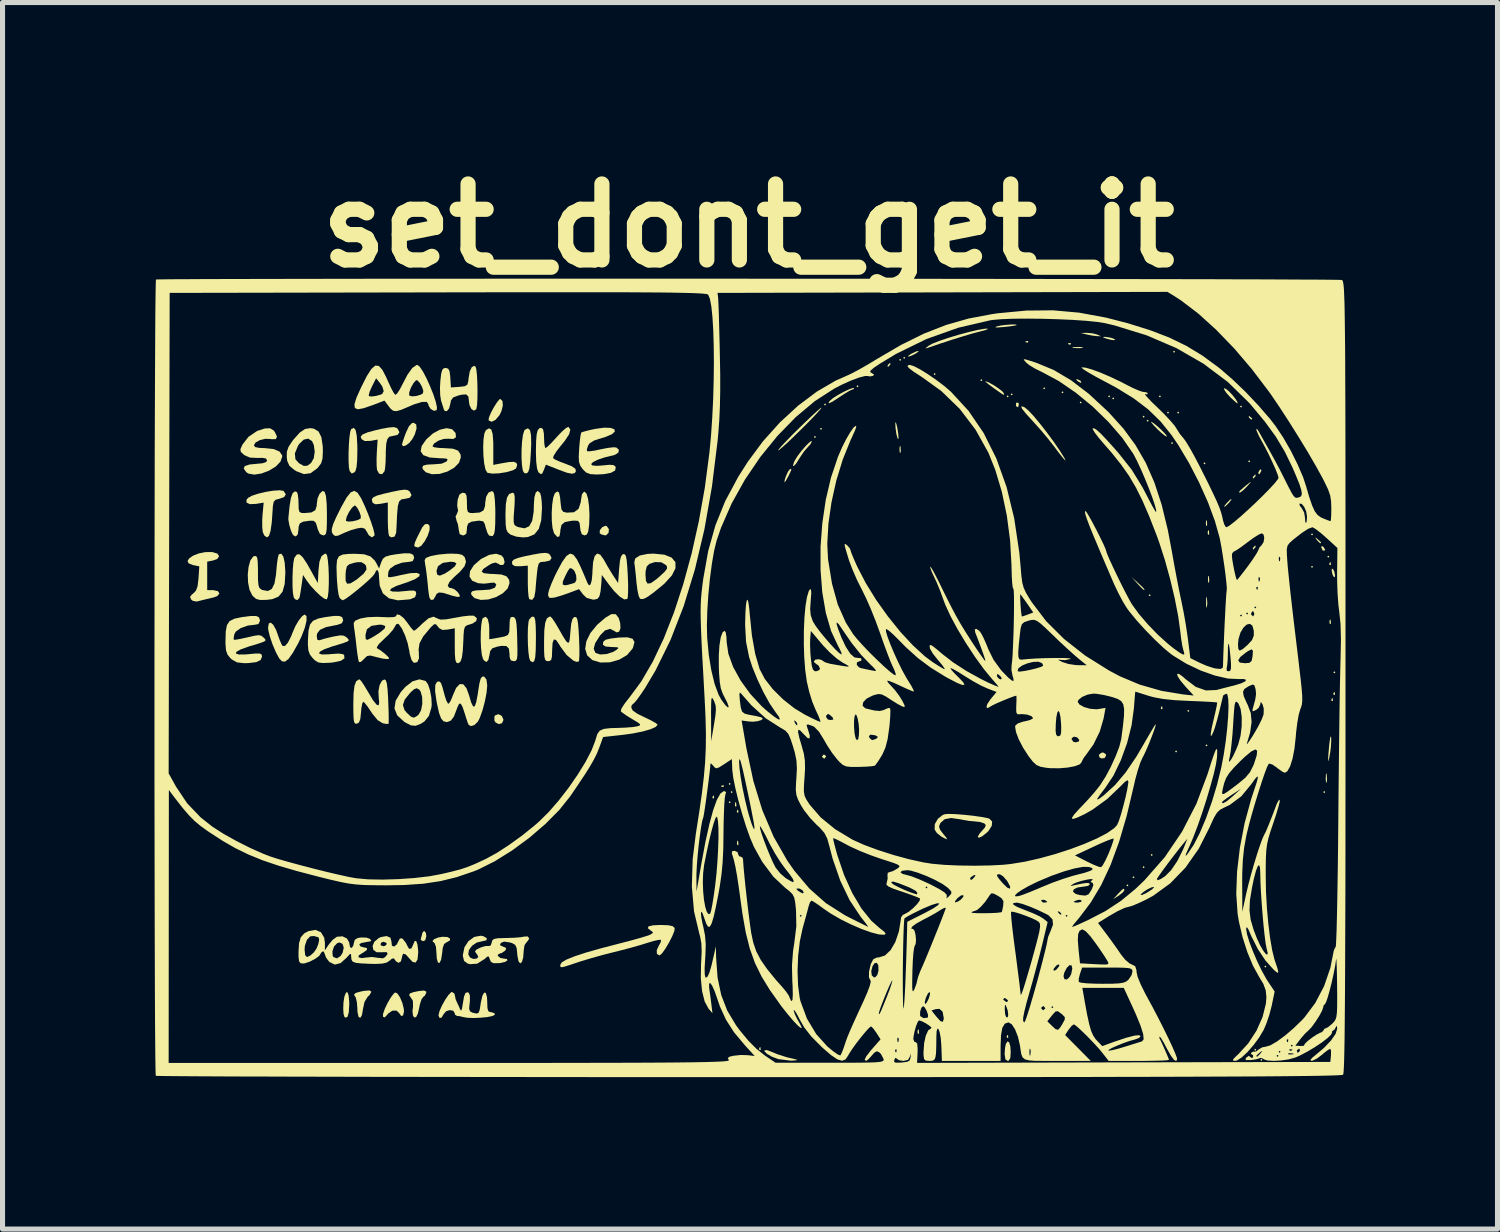
<source format=kicad_pcb>
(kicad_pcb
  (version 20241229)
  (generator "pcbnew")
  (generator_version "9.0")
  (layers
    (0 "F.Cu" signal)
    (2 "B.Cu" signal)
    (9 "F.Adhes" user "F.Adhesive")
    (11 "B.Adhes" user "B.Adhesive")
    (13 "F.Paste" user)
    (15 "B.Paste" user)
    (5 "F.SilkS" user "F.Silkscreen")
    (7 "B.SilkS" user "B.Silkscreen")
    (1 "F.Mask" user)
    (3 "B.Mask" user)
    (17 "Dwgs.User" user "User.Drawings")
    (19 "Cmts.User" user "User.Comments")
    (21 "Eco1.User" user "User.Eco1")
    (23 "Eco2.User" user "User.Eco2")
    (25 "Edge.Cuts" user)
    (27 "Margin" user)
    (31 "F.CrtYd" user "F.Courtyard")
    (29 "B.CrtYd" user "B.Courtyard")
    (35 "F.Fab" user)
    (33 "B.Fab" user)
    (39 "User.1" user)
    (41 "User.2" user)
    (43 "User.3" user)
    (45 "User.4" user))
  (footprint "set_dont_get_it"
    (layer "F.Cu")
    (at 11.778 10.345)
    (property "Reference" "set_dont_get_it" (at -0.051 -8.941 0) (layer "F.SilkS") (effects (font (size 1.5 1.5) (thickness 0.3))))
    (attr board_only exclude_from_pos_files exclude_from_bom)
    (fp_poly (pts (xy -0.401 2.083) (xy -0.421 2.103) (xy -0.441 2.083) (xy -0.421 2.063)) (stroke (width 0) (type solid)) (fill yes) (layer "F.SilkS"))
    (fp_poly (pts (xy -0.401 2.444) (xy -0.421 2.464) (xy -0.441 2.444) (xy -0.421 2.424)) (stroke (width 0) (type solid)) (fill yes) (layer "F.SilkS"))
    (fp_poly (pts (xy -0.361 2.244) (xy -0.381 2.264) (xy -0.401 2.244) (xy -0.381 2.224)) (stroke (width 0) (type solid)) (fill yes) (layer "F.SilkS"))
    (fp_poly (pts (xy 1.282 -4.768) (xy 1.262 -4.747) (xy 1.242 -4.768) (xy 1.262 -4.788)) (stroke (width 0) (type solid)) (fill yes) (layer "F.SilkS"))
    (fp_poly (pts (xy 1.402 -4.928) (xy 1.382 -4.908) (xy 1.362 -4.928) (xy 1.382 -4.948)) (stroke (width 0) (type solid)) (fill yes) (layer "F.SilkS"))
    (fp_poly (pts (xy 1.482 -5.409) (xy 1.462 -5.388) (xy 1.442 -5.409) (xy 1.462 -5.429)) (stroke (width 0) (type solid)) (fill yes) (layer "F.SilkS"))
    (fp_poly (pts (xy 2.123 -5.769) (xy 2.103 -5.749) (xy 2.083 -5.769) (xy 2.103 -5.789)) (stroke (width 0) (type solid)) (fill yes) (layer "F.SilkS"))
    (fp_poly (pts (xy 2.965 -6.29) (xy 2.945 -6.27) (xy 2.925 -6.29) (xy 2.945 -6.31)) (stroke (width 0) (type solid)) (fill yes) (layer "F.SilkS"))
    (fp_poly (pts (xy 3.045 -6.33) (xy 3.025 -6.31) (xy 3.005 -6.33) (xy 3.025 -6.35)) (stroke (width 0) (type solid)) (fill yes) (layer "F.SilkS"))
    (fp_poly (pts (xy 3.646 -6.009) (xy 3.626 -5.989) (xy 3.606 -6.009) (xy 3.626 -6.029)) (stroke (width 0) (type solid)) (fill yes) (layer "F.SilkS"))
    (fp_poly (pts (xy 4.567 -5.889) (xy 4.547 -5.869) (xy 4.527 -5.889) (xy 4.547 -5.909)) (stroke (width 0) (type solid)) (fill yes) (layer "F.SilkS"))
    (fp_poly (pts (xy 5.088 -5.569) (xy 5.068 -5.549) (xy 5.048 -5.569) (xy 5.068 -5.589)) (stroke (width 0) (type solid)) (fill yes) (layer "F.SilkS"))
    (fp_poly (pts (xy 5.168 -5.609) (xy 5.148 -5.589) (xy 5.128 -5.609) (xy 5.148 -5.629)) (stroke (width 0) (type solid)) (fill yes) (layer "F.SilkS"))
    (fp_poly (pts (xy 5.809 -5.729) (xy 5.789 -5.709) (xy 5.769 -5.729) (xy 5.789 -5.749)) (stroke (width 0) (type solid)) (fill yes) (layer "F.SilkS"))
    (fp_poly (pts (xy 6.17 -5.649) (xy 6.15 -5.629) (xy 6.13 -5.649) (xy 6.15 -5.669)) (stroke (width 0) (type solid)) (fill yes) (layer "F.SilkS"))
    (fp_poly (pts (xy 6.53 -5.449) (xy 6.51 -5.429) (xy 6.49 -5.449) (xy 6.51 -5.469)) (stroke (width 0) (type solid)) (fill yes) (layer "F.SilkS"))
    (fp_poly (pts (xy 7.091 -5.569) (xy 7.071 -5.549) (xy 7.051 -5.569) (xy 7.071 -5.589)) (stroke (width 0) (type solid)) (fill yes) (layer "F.SilkS"))
    (fp_poly (pts (xy 7.171 -5.529) (xy 7.151 -5.509) (xy 7.131 -5.529) (xy 7.151 -5.549)) (stroke (width 0) (type solid)) (fill yes) (layer "F.SilkS"))
    (fp_poly (pts (xy 7.452 4.086) (xy 7.432 4.106) (xy 7.412 4.086) (xy 7.432 4.066)) (stroke (width 0) (type solid)) (fill yes) (layer "F.SilkS"))
    (fp_poly (pts (xy 7.572 3.926) (xy 7.552 3.946) (xy 7.532 3.926) (xy 7.552 3.906)) (stroke (width 0) (type solid)) (fill yes) (layer "F.SilkS"))
    (fp_poly (pts (xy 7.772 -5.168) (xy 7.752 -5.148) (xy 7.732 -5.168) (xy 7.752 -5.188)) (stroke (width 0) (type solid)) (fill yes) (layer "F.SilkS"))
    (fp_poly (pts (xy 7.772 3.726) (xy 7.752 3.746) (xy 7.732 3.726) (xy 7.752 3.706)) (stroke (width 0) (type solid)) (fill yes) (layer "F.SilkS"))
    (fp_poly (pts (xy 7.852 -5.088) (xy 7.832 -5.068) (xy 7.812 -5.088) (xy 7.832 -5.108)) (stroke (width 0) (type solid)) (fill yes) (layer "F.SilkS"))
    (fp_poly (pts (xy 7.892 -1.643) (xy 7.872 -1.623) (xy 7.852 -1.643) (xy 7.872 -1.663)) (stroke (width 0) (type solid)) (fill yes) (layer "F.SilkS"))
    (fp_poly (pts (xy 7.932 3.485) (xy 7.912 3.506) (xy 7.892 3.485) (xy 7.912 3.465)) (stroke (width 0) (type solid)) (fill yes) (layer "F.SilkS"))
    (fp_poly (pts (xy 8.093 -5.569) (xy 8.073 -5.549) (xy 8.053 -5.569) (xy 8.073 -5.589)) (stroke (width 0) (type solid)) (fill yes) (layer "F.SilkS"))
    (fp_poly (pts (xy 8.253 -5.248) (xy 8.233 -5.228) (xy 8.213 -5.248) (xy 8.233 -5.268)) (stroke (width 0) (type solid)) (fill yes) (layer "F.SilkS"))
    (fp_poly (pts (xy 8.333 -4.647) (xy 8.313 -4.627) (xy 8.293 -4.647) (xy 8.313 -4.667)) (stroke (width 0) (type solid)) (fill yes) (layer "F.SilkS"))
    (fp_poly (pts (xy 8.373 -6.45) (xy 8.353 -6.43) (xy 8.333 -6.45) (xy 8.353 -6.47)) (stroke (width 0) (type solid)) (fill yes) (layer "F.SilkS"))
    (fp_poly (pts (xy 8.413 1.442) (xy 8.393 1.462) (xy 8.373 1.442) (xy 8.393 1.422)) (stroke (width 0) (type solid)) (fill yes) (layer "F.SilkS"))
    (fp_poly (pts (xy 8.453 -5.248) (xy 8.433 -5.228) (xy 8.413 -5.248) (xy 8.433 -5.268)) (stroke (width 0) (type solid)) (fill yes) (layer "F.SilkS"))
    (fp_poly (pts (xy 8.654 0.641) (xy 8.634 0.661) (xy 8.614 0.641) (xy 8.634 0.621)) (stroke (width 0) (type solid)) (fill yes) (layer "F.SilkS"))
    (fp_poly (pts (xy 8.974 -4.247) (xy 8.954 -4.227) (xy 8.934 -4.247) (xy 8.954 -4.267)) (stroke (width 0) (type solid)) (fill yes) (layer "F.SilkS"))
    (fp_poly (pts (xy 9.014 1.322) (xy 8.994 1.342) (xy 8.974 1.322) (xy 8.994 1.302)) (stroke (width 0) (type solid)) (fill yes) (layer "F.SilkS"))
    (fp_poly (pts (xy 9.695 -5.368) (xy 9.675 -5.348) (xy 9.655 -5.368) (xy 9.675 -5.388)) (stroke (width 0) (type solid)) (fill yes) (layer "F.SilkS"))
    (fp_poly (pts (xy 9.856 -4.287) (xy 9.835 -4.267) (xy 9.815 -4.287) (xy 9.835 -4.307)) (stroke (width 0) (type solid)) (fill yes) (layer "F.SilkS"))
    (fp_poly (pts (xy 9.976 7.332) (xy 9.956 7.352) (xy 9.936 7.332) (xy 9.956 7.312)) (stroke (width 0) (type solid)) (fill yes) (layer "F.SilkS"))
    (fp_poly (pts (xy 10.096 7.532) (xy 10.076 7.552) (xy 10.056 7.532) (xy 10.076 7.512)) (stroke (width 0) (type solid)) (fill yes) (layer "F.SilkS"))
    (fp_poly (pts (xy 10.176 5.689) (xy 10.156 5.709) (xy 10.136 5.689) (xy 10.156 5.669)) (stroke (width 0) (type solid)) (fill yes) (layer "F.SilkS"))
    (fp_poly (pts (xy 11.097 -2.844) (xy 11.077 -2.824) (xy 11.057 -2.844) (xy 11.077 -2.865)) (stroke (width 0) (type solid)) (fill yes) (layer "F.SilkS"))
    (fp_poly (pts (xy 11.097 -2.203) (xy 11.077 -2.183) (xy 11.057 -2.203) (xy 11.077 -2.224)) (stroke (width 0) (type solid)) (fill yes) (layer "F.SilkS"))
    (fp_poly (pts (xy 11.338 2.244) (xy 11.318 2.264) (xy 11.298 2.244) (xy 11.318 2.224)) (stroke (width 0) (type solid)) (fill yes) (layer "F.SilkS"))
    (fp_poly (pts (xy 11.418 -2.404) (xy 11.398 -2.384) (xy 11.378 -2.404) (xy 11.398 -2.424)) (stroke (width 0) (type solid)) (fill yes) (layer "F.SilkS"))
    (fp_poly (pts (xy 11.538 -0.12) (xy 11.518 -0.1) (xy 11.498 -0.12) (xy 11.518 -0.14)) (stroke (width 0) (type solid)) (fill yes) (layer "F.SilkS"))
    (fp_poly (pts (xy -0.734 2.317) (xy -0.73 2.365) (xy -0.734 2.37) (xy -0.758 2.365) (xy -0.761 2.344) (xy -0.747 2.311)) (stroke (width 0) (type solid)) (fill yes) (layer "F.SilkS"))
    (fp_poly (pts (xy -0.534 2.117) (xy -0.54 2.14) (xy -0.561 2.143) (xy -0.594 2.129) (xy -0.588 2.117) (xy -0.54 2.112)) (stroke (width 0) (type solid)) (fill yes) (layer "F.SilkS"))
    (fp_poly (pts (xy -0.293 2.456) (xy -0.288 2.519) (xy -0.296 2.533) (xy -0.315 2.521) (xy -0.317 2.481) (xy -0.308 2.438)) (stroke (width 0) (type solid)) (fill yes) (layer "F.SilkS"))
    (fp_poly (pts (xy -0.254 2.597) (xy -0.249 2.645) (xy -0.254 2.651) (xy -0.278 2.645) (xy -0.28 2.624) (xy -0.266 2.591)) (stroke (width 0) (type solid)) (fill yes) (layer "F.SilkS"))
    (fp_poly (pts (xy -0.253 3.218) (xy -0.248 3.28) (xy -0.256 3.294) (xy -0.274 3.282) (xy -0.277 3.242) (xy -0.267 3.199)) (stroke (width 0) (type solid)) (fill yes) (layer "F.SilkS"))
    (fp_poly (pts (xy 0.187 7.285) (xy 0.192 7.332) (xy 0.187 7.338) (xy 0.163 7.333) (xy 0.16 7.312) (xy 0.175 7.279)) (stroke (width 0) (type solid)) (fill yes) (layer "F.SilkS"))
    (fp_poly (pts (xy 3.313 6.943) (xy 3.317 7.006) (xy 3.309 7.02) (xy 3.291 7.008) (xy 3.288 6.968) (xy 3.298 6.925)) (stroke (width 0) (type solid)) (fill yes) (layer "F.SilkS"))
    (fp_poly (pts (xy 5.075 7.044) (xy 5.079 7.092) (xy 5.075 7.098) (xy 5.051 7.092) (xy 5.048 7.071) (xy 5.063 7.038)) (stroke (width 0) (type solid)) (fill yes) (layer "F.SilkS"))
    (fp_poly (pts (xy 5.475 -6.657) (xy 5.47 -6.633) (xy 5.449 -6.63) (xy 5.416 -6.645) (xy 5.422 -6.657) (xy 5.469 -6.662)) (stroke (width 0) (type solid)) (fill yes) (layer "F.SilkS"))
    (fp_poly (pts (xy 6.317 -6.617) (xy 6.311 -6.593) (xy 6.29 -6.59) (xy 6.257 -6.605) (xy 6.263 -6.617) (xy 6.311 -6.622)) (stroke (width 0) (type solid)) (fill yes) (layer "F.SilkS"))
    (fp_poly (pts (xy 8.119 0.554) (xy 8.124 0.602) (xy 8.119 0.608) (xy 8.096 0.602) (xy 8.093 0.581) (xy 8.107 0.548)) (stroke (width 0) (type solid)) (fill yes) (layer "F.SilkS"))
    (fp_poly (pts (xy 9.001 -3.115) (xy 9.006 -3.033) (xy 9.001 -3.015) (xy 8.986 -3.01) (xy 8.98 -3.065) (xy 8.987 -3.122)) (stroke (width 0) (type solid)) (fill yes) (layer "F.SilkS"))
    (fp_poly (pts (xy 9.042 -2.912) (xy 9.046 -2.849) (xy 9.038 -2.835) (xy 9.02 -2.847) (xy 9.017 -2.888) (xy 9.027 -2.931)) (stroke (width 0) (type solid)) (fill yes) (layer "F.SilkS"))
    (fp_poly (pts (xy 11.445 -2.29) (xy 11.449 -2.243) (xy 11.445 -2.237) (xy 11.421 -2.242) (xy 11.418 -2.264) (xy 11.433 -2.297)) (stroke (width 0) (type solid)) (fill yes) (layer "F.SilkS"))
    (fp_poly (pts (xy 11.445 -1.149) (xy 11.45 -1.087) (xy 11.442 -1.073) (xy 11.424 -1.084) (xy 11.421 -1.125) (xy 11.431 -1.168)) (stroke (width 0) (type solid)) (fill yes) (layer "F.SilkS"))
    (fp_poly (pts (xy 11.485 0.394) (xy 11.49 0.441) (xy 11.485 0.447) (xy 11.461 0.442) (xy 11.458 0.421) (xy 11.473 0.388)) (stroke (width 0) (type solid)) (fill yes) (layer "F.SilkS"))
    (fp_poly (pts (xy 11.525 0.274) (xy 11.53 0.321) (xy 11.525 0.327) (xy 11.501 0.322) (xy 11.498 0.3) (xy 11.513 0.267)) (stroke (width 0) (type solid)) (fill yes) (layer "F.SilkS"))
    (fp_poly (pts (xy 5.282 -5.439) (xy 5.288 -5.411) (xy 5.275 -5.353) (xy 5.24 -5.37) (xy 5.23 -5.386) (xy 5.235 -5.437) (xy 5.248 -5.448)) (stroke (width 0) (type solid)) (fill yes) (layer "F.SilkS"))
    (fp_poly (pts (xy 6.502 -5.88) (xy 6.51 -5.869) (xy 6.524 -5.833) (xy 6.486 -5.847) (xy 6.45 -5.869) (xy 6.419 -5.901) (xy 6.438 -5.909)) (stroke (width 0) (type solid)) (fill yes) (layer "F.SilkS"))
    (fp_poly (pts (xy 9.849 -5.172) (xy 9.892 -5.135) (xy 9.896 -5.126) (xy 9.877 -5.109) (xy 9.837 -5.146) (xy 9.832 -5.154) (xy 9.827 -5.182)) (stroke (width 0) (type solid)) (fill yes) (layer "F.SilkS"))
    (fp_poly (pts (xy 10.078 -4.12) (xy 10.071 -4.089) (xy 10.039 -4.032) (xy 10.018 -4.042) (xy 10.016 -4.064) (xy 10.045 -4.118) (xy 10.055 -4.126)) (stroke (width 0) (type solid)) (fill yes) (layer "F.SilkS"))
    (fp_poly (pts (xy 1.481 1.533) (xy 1.482 1.542) (xy 1.452 1.581) (xy 1.442 1.582) (xy 1.403 1.552) (xy 1.402 1.542) (xy 1.433 1.504) (xy 1.442 1.502)) (stroke (width 0) (type solid)) (fill yes) (layer "F.SilkS"))
    (fp_poly (pts (xy 2.752 -6.204) (xy 2.744 -6.19) (xy 2.707 -6.151) (xy 2.7 -6.15) (xy 2.697 -6.176) (xy 2.704 -6.19) (xy 2.742 -6.228) (xy 2.749 -6.23)) (stroke (width 0) (type solid)) (fill yes) (layer "F.SilkS"))
    (fp_poly (pts (xy 2.95 -4.583) (xy 2.952 -4.576) (xy 2.958 -4.489) (xy 2.951 -4.456) (xy 2.938 -4.455) (xy 2.932 -4.518) (xy 2.932 -4.527) (xy 2.938 -4.589)) (stroke (width 0) (type solid)) (fill yes) (layer "F.SilkS"))
    (fp_poly (pts (xy 6.54 -6.539) (xy 6.559 -6.529) (xy 6.509 -6.522) (xy 6.45 -6.521) (xy 6.364 -6.524) (xy 6.34 -6.532) (xy 6.36 -6.539) (xy 6.477 -6.545)) (stroke (width 0) (type solid)) (fill yes) (layer "F.SilkS"))
    (fp_poly (pts (xy 6.747 -6.813) (xy 6.831 -6.791) (xy 6.911 -6.756) (xy 6.831 -6.758) (xy 6.733 -6.77) (xy 6.63 -6.791) (xy 6.51 -6.821) (xy 6.63 -6.823)) (stroke (width 0) (type solid)) (fill yes) (layer "F.SilkS"))
    (fp_poly (pts (xy 7.004 1.494) (xy 7.011 1.522) (xy 6.981 1.573) (xy 6.918 1.58) (xy 6.879 1.557) (xy 6.869 1.508) (xy 6.915 1.469) (xy 6.953 1.462)) (stroke (width 0) (type solid)) (fill yes) (layer "F.SilkS"))
    (fp_poly (pts (xy 9.002 -1.593) (xy 9.009 -1.476) (xy 9.002 -1.412) (xy 8.992 -1.393) (xy 8.986 -1.444) (xy 8.985 -1.502) (xy 8.988 -1.589) (xy 8.996 -1.613)) (stroke (width 0) (type solid)) (fill yes) (layer "F.SilkS"))
    (fp_poly (pts (xy 9.04 -2.019) (xy 9.042 -2.012) (xy 9.048 -1.925) (xy 9.04 -1.892) (xy 9.027 -1.891) (xy 9.022 -1.954) (xy 9.022 -1.963) (xy 9.028 -2.025)) (stroke (width 0) (type solid)) (fill yes) (layer "F.SilkS"))
    (fp_poly (pts (xy 9.479 -3.521) (xy 9.435 -3.465) (xy 9.375 -3.406) (xy 9.342 -3.385) (xy 9.35 -3.41) (xy 9.395 -3.465) (xy 9.455 -3.525) (xy 9.487 -3.546)) (stroke (width 0) (type solid)) (fill yes) (layer "F.SilkS"))
    (fp_poly (pts (xy 9.963 -4) (xy 9.956 -3.986) (xy 9.918 -3.948) (xy 9.911 -3.946) (xy 9.908 -3.972) (xy 9.916 -3.986) (xy 9.953 -4.025) (xy 9.96 -4.026)) (stroke (width 0) (type solid)) (fill yes) (layer "F.SilkS"))
    (fp_poly (pts (xy 9.963 -2.598) (xy 9.956 -2.584) (xy 9.918 -2.546) (xy 9.911 -2.544) (xy 9.908 -2.57) (xy 9.916 -2.584) (xy 9.953 -2.622) (xy 9.96 -2.624)) (stroke (width 0) (type solid)) (fill yes) (layer "F.SilkS"))
    (fp_poly (pts (xy 11.159 -2.772) (xy 11.188 -2.749) (xy 11.243 -2.7) (xy 11.258 -2.679) (xy 11.238 -2.667) (xy 11.185 -2.719) (xy 11.172 -2.734) (xy 11.138 -2.782)) (stroke (width 0) (type solid)) (fill yes) (layer "F.SilkS"))
    (fp_poly (pts (xy 11.305 -2.593) (xy 11.336 -2.542) (xy 11.332 -2.525) (xy 11.29 -2.526) (xy 11.284 -2.531) (xy 11.258 -2.592) (xy 11.258 -2.599) (xy 11.278 -2.614)) (stroke (width 0) (type solid)) (fill yes) (layer "F.SilkS"))
    (fp_poly (pts (xy 11.366 1.893) (xy 11.373 1.998) (xy 11.365 2.054) (xy 11.355 2.063) (xy 11.348 2.006) (xy 11.348 1.963) (xy 11.352 1.886) (xy 11.361 1.874)) (stroke (width 0) (type solid)) (fill yes) (layer "F.SilkS"))
    (fp_poly (pts (xy 11.496 -2.153) (xy 11.518 -2.103) (xy 11.532 -2.028) (xy 11.525 -1.997) (xy 11.5 -2.013) (xy 11.478 -2.063) (xy 11.464 -2.139) (xy 11.471 -2.169)) (stroke (width 0) (type solid)) (fill yes) (layer "F.SilkS"))
    (fp_poly (pts (xy 7.096 -6.729) (xy 7.151 -6.711) (xy 7.192 -6.686) (xy 7.17 -6.678) (xy 7.104 -6.686) (xy 7.011 -6.711) (xy 6.95 -6.734) (xy 6.963 -6.743) (xy 6.991 -6.744)) (stroke (width 0) (type solid)) (fill yes) (layer "F.SilkS"))
    (fp_poly (pts (xy 7.371 4.173) (xy 7.372 4.182) (xy 7.341 4.226) (xy 7.267 4.284) (xy 7.261 4.288) (xy 7.151 4.358) (xy 7.248 4.252) (xy 7.324 4.174) (xy 7.36 4.15)) (stroke (width 0) (type solid)) (fill yes) (layer "F.SilkS"))
    (fp_poly (pts (xy 7.642 -1.885) (xy 7.733 -1.8) (xy 7.77 -1.756) (xy 7.76 -1.743) (xy 7.76 -1.743) (xy 7.728 -1.77) (xy 7.662 -1.837) (xy 7.629 -1.873) (xy 7.512 -2.003)) (stroke (width 0) (type solid)) (fill yes) (layer "F.SilkS"))
    (fp_poly (pts (xy -6.42 5.022) (xy -6.41 5.088) (xy -6.432 5.17) (xy -6.474 5.188) (xy -6.52 5.164) (xy -6.515 5.125) (xy -6.493 5.048) (xy -6.49 5.025) (xy -6.46 4.989) (xy -6.45 4.988)) (stroke (width 0) (type solid)) (fill yes) (layer "F.SilkS"))
    (fp_poly (pts (xy -4.92 0.74) (xy -4.888 0.814) (xy -4.888 0.82) (xy -4.916 0.884) (xy -4.979 0.902) (xy -5.042 0.871) (xy -5.065 0.835) (xy -5.068 0.758) (xy -5.052 0.729) (xy -4.985 0.706)) (stroke (width 0) (type solid)) (fill yes) (layer "F.SilkS"))
    (fp_poly (pts (xy -2.848 -3.007) (xy -2.806 -2.947) (xy -2.812 -2.875) (xy -2.859 -2.828) (xy -2.882 -2.824) (xy -2.96 -2.845) (xy -2.987 -2.868) (xy -2.985 -2.927) (xy -2.938 -2.985) (xy -2.876 -3.014)) (stroke (width 0) (type solid)) (fill yes) (layer "F.SilkS"))
    (fp_poly (pts (xy 3.305 -6.451) (xy 3.248 -6.412) (xy 3.245 -6.41) (xy 3.159 -6.368) (xy 3.105 -6.353) (xy 3.105 -6.369) (xy 3.162 -6.408) (xy 3.165 -6.41) (xy 3.251 -6.452) (xy 3.305 -6.467)) (stroke (width 0) (type solid)) (fill yes) (layer "F.SilkS"))
    (fp_poly (pts (xy 0.793 -4.11) (xy 0.754 -4.024) (xy 0.738 -3.992) (xy 0.685 -3.897) (xy 0.66 -3.871) (xy 0.665 -3.917) (xy 0.687 -3.986) (xy 0.727 -4.077) (xy 0.765 -4.129) (xy 0.765 -4.129) (xy 0.795 -4.14)) (stroke (width 0) (type solid)) (fill yes) (layer "F.SilkS"))
    (fp_poly (pts (xy 9.865 -3.872) (xy 9.809 -3.808) (xy 9.798 -3.795) (xy 9.719 -3.716) (xy 9.658 -3.67) (xy 9.645 -3.666) (xy 9.639 -3.687) (xy 9.664 -3.716) (xy 9.734 -3.777) (xy 9.817 -3.845) (xy 9.867 -3.883)) (stroke (width 0) (type solid)) (fill yes) (layer "F.SilkS"))
    (fp_poly (pts (xy 2.875 -5.008) (xy 2.889 -4.948) (xy 2.907 -4.831) (xy 2.913 -4.747) (xy 2.911 -4.728) (xy 2.896 -4.735) (xy 2.876 -4.803) (xy 2.871 -4.823) (xy 2.854 -4.943) (xy 2.849 -5.043) (xy 2.849 -5.043) (xy 2.858 -5.059)) (stroke (width 0) (type solid)) (fill yes) (layer "F.SilkS"))
    (fp_poly (pts (xy 5.247 -6.98) (xy 5.245 -6.976) (xy 5.199 -6.964) (xy 5.098 -6.95) (xy 4.988 -6.938) (xy 4.866 -6.929) (xy 4.82 -6.933) (xy 4.848 -6.949) (xy 4.925 -6.967) (xy 5.029 -6.98) (xy 5.134 -6.988) (xy 5.215 -6.989)) (stroke (width 0) (type solid)) (fill yes) (layer "F.SilkS"))
    (fp_poly (pts (xy 7.944 -5.044) (xy 8.018 -4.984) (xy 8.1 -4.909) (xy 8.172 -4.836) (xy 8.211 -4.785) (xy 8.213 -4.774) (xy 8.176 -4.789) (xy 8.102 -4.848) (xy 8.034 -4.911) (xy 7.952 -4.996) (xy 7.904 -5.053) (xy 7.899 -5.068)) (stroke (width 0) (type solid)) (fill yes) (layer "F.SilkS"))
    (fp_poly (pts (xy 9.381 -5.714) (xy 9.439 -5.666) (xy 9.511 -5.589) (xy 9.572 -5.51) (xy 9.607 -5.449) (xy 9.604 -5.429) (xy 9.57 -5.454) (xy 9.5 -5.518) (xy 9.462 -5.553) (xy 9.384 -5.64) (xy 9.343 -5.703) (xy 9.341 -5.732)) (stroke (width 0) (type solid)) (fill yes) (layer "F.SilkS"))
    (fp_poly (pts (xy 0.393 7.367) (xy 0.529 7.423) (xy 0.712 7.481) (xy 0.901 7.526) (xy 0.912 7.536) (xy 0.856 7.544) (xy 0.781 7.547) (xy 0.537 7.516) (xy 0.411 7.468) (xy 0.316 7.412) (xy 0.266 7.364) (xy 0.263 7.347) (xy 0.311 7.337)) (stroke (width 0) (type solid)) (fill yes) (layer "F.SilkS"))
    (fp_poly (pts (xy 4.687 -5.848) (xy 4.782 -5.796) (xy 4.882 -5.73) (xy 4.96 -5.67) (xy 4.986 -5.639) (xy 4.998 -5.607) (xy 4.992 -5.598) (xy 4.956 -5.617) (xy 4.877 -5.672) (xy 4.793 -5.731) (xy 4.695 -5.804) (xy 4.635 -5.854) (xy 4.625 -5.869)) (stroke (width 0) (type solid)) (fill yes) (layer "F.SilkS"))
    (fp_poly (pts (xy 5.098 7.187) (xy 5.121 7.266) (xy 5.128 7.374) (xy 5.12 7.492) (xy 5.093 7.545) (xy 5.068 7.552) (xy 5.023 7.521) (xy 5.008 7.422) (xy 5.008 7.415) (xy 5.015 7.302) (xy 5.031 7.217) (xy 5.032 7.215) (xy 5.066 7.166)) (stroke (width 0) (type solid)) (fill yes) (layer "F.SilkS"))
    (fp_poly (pts (xy 11.455 1.162) (xy 11.456 1.236) (xy 11.45 1.344) (xy 11.436 1.464) (xy 11.418 1.562) (xy 11.402 1.628) (xy 11.395 1.625) (xy 11.397 1.55) (xy 11.405 1.442) (xy 11.418 1.301) (xy 11.432 1.195) (xy 11.442 1.146) (xy 11.443 1.145)) (stroke (width 0) (type solid)) (fill yes) (layer "F.SilkS"))
    (fp_poly (pts (xy -7.945 6.258) (xy -7.933 6.381) (xy -7.932 6.428) (xy -7.941 6.589) (xy -7.966 6.681) (xy -8.007 6.698) (xy -8.027 6.683) (xy -8.045 6.625) (xy -8.051 6.518) (xy -8.046 6.395) (xy -8.029 6.286) (xy -8.027 6.28) (xy -7.996 6.201) (xy -7.967 6.196)) (stroke (width 0) (type solid)) (fill yes) (layer "F.SilkS"))
    (fp_poly (pts (xy -6.611 -5.018) (xy -6.603 -4.936) (xy -6.639 -4.816) (xy -6.684 -4.73) (xy -6.744 -4.653) (xy -6.813 -4.6) (xy -6.869 -4.585) (xy -6.891 -4.614) (xy -6.878 -4.668) (xy -6.844 -4.769) (xy -6.815 -4.848) (xy -6.753 -4.98) (xy -6.694 -5.041) (xy -6.665 -5.048)) (stroke (width 0) (type solid)) (fill yes) (layer "F.SilkS"))
    (fp_poly (pts (xy -4.907 -5.476) (xy -4.9 -5.387) (xy -4.928 -5.276) (xy -4.966 -5.198) (xy -5.044 -5.105) (xy -5.12 -5.067) (xy -5.177 -5.092) (xy -5.181 -5.098) (xy -5.175 -5.15) (xy -5.137 -5.241) (xy -5.081 -5.347) (xy -5.021 -5.443) (xy -4.97 -5.507) (xy -4.948 -5.518)) (stroke (width 0) (type solid)) (fill yes) (layer "F.SilkS"))
    (fp_poly (pts (xy 2.033 -5.733) (xy 2.027 -5.71) (xy 2.014 -5.709) (xy 1.961 -5.688) (xy 1.865 -5.632) (xy 1.768 -5.569) (xy 1.628 -5.477) (xy 1.548 -5.434) (xy 1.53 -5.442) (xy 1.557 -5.482) (xy 1.617 -5.533) (xy 1.716 -5.596) (xy 1.829 -5.658) (xy 1.935 -5.708) (xy 2.011 -5.734)) (stroke (width 0) (type solid)) (fill yes) (layer "F.SilkS"))
    (fp_poly (pts (xy 1.202 -4.681) (xy 1.175 -4.626) (xy 1.12 -4.565) (xy 1.047 -4.482) (xy 0.97 -4.368) (xy 0.952 -4.339) (xy 0.89 -4.241) (xy 0.845 -4.193) (xy 0.828 -4.199) (xy 0.846 -4.262) (xy 0.865 -4.303) (xy 0.916 -4.386) (xy 0.988 -4.482) (xy 1.067 -4.575) (xy 1.138 -4.648) (xy 1.188 -4.687)) (stroke (width 0) (type solid)) (fill yes) (layer "F.SilkS"))
    (fp_poly (pts (xy -6.346 -3.009) (xy -6.347 -2.928) (xy -6.383 -2.818) (xy -6.443 -2.707) (xy -6.51 -2.62) (xy -6.572 -2.584) (xy -6.574 -2.584) (xy -6.637 -2.603) (xy -6.65 -2.628) (xy -6.633 -2.691) (xy -6.591 -2.786) (xy -6.585 -2.798) (xy -6.532 -2.901) (xy -6.494 -2.978) (xy -6.492 -2.982) (xy -6.437 -3.046) (xy -6.378 -3.049)) (stroke (width 0) (type solid)) (fill yes) (layer "F.SilkS"))
    (fp_poly (pts (xy -7.495 6.186) (xy -7.529 6.248) (xy -7.57 6.288) (xy -7.631 6.387) (xy -7.66 6.521) (xy -7.682 6.649) (xy -7.715 6.703) (xy -7.749 6.681) (xy -7.77 6.585) (xy -7.772 6.522) (xy -7.781 6.398) (xy -7.802 6.306) (xy -7.816 6.282) (xy -7.838 6.242) (xy -7.805 6.21) (xy -7.705 6.182) (xy -7.642 6.169) (xy -7.532 6.16)) (stroke (width 0) (type solid)) (fill yes) (layer "F.SilkS"))
    (fp_poly (pts (xy -4.365 -4.904) (xy -4.343 -4.804) (xy -4.339 -4.632) (xy -4.346 -4.469) (xy -4.359 -4.272) (xy -4.376 -4.144) (xy -4.4 -4.073) (xy -4.434 -4.048) (xy -4.477 -4.055) (xy -4.505 -4.103) (xy -4.522 -4.21) (xy -4.531 -4.354) (xy -4.53 -4.516) (xy -4.521 -4.673) (xy -4.503 -4.806) (xy -4.477 -4.893) (xy -4.464 -4.91) (xy -4.405 -4.938)) (stroke (width 0) (type solid)) (fill yes) (layer "F.SilkS"))
    (fp_poly (pts (xy -7.807 -4.905) (xy -7.784 -4.792) (xy -7.773 -4.603) (xy -7.772 -4.51) (xy -7.776 -4.308) (xy -7.788 -4.175) (xy -7.809 -4.096) (xy -7.83 -4.069) (xy -7.883 -4.045) (xy -7.924 -4.094) (xy -7.924 -4.094) (xy -7.939 -4.166) (xy -7.946 -4.291) (xy -7.946 -4.446) (xy -7.94 -4.609) (xy -7.929 -4.758) (xy -7.913 -4.87) (xy -7.895 -4.922) (xy -7.843 -4.948)) (stroke (width 0) (type solid)) (fill yes) (layer "F.SilkS"))
    (fp_poly (pts (xy -5.994 5.106) (xy -5.942 5.136) (xy -5.946 5.175) (xy -6.005 5.207) (xy -6.059 5.243) (xy -6.087 5.324) (xy -6.097 5.417) (xy -6.118 5.552) (xy -6.149 5.617) (xy -6.181 5.61) (xy -6.204 5.531) (xy -6.21 5.435) (xy -6.22 5.301) (xy -6.247 5.226) (xy -6.26 5.217) (xy -6.29 5.186) (xy -6.257 5.149) (xy -6.177 5.116) (xy -6.093 5.101)) (stroke (width 0) (type solid)) (fill yes) (layer "F.SilkS"))
    (fp_poly (pts (xy -6.979 6.223) (xy -6.929 6.3) (xy -6.884 6.407) (xy -6.856 6.519) (xy -6.851 6.575) (xy -6.868 6.653) (xy -6.906 6.666) (xy -6.945 6.61) (xy -6.999 6.558) (xy -7.081 6.56) (xy -7.161 6.614) (xy -7.18 6.638) (xy -7.232 6.693) (xy -7.267 6.678) (xy -7.264 6.62) (xy -7.229 6.52) (xy -7.173 6.404) (xy -7.109 6.296) (xy -7.051 6.22) (xy -7.023 6.2)) (stroke (width 0) (type solid)) (fill yes) (layer "F.SilkS"))
    (fp_poly (pts (xy -6.415 6.18) (xy -6.41 6.204) (xy -6.442 6.268) (xy -6.465 6.282) (xy -6.504 6.332) (xy -6.537 6.432) (xy -6.548 6.486) (xy -6.577 6.617) (xy -6.613 6.688) (xy -6.651 6.693) (xy -6.675 6.653) (xy -6.684 6.568) (xy -6.673 6.485) (xy -6.676 6.365) (xy -6.711 6.309) (xy -6.749 6.256) (xy -6.737 6.221) (xy -6.664 6.194) (xy -6.56 6.173) (xy -6.459 6.162)) (stroke (width 0) (type solid)) (fill yes) (layer "F.SilkS"))
    (fp_poly (pts (xy -4.277 -1.206) (xy -4.26 -1.15) (xy -4.251 -1.042) (xy -4.247 -0.871) (xy -4.247 -0.784) (xy -4.25 -0.566) (xy -4.26 -0.421) (xy -4.28 -0.341) (xy -4.312 -0.319) (xy -4.356 -0.346) (xy -4.36 -0.35) (xy -4.38 -0.408) (xy -4.395 -0.524) (xy -4.405 -0.674) (xy -4.408 -0.837) (xy -4.405 -0.989) (xy -4.394 -1.108) (xy -4.383 -1.159) (xy -4.333 -1.214) (xy -4.302 -1.222)) (stroke (width 0) (type solid)) (fill yes) (layer "F.SilkS"))
    (fp_poly (pts (xy 1.378 -5.323) (xy 1.318 -5.254) (xy 1.223 -5.152) (xy 1.104 -5.03) (xy 0.972 -4.899) (xy 0.84 -4.77) (xy 0.719 -4.654) (xy 0.619 -4.564) (xy 0.554 -4.51) (xy 0.541 -4.502) (xy 0.54 -4.514) (xy 0.59 -4.574) (xy 0.682 -4.672) (xy 0.808 -4.802) (xy 0.912 -4.905) (xy 1.067 -5.056) (xy 1.203 -5.185) (xy 1.309 -5.282) (xy 1.375 -5.339) (xy 1.391 -5.348)) (stroke (width 0) (type solid)) (fill yes) (layer "F.SilkS"))
    (fp_poly (pts (xy 4.676 -6.897) (xy 4.62 -6.875) (xy 4.527 -6.851) (xy 4.386 -6.814) (xy 4.193 -6.757) (xy 3.971 -6.688) (xy 3.744 -6.614) (xy 3.534 -6.542) (xy 3.506 -6.532) (xy 3.45 -6.514) (xy 3.458 -6.529) (xy 3.505 -6.568) (xy 3.584 -6.611) (xy 3.722 -6.665) (xy 3.899 -6.725) (xy 4.095 -6.784) (xy 4.292 -6.837) (xy 4.468 -6.879) (xy 4.605 -6.903) (xy 4.666 -6.907)) (stroke (width 0) (type solid)) (fill yes) (layer "F.SilkS"))
    (fp_poly (pts (xy 5.373 -5.366) (xy 5.407 -5.349) (xy 5.476 -5.292) (xy 5.578 -5.183) (xy 5.701 -5.036) (xy 5.835 -4.865) (xy 5.968 -4.685) (xy 6.088 -4.511) (xy 6.185 -4.357) (xy 6.211 -4.305) (xy 6.195 -4.313) (xy 6.142 -4.374) (xy 6.057 -4.482) (xy 5.995 -4.566) (xy 5.868 -4.729) (xy 5.717 -4.909) (xy 5.572 -5.071) (xy 5.566 -5.077) (xy 5.43 -5.226) (xy 5.352 -5.324) (xy 5.334 -5.37)) (stroke (width 0) (type solid)) (fill yes) (layer "F.SilkS"))
    (fp_poly (pts (xy -5.128 -4.914) (xy -5.101 -4.827) (xy -5.089 -4.67) (xy -5.088 -4.56) (xy -5.088 -4.216) (xy -4.938 -4.245) (xy -4.781 -4.272) (xy -4.686 -4.277) (xy -4.636 -4.259) (xy -4.616 -4.217) (xy -4.616 -4.217) (xy -4.638 -4.147) (xy -4.698 -4.11) (xy -4.833 -4.072) (xy -4.98 -4.049) (xy -5.112 -4.044) (xy -5.201 -4.06) (xy -5.208 -4.064) (xy -5.243 -4.125) (xy -5.268 -4.244) (xy -5.283 -4.397) (xy -5.288 -4.563) (xy -5.282 -4.717) (xy -5.264 -4.838) (xy -5.234 -4.903) (xy -5.171 -4.938)) (stroke (width 0) (type solid)) (fill yes) (layer "F.SilkS"))
    (fp_poly (pts (xy -9.233 -3.704) (xy -9.228 -3.7) (xy -9.185 -3.635) (xy -9.218 -3.58) (xy -9.318 -3.545) (xy -9.388 -3.527) (xy -9.424 -3.487) (xy -9.44 -3.404) (xy -9.445 -3.325) (xy -9.462 -3.081) (xy -9.486 -2.912) (xy -9.517 -2.815) (xy -9.557 -2.784) (xy -9.607 -2.819) (xy -9.64 -2.888) (xy -9.65 -2.985) (xy -9.651 -3.125) (xy -9.644 -3.232) (xy -9.622 -3.471) (xy -9.775 -3.446) (xy -9.893 -3.441) (xy -9.959 -3.47) (xy -9.963 -3.523) (xy -9.93 -3.565) (xy -9.854 -3.607) (xy -9.73 -3.648) (xy -9.582 -3.683) (xy -9.433 -3.707) (xy -9.309 -3.715)) (stroke (width 0) (type solid)) (fill yes) (layer "F.SilkS"))
    (fp_poly (pts (xy -8.776 -1.229) (xy -8.776 -1.139) (xy -8.808 -1.005) (xy -8.87 -0.841) (xy -8.939 -0.696) (xy -9.046 -0.505) (xy -9.131 -0.385) (xy -9.202 -0.331) (xy -9.263 -0.339) (xy -9.316 -0.397) (xy -9.382 -0.52) (xy -9.448 -0.675) (xy -9.501 -0.832) (xy -9.532 -0.962) (xy -9.535 -1.002) (xy -9.52 -1.086) (xy -9.483 -1.102) (xy -9.432 -1.058) (xy -9.377 -0.958) (xy -9.353 -0.891) (xy -9.309 -0.767) (xy -9.269 -0.674) (xy -9.25 -0.643) (xy -9.204 -0.639) (xy -9.145 -0.704) (xy -9.083 -0.825) (xy -9.054 -0.898) (xy -8.998 -1.028) (xy -8.929 -1.146) (xy -8.861 -1.231) (xy -8.811 -1.262)) (stroke (width 0) (type solid)) (fill yes) (layer "F.SilkS"))
    (fp_poly (pts (xy -7.004 -4.95) (xy -6.976 -4.929) (xy -6.942 -4.861) (xy -6.978 -4.808) (xy -7.069 -4.788) (xy -7.137 -4.775) (xy -7.179 -4.728) (xy -7.202 -4.634) (xy -7.211 -4.479) (xy -7.211 -4.407) (xy -7.215 -4.263) (xy -7.225 -4.146) (xy -7.236 -4.09) (xy -7.284 -4.032) (xy -7.342 -4.042) (xy -7.383 -4.115) (xy -7.384 -4.116) (xy -7.392 -4.204) (xy -7.393 -4.339) (xy -7.388 -4.461) (xy -7.372 -4.716) (xy -7.507 -4.691) (xy -7.626 -4.687) (xy -7.689 -4.724) (xy -7.707 -4.772) (xy -7.671 -4.816) (xy -7.572 -4.858) (xy -7.404 -4.903) (xy -7.304 -4.926) (xy -7.153 -4.954) (xy -7.06 -4.962)) (stroke (width 0) (type solid)) (fill yes) (layer "F.SilkS"))
    (fp_poly (pts (xy -10.537 -2.465) (xy -10.502 -2.414) (xy -10.535 -2.361) (xy -10.615 -2.33) (xy -10.737 -2.306) (xy -10.737 -2.024) (xy -10.737 -1.743) (xy -10.617 -1.743) (xy -10.524 -1.723) (xy -10.497 -1.676) (xy -10.537 -1.626) (xy -10.607 -1.6) (xy -10.846 -1.543) (xy -10.942 -1.518) (xy -11.019 -1.531) (xy -11.054 -1.558) (xy -11.076 -1.61) (xy -11.034 -1.662) (xy -11.013 -1.677) (xy -10.959 -1.733) (xy -10.927 -1.82) (xy -10.91 -1.962) (xy -10.909 -1.976) (xy -10.893 -2.213) (xy -11.018 -2.238) (xy -11.104 -2.272) (xy -11.125 -2.319) (xy -11.09 -2.373) (xy -11.013 -2.425) (xy -10.903 -2.468) (xy -10.773 -2.494) (xy -10.637 -2.495)) (stroke (width 0) (type solid)) (fill yes) (layer "F.SilkS"))
    (fp_poly (pts (xy -4.001 -2.467) (xy -3.972 -2.445) (xy -3.937 -2.378) (xy -3.973 -2.327) (xy -4.07 -2.304) (xy -4.086 -2.304) (xy -4.153 -2.298) (xy -4.191 -2.268) (xy -4.211 -2.193) (xy -4.224 -2.093) (xy -4.24 -1.935) (xy -4.253 -1.779) (xy -4.257 -1.726) (xy -4.278 -1.608) (xy -4.32 -1.551) (xy -4.373 -1.563) (xy -4.379 -1.568) (xy -4.392 -1.619) (xy -4.402 -1.728) (xy -4.407 -1.875) (xy -4.407 -1.911) (xy -4.407 -2.227) (xy -4.556 -2.215) (xy -4.663 -2.217) (xy -4.711 -2.249) (xy -4.718 -2.269) (xy -4.716 -2.312) (xy -4.681 -2.347) (xy -4.6 -2.379) (xy -4.463 -2.413) (xy -4.307 -2.445) (xy -4.154 -2.472) (xy -4.058 -2.479)) (stroke (width 0) (type solid)) (fill yes) (layer "F.SilkS"))
    (fp_poly (pts (xy -6.783 -3.72) (xy -6.742 -3.695) (xy -6.739 -3.691) (xy -6.702 -3.62) (xy -6.737 -3.567) (xy -6.832 -3.546) (xy -6.834 -3.546) (xy -6.903 -3.535) (xy -6.947 -3.494) (xy -6.972 -3.406) (xy -6.986 -3.259) (xy -6.99 -3.195) (xy -6.996 -3.051) (xy -7.003 -2.928) (xy -7.006 -2.875) (xy -7.037 -2.801) (xy -7.1 -2.785) (xy -7.145 -2.811) (xy -7.157 -2.861) (xy -7.167 -2.97) (xy -7.171 -3.117) (xy -7.171 -3.156) (xy -7.171 -3.474) (xy -7.312 -3.448) (xy -7.414 -3.438) (xy -7.466 -3.464) (xy -7.478 -3.488) (xy -7.486 -3.536) (xy -7.46 -3.574) (xy -7.388 -3.609) (xy -7.258 -3.645) (xy -7.1 -3.682) (xy -6.942 -3.714) (xy -6.843 -3.727)) (stroke (width 0) (type solid)) (fill yes) (layer "F.SilkS"))
    (fp_poly (pts (xy -9.234 -2.406) (xy -9.207 -2.288) (xy -9.195 -2.117) (xy -9.194 -2.084) (xy -9.207 -1.865) (xy -9.249 -1.713) (xy -9.328 -1.616) (xy -9.451 -1.565) (xy -9.565 -1.551) (xy -9.692 -1.549) (xy -9.77 -1.569) (xy -9.831 -1.621) (xy -9.851 -1.646) (xy -9.902 -1.752) (xy -9.93 -1.894) (xy -9.936 -2.052) (xy -9.92 -2.203) (xy -9.885 -2.328) (xy -9.832 -2.404) (xy -9.804 -2.417) (xy -9.77 -2.414) (xy -9.749 -2.38) (xy -9.739 -2.3) (xy -9.735 -2.16) (xy -9.735 -2.105) (xy -9.734 -1.943) (xy -9.725 -1.843) (xy -9.706 -1.787) (xy -9.671 -1.757) (xy -9.645 -1.745) (xy -9.539 -1.726) (xy -9.461 -1.767) (xy -9.409 -1.874) (xy -9.378 -2.052) (xy -9.373 -2.117) (xy -9.359 -2.266) (xy -9.342 -2.383) (xy -9.325 -2.446) (xy -9.322 -2.45) (xy -9.274 -2.463)) (stroke (width 0) (type solid)) (fill yes) (layer "F.SilkS"))
    (fp_poly (pts (xy -8.629 -4.93) (xy -8.539 -4.876) (xy -8.483 -4.764) (xy -8.456 -4.586) (xy -8.453 -4.481) (xy -8.46 -4.342) (xy -8.486 -4.25) (xy -8.545 -4.17) (xy -8.57 -4.143) (xy -8.698 -4.051) (xy -8.828 -4.034) (xy -8.976 -4.091) (xy -9.018 -4.118) (xy -9.114 -4.198) (xy -9.156 -4.292) (xy -9.166 -4.369) (xy -9.165 -4.443) (xy -9.006 -4.443) (xy -8.995 -4.327) (xy -8.925 -4.249) (xy -8.83 -4.196) (xy -8.758 -4.2) (xy -8.687 -4.253) (xy -8.633 -4.347) (xy -8.614 -4.478) (xy -8.632 -4.61) (xy -8.667 -4.685) (xy -8.742 -4.735) (xy -8.831 -4.715) (xy -8.921 -4.629) (xy -8.945 -4.591) (xy -9.006 -4.443) (xy -9.165 -4.443) (xy -9.164 -4.477) (xy -9.131 -4.572) (xy -9.056 -4.686) (xy -9.032 -4.717) (xy -8.911 -4.853) (xy -8.806 -4.925) (xy -8.698 -4.942)) (stroke (width 0) (type solid)) (fill yes) (layer "F.SilkS"))
    (fp_poly (pts (xy -6.425 0.05) (xy -6.424 0.051) (xy -6.377 0.117) (xy -6.338 0.235) (xy -6.311 0.378) (xy -6.304 0.516) (xy -6.31 0.575) (xy -6.359 0.739) (xy -6.447 0.849) (xy -6.518 0.895) (xy -6.621 0.935) (xy -6.715 0.927) (xy -6.83 0.867) (xy -6.854 0.85) (xy -6.986 0.728) (xy -7.04 0.591) (xy -7.029 0.525) (xy -6.873 0.525) (xy -6.841 0.625) (xy -6.795 0.68) (xy -6.712 0.756) (xy -6.655 0.775) (xy -6.595 0.742) (xy -6.563 0.715) (xy -6.514 0.628) (xy -6.49 0.501) (xy -6.493 0.366) (xy -6.524 0.257) (xy -6.553 0.218) (xy -6.602 0.194) (xy -6.656 0.216) (xy -6.729 0.284) (xy -6.836 0.416) (xy -6.873 0.525) (xy -7.029 0.525) (xy -7.016 0.439) (xy -6.914 0.269) (xy -6.824 0.167) (xy -6.684 0.058) (xy -6.547 0.018)) (stroke (width 0) (type solid)) (fill yes) (layer "F.SilkS"))
    (fp_poly (pts (xy -4.163 -3.661) (xy -4.163 -3.661) (xy -4.144 -3.593) (xy -4.131 -3.474) (xy -4.127 -3.358) (xy -4.142 -3.121) (xy -4.19 -2.952) (xy -4.276 -2.845) (xy -4.404 -2.792) (xy -4.501 -2.784) (xy -4.631 -2.799) (xy -4.74 -2.836) (xy -4.759 -2.847) (xy -4.803 -2.886) (xy -4.83 -2.94) (xy -4.843 -3.028) (xy -4.847 -3.169) (xy -4.848 -3.239) (xy -4.841 -3.438) (xy -4.818 -3.569) (xy -4.776 -3.641) (xy -4.71 -3.666) (xy -4.701 -3.666) (xy -4.676 -3.646) (xy -4.665 -3.579) (xy -4.667 -3.452) (xy -4.674 -3.346) (xy -4.686 -3.188) (xy -4.686 -3.09) (xy -4.673 -3.036) (xy -4.64 -3.007) (xy -4.593 -2.987) (xy -4.469 -2.964) (xy -4.379 -3.005) (xy -4.32 -3.113) (xy -4.291 -3.292) (xy -4.287 -3.426) (xy -4.277 -3.576) (xy -4.25 -3.67) (xy -4.211 -3.702)) (stroke (width 0) (type solid)) (fill yes) (layer "F.SilkS"))
    (fp_poly (pts (xy -8.37 -2.427) (xy -8.354 -2.33) (xy -8.342 -2.191) (xy -8.336 -2.031) (xy -8.336 -1.869) (xy -8.342 -1.723) (xy -8.355 -1.614) (xy -8.375 -1.562) (xy -8.376 -1.561) (xy -8.423 -1.574) (xy -8.504 -1.634) (xy -8.601 -1.726) (xy -8.698 -1.833) (xy -8.778 -1.94) (xy -8.78 -1.943) (xy -8.845 -2.043) (xy -8.873 -1.843) (xy -8.892 -1.717) (xy -8.909 -1.62) (xy -8.916 -1.593) (xy -8.956 -1.545) (xy -9.007 -1.566) (xy -9.03 -1.606) (xy -9.045 -1.691) (xy -9.053 -1.827) (xy -9.053 -1.989) (xy -9.047 -2.152) (xy -9.035 -2.29) (xy -9.017 -2.378) (xy -9.013 -2.386) (xy -8.966 -2.447) (xy -8.915 -2.451) (xy -8.852 -2.394) (xy -8.77 -2.271) (xy -8.714 -2.173) (xy -8.553 -1.883) (xy -8.541 -2.122) (xy -8.521 -2.304) (xy -8.48 -2.414) (xy -8.417 -2.461) (xy -8.392 -2.464)) (stroke (width 0) (type solid)) (fill yes) (layer "F.SilkS"))
    (fp_poly (pts (xy 4.047 2.68) (xy 4.215 2.693) (xy 4.39 2.712) (xy 4.55 2.735) (xy 4.669 2.758) (xy 4.706 2.769) (xy 4.761 2.824) (xy 4.754 2.91) (xy 4.69 3.011) (xy 4.658 3.043) (xy 4.563 3.118) (xy 4.499 3.146) (xy 4.477 3.129) (xy 4.508 3.07) (xy 4.549 3.023) (xy 4.619 2.942) (xy 4.635 2.895) (xy 4.607 2.863) (xy 4.524 2.835) (xy 4.427 2.824) (xy 4.311 2.814) (xy 4.169 2.79) (xy 4.128 2.781) (xy 3.95 2.756) (xy 3.825 2.779) (xy 3.742 2.852) (xy 3.737 2.861) (xy 3.712 2.923) (xy 3.732 2.986) (xy 3.79 3.063) (xy 3.859 3.147) (xy 3.872 3.177) (xy 3.825 3.159) (xy 3.759 3.123) (xy 3.672 3.055) (xy 3.625 2.983) (xy 3.629 2.877) (xy 3.689 2.772) (xy 3.786 2.696) (xy 3.829 2.68) (xy 3.91 2.675)) (stroke (width 0) (type solid)) (fill yes) (layer "F.SilkS"))
    (fp_poly (pts (xy -1.71 -2.443) (xy -1.566 -2.385) (xy -1.492 -2.295) (xy -1.491 -2.176) (xy -1.561 -2.035) (xy -1.706 -1.875) (xy -1.764 -1.825) (xy -1.925 -1.695) (xy -2.038 -1.613) (xy -2.115 -1.572) (xy -2.168 -1.566) (xy -2.192 -1.576) (xy -2.217 -1.626) (xy -2.241 -1.735) (xy -2.26 -1.88) (xy -2.262 -1.903) (xy -2.275 -2.042) (xy -2.083 -2.042) (xy -2.074 -1.925) (xy -2.042 -1.872) (xy -1.978 -1.881) (xy -1.875 -1.953) (xy -1.799 -2.018) (xy -1.702 -2.109) (xy -1.659 -2.167) (xy -1.66 -2.211) (xy -1.678 -2.238) (xy -1.77 -2.293) (xy -1.895 -2.298) (xy -2.006 -2.262) (xy -2.058 -2.211) (xy -2.081 -2.116) (xy -2.083 -2.042) (xy -2.275 -2.042) (xy -2.277 -2.062) (xy -2.292 -2.198) (xy -2.304 -2.283) (xy -2.305 -2.288) (xy -2.286 -2.369) (xy -2.196 -2.427) (xy -2.041 -2.459) (xy -1.923 -2.464)) (stroke (width 0) (type solid)) (fill yes) (layer "F.SilkS"))
    (fp_poly (pts (xy -5.903 -4.921) (xy -5.836 -4.85) (xy -5.833 -4.844) (xy -5.825 -4.762) (xy -5.88 -4.727) (xy -5.966 -4.733) (xy -6.065 -4.729) (xy -6.172 -4.694) (xy -6.256 -4.64) (xy -6.29 -4.583) (xy -6.254 -4.564) (xy -6.159 -4.551) (xy -6.058 -4.547) (xy -5.888 -4.536) (xy -5.784 -4.498) (xy -5.736 -4.427) (xy -5.729 -4.366) (xy -5.766 -4.256) (xy -5.862 -4.159) (xy -5.996 -4.084) (xy -6.149 -4.038) (xy -6.3 -4.032) (xy -6.42 -4.07) (xy -6.478 -4.129) (xy -6.49 -4.169) (xy -6.468 -4.204) (xy -6.392 -4.222) (xy -6.275 -4.227) (xy -6.109 -4.24) (xy -6.016 -4.28) (xy -6.009 -4.287) (xy -5.989 -4.323) (xy -6.018 -4.341) (xy -6.11 -4.347) (xy -6.142 -4.347) (xy -6.343 -4.362) (xy -6.47 -4.408) (xy -6.523 -4.484) (xy -6.502 -4.59) (xy -6.41 -4.721) (xy -6.281 -4.837) (xy -6.143 -4.911) (xy -6.011 -4.941)) (stroke (width 0) (type solid)) (fill yes) (layer "F.SilkS"))
    (fp_poly (pts (xy -9.428 -4.899) (xy -9.402 -4.866) (xy -9.359 -4.774) (xy -9.382 -4.725) (xy -9.469 -4.723) (xy -9.485 -4.727) (xy -9.59 -4.731) (xy -9.7 -4.704) (xy -9.784 -4.656) (xy -9.815 -4.602) (xy -9.79 -4.568) (xy -9.705 -4.551) (xy -9.598 -4.547) (xy -9.426 -4.529) (xy -9.309 -4.479) (xy -9.256 -4.402) (xy -9.255 -4.381) (xy -9.291 -4.279) (xy -9.385 -4.182) (xy -9.517 -4.102) (xy -9.665 -4.046) (xy -9.808 -4.024) (xy -9.925 -4.045) (xy -9.968 -4.074) (xy -10.016 -4.145) (xy -9.994 -4.194) (xy -9.899 -4.224) (xy -9.785 -4.235) (xy -9.646 -4.248) (xy -9.573 -4.272) (xy -9.555 -4.305) (xy -9.576 -4.342) (xy -9.648 -4.355) (xy -9.738 -4.353) (xy -9.892 -4.36) (xy -10.002 -4.408) (xy -10.013 -4.417) (xy -10.073 -4.472) (xy -10.082 -4.523) (xy -10.047 -4.605) (xy -10.041 -4.617) (xy -9.921 -4.771) (xy -9.752 -4.886) (xy -9.601 -4.935) (xy -9.496 -4.939)) (stroke (width 0) (type solid)) (fill yes) (layer "F.SilkS"))
    (fp_poly (pts (xy -3.791 -3.67) (xy -3.771 -3.585) (xy -3.757 -3.445) (xy -3.743 -3.34) (xy -3.709 -3.291) (xy -3.638 -3.273) (xy -3.495 -3.281) (xy -3.404 -3.349) (xy -3.361 -3.481) (xy -3.358 -3.516) (xy -3.338 -3.635) (xy -3.3 -3.684) (xy -3.285 -3.686) (xy -3.248 -3.649) (xy -3.218 -3.549) (xy -3.198 -3.404) (xy -3.189 -3.23) (xy -3.195 -3.046) (xy -3.198 -3.015) (xy -3.215 -2.895) (xy -3.245 -2.838) (xy -3.288 -2.824) (xy -3.34 -2.846) (xy -3.367 -2.922) (xy -3.373 -2.975) (xy -3.385 -3.071) (xy -3.417 -3.111) (xy -3.492 -3.116) (xy -3.545 -3.112) (xy -3.674 -3.088) (xy -3.741 -3.032) (xy -3.765 -2.926) (xy -3.765 -2.895) (xy -3.782 -2.806) (xy -3.823 -2.792) (xy -3.879 -2.853) (xy -3.892 -2.875) (xy -3.919 -2.969) (xy -3.933 -3.11) (xy -3.935 -3.274) (xy -3.925 -3.435) (xy -3.905 -3.57) (xy -3.874 -3.654) (xy -3.868 -3.661) (xy -3.822 -3.692)) (stroke (width 0) (type solid)) (fill yes) (layer "F.SilkS"))
    (fp_poly (pts (xy -3.603 -4.966) (xy -3.567 -4.911) (xy -3.591 -4.821) (xy -3.676 -4.691) (xy -3.749 -4.602) (xy -3.836 -4.491) (xy -3.893 -4.402) (xy -3.909 -4.352) (xy -3.908 -4.35) (xy -3.86 -4.317) (xy -3.76 -4.274) (xy -3.686 -4.247) (xy -3.538 -4.189) (xy -3.464 -4.136) (xy -3.459 -4.084) (xy -3.48 -4.056) (xy -3.532 -4.041) (xy -3.63 -4.06) (xy -3.787 -4.117) (xy -4.05 -4.221) (xy -4.087 -4.124) (xy -4.121 -4.046) (xy -4.152 -4.034) (xy -4.199 -4.074) (xy -4.224 -4.143) (xy -4.241 -4.279) (xy -4.247 -4.472) (xy -4.243 -4.68) (xy -4.232 -4.82) (xy -4.21 -4.903) (xy -4.175 -4.941) (xy -4.142 -4.948) (xy -4.106 -4.921) (xy -4.089 -4.833) (xy -4.086 -4.747) (xy -4.081 -4.633) (xy -4.067 -4.561) (xy -4.056 -4.548) (xy -4.017 -4.576) (xy -3.942 -4.65) (xy -3.845 -4.755) (xy -3.833 -4.769) (xy -3.735 -4.872) (xy -3.654 -4.943) (xy -3.606 -4.967)) (stroke (width 0) (type solid)) (fill yes) (layer "F.SilkS"))
    (fp_poly (pts (xy -7.21 0.038) (xy -7.19 0.098) (xy -7.176 0.214) (xy -7.165 0.395) (xy -7.163 0.451) (xy -7.156 0.627) (xy -7.153 0.772) (xy -7.154 0.867) (xy -7.156 0.896) (xy -7.199 0.899) (xy -7.272 0.885) (xy -7.371 0.824) (xy -7.478 0.694) (xy -7.5 0.66) (xy -7.572 0.553) (xy -7.63 0.481) (xy -7.656 0.461) (xy -7.676 0.497) (xy -7.693 0.59) (xy -7.7 0.671) (xy -7.714 0.802) (xy -7.741 0.871) (xy -7.782 0.894) (xy -7.814 0.893) (xy -7.835 0.864) (xy -7.846 0.796) (xy -7.851 0.673) (xy -7.852 0.512) (xy -7.847 0.293) (xy -7.829 0.144) (xy -7.796 0.057) (xy -7.746 0.022) (xy -7.728 0.02) (xy -7.696 0.052) (xy -7.638 0.138) (xy -7.565 0.26) (xy -7.553 0.28) (xy -7.46 0.435) (xy -7.392 0.519) (xy -7.352 0.532) (xy -7.341 0.472) (xy -7.35 0.389) (xy -7.356 0.252) (xy -7.333 0.13) (xy -7.287 0.045) (xy -7.237 0.02)) (stroke (width 0) (type solid)) (fill yes) (layer "F.SilkS"))
    (fp_poly (pts (xy -5.44 -6.157) (xy -5.423 -6.102) (xy -5.411 -5.989) (xy -5.403 -5.84) (xy -5.4 -5.677) (xy -5.402 -5.521) (xy -5.409 -5.394) (xy -5.423 -5.319) (xy -5.426 -5.313) (xy -5.471 -5.287) (xy -5.521 -5.32) (xy -5.558 -5.396) (xy -5.569 -5.471) (xy -5.58 -5.567) (xy -5.626 -5.608) (xy -5.72 -5.601) (xy -5.78 -5.586) (xy -5.88 -5.548) (xy -5.924 -5.489) (xy -5.937 -5.42) (xy -5.962 -5.329) (xy -6.004 -5.278) (xy -6.046 -5.28) (xy -6.066 -5.315) (xy -6.089 -5.39) (xy -6.121 -5.49) (xy -6.137 -5.594) (xy -6.141 -5.742) (xy -6.134 -5.87) (xy -6.118 -6.012) (xy -6.097 -6.091) (xy -6.066 -6.124) (xy -6.029 -6.13) (xy -5.98 -6.117) (xy -5.952 -6.066) (xy -5.938 -5.957) (xy -5.937 -5.937) (xy -5.925 -5.745) (xy -5.757 -5.757) (xy -5.651 -5.769) (xy -5.6 -5.8) (xy -5.581 -5.873) (xy -5.576 -5.929) (xy -5.553 -6.061) (xy -5.513 -6.146) (xy -5.465 -6.172)) (stroke (width 0) (type solid)) (fill yes) (layer "F.SilkS"))
    (fp_poly (pts (xy -3.928 -1.19) (xy -3.87 -1.105) (xy -3.803 -0.992) (xy -3.709 -0.827) (xy -3.647 -0.731) (xy -3.608 -0.7) (xy -3.586 -0.733) (xy -3.573 -0.828) (xy -3.566 -0.925) (xy -3.55 -1.08) (xy -3.527 -1.17) (xy -3.494 -1.209) (xy -3.481 -1.213) (xy -3.451 -1.209) (xy -3.431 -1.173) (xy -3.416 -1.093) (xy -3.404 -0.956) (xy -3.395 -0.793) (xy -3.389 -0.614) (xy -3.388 -0.466) (xy -3.393 -0.366) (xy -3.4 -0.333) (xy -3.45 -0.328) (xy -3.505 -0.35) (xy -3.639 -0.461) (xy -3.765 -0.631) (xy -3.788 -0.671) (xy -3.849 -0.759) (xy -3.892 -0.77) (xy -3.918 -0.702) (xy -3.926 -0.561) (xy -3.93 -0.434) (xy -3.945 -0.367) (xy -3.978 -0.343) (xy -4.006 -0.341) (xy -4.043 -0.346) (xy -4.066 -0.373) (xy -4.08 -0.435) (xy -4.085 -0.547) (xy -4.086 -0.724) (xy -4.086 -0.733) (xy -4.081 -0.951) (xy -4.063 -1.099) (xy -4.03 -1.186) (xy -3.979 -1.22) (xy -3.961 -1.222)) (stroke (width 0) (type solid)) (fill yes) (layer "F.SilkS"))
    (fp_poly (pts (xy -5.195 -1.169) (xy -5.171 -1.056) (xy -5.168 -0.976) (xy -5.168 -0.774) (xy -4.998 -0.802) (xy -4.869 -0.827) (xy -4.8 -0.858) (xy -4.773 -0.917) (xy -4.768 -1.023) (xy -4.768 -1.047) (xy -4.762 -1.159) (xy -4.742 -1.209) (xy -4.7 -1.215) (xy -4.697 -1.214) (xy -4.666 -1.199) (xy -4.644 -1.157) (xy -4.63 -1.075) (xy -4.621 -0.938) (xy -4.616 -0.771) (xy -4.612 -0.581) (xy -4.613 -0.457) (xy -4.621 -0.385) (xy -4.64 -0.351) (xy -4.67 -0.341) (xy -4.686 -0.341) (xy -4.742 -0.356) (xy -4.765 -0.415) (xy -4.768 -0.482) (xy -4.78 -0.588) (xy -4.829 -0.639) (xy -4.927 -0.643) (xy -5.008 -0.628) (xy -5.106 -0.596) (xy -5.15 -0.539) (xy -5.161 -0.479) (xy -5.186 -0.365) (xy -5.225 -0.323) (xy -5.275 -0.358) (xy -5.292 -0.386) (xy -5.315 -0.468) (xy -5.33 -0.6) (xy -5.337 -0.759) (xy -5.335 -0.921) (xy -5.325 -1.063) (xy -5.308 -1.163) (xy -5.293 -1.193) (xy -5.236 -1.217)) (stroke (width 0) (type solid)) (fill yes) (layer "F.SilkS"))
    (fp_poly (pts (xy -4.927 -2.428) (xy -4.885 -2.379) (xy -4.864 -2.293) (xy -4.891 -2.241) (xy -4.952 -2.24) (xy -4.985 -2.261) (xy -5.041 -2.288) (xy -5.112 -2.271) (xy -5.174 -2.237) (xy -5.284 -2.163) (xy -5.318 -2.11) (xy -5.275 -2.078) (xy -5.155 -2.064) (xy -5.099 -2.063) (xy -4.929 -2.052) (xy -4.825 -2.015) (xy -4.775 -1.945) (xy -4.768 -1.881) (xy -4.804 -1.776) (xy -4.9 -1.681) (xy -5.034 -1.606) (xy -5.186 -1.559) (xy -5.335 -1.55) (xy -5.459 -1.586) (xy -5.517 -1.645) (xy -5.529 -1.685) (xy -5.506 -1.72) (xy -5.431 -1.738) (xy -5.313 -1.743) (xy -5.158 -1.754) (xy -5.064 -1.788) (xy -5.051 -1.799) (xy -5.029 -1.859) (xy -5.07 -1.892) (xy -5.158 -1.886) (xy -5.172 -1.882) (xy -5.27 -1.871) (xy -5.388 -1.88) (xy -5.39 -1.881) (xy -5.506 -1.929) (xy -5.558 -2.012) (xy -5.547 -2.117) (xy -5.474 -2.233) (xy -5.341 -2.35) (xy -5.323 -2.362) (xy -5.168 -2.44) (xy -5.031 -2.462)) (stroke (width 0) (type solid)) (fill yes) (layer "F.SilkS"))
    (fp_poly (pts (xy -2.67 -1.268) (xy -2.612 -1.193) (xy -2.583 -1.095) (xy -2.577 -0.99) (xy -2.605 -0.922) (xy -2.656 -0.909) (xy -2.692 -0.933) (xy -2.783 -0.979) (xy -2.883 -0.947) (xy -2.978 -0.851) (xy -3.075 -0.699) (xy -3.106 -0.586) (xy -3.073 -0.508) (xy -3.066 -0.502) (xy -2.978 -0.473) (xy -2.854 -0.481) (xy -2.726 -0.522) (xy -2.661 -0.56) (xy -2.62 -0.596) (xy -2.632 -0.614) (xy -2.709 -0.619) (xy -2.754 -0.62) (xy -2.872 -0.63) (xy -2.921 -0.662) (xy -2.925 -0.679) (xy -2.913 -0.73) (xy -2.868 -0.764) (xy -2.775 -0.787) (xy -2.617 -0.806) (xy -2.614 -0.807) (xy -2.44 -0.812) (xy -2.337 -0.783) (xy -2.301 -0.718) (xy -2.328 -0.613) (xy -2.34 -0.588) (xy -2.446 -0.462) (xy -2.603 -0.37) (xy -2.787 -0.318) (xy -2.972 -0.314) (xy -3.132 -0.362) (xy -3.235 -0.456) (xy -3.274 -0.583) (xy -3.251 -0.733) (xy -3.171 -0.896) (xy -3.036 -1.061) (xy -2.874 -1.2) (xy -2.755 -1.27)) (stroke (width 0) (type solid)) (fill yes) (layer "F.SilkS"))
    (fp_poly (pts (xy -8.421 -3.688) (xy -8.393 -3.606) (xy -8.378 -3.451) (xy -8.373 -3.243) (xy -8.374 -3.055) (xy -8.379 -2.934) (xy -8.391 -2.864) (xy -8.412 -2.833) (xy -8.444 -2.825) (xy -8.449 -2.824) (xy -8.511 -2.852) (xy -8.554 -2.944) (xy -8.562 -2.975) (xy -8.592 -3.072) (xy -8.635 -3.112) (xy -8.712 -3.114) (xy -8.716 -3.113) (xy -8.843 -3.095) (xy -8.908 -3.06) (xy -8.932 -2.995) (xy -8.934 -2.948) (xy -8.949 -2.845) (xy -8.987 -2.802) (xy -9.039 -2.829) (xy -9.044 -2.835) (xy -9.081 -2.911) (xy -9.115 -3.025) (xy -9.134 -3.132) (xy -9.134 -3.165) (xy -9.111 -3.401) (xy -9.084 -3.564) (xy -9.049 -3.659) (xy -9.006 -3.693) (xy -8.966 -3.681) (xy -8.948 -3.633) (xy -8.936 -3.532) (xy -8.934 -3.463) (xy -8.931 -3.345) (xy -8.915 -3.287) (xy -8.872 -3.267) (xy -8.817 -3.265) (xy -8.679 -3.277) (xy -8.603 -3.321) (xy -8.575 -3.407) (xy -8.574 -3.442) (xy -8.557 -3.557) (xy -8.519 -3.644) (xy -8.463 -3.7)) (stroke (width 0) (type solid)) (fill yes) (layer "F.SilkS"))
    (fp_poly (pts (xy -7.77 -3.668) (xy -7.702 -3.565) (xy -7.694 -3.549) (xy -7.626 -3.405) (xy -7.559 -3.244) (xy -7.501 -3.087) (xy -7.456 -2.95) (xy -7.434 -2.854) (xy -7.434 -2.82) (xy -7.486 -2.785) (xy -7.544 -2.825) (xy -7.581 -2.888) (xy -7.622 -2.955) (xy -7.682 -2.975) (xy -7.768 -2.964) (xy -7.901 -2.927) (xy -8.04 -2.871) (xy -8.057 -2.862) (xy -8.156 -2.818) (xy -8.213 -2.813) (xy -8.252 -2.844) (xy -8.277 -2.89) (xy -8.277 -2.954) (xy -8.25 -3.047) (xy -8.217 -3.122) (xy -7.999 -3.122) (xy -7.995 -3.109) (xy -7.948 -3.096) (xy -7.86 -3.104) (xy -7.768 -3.126) (xy -7.707 -3.157) (xy -7.707 -3.157) (xy -7.704 -3.206) (xy -7.73 -3.285) (xy -7.772 -3.365) (xy -7.813 -3.412) (xy -7.827 -3.414) (xy -7.879 -3.369) (xy -7.937 -3.286) (xy -7.982 -3.193) (xy -7.999 -3.122) (xy -8.217 -3.122) (xy -8.19 -3.183) (xy -8.095 -3.374) (xy -8.084 -3.395) (xy -7.985 -3.571) (xy -7.904 -3.673) (xy -7.835 -3.704)) (stroke (width 0) (type solid)) (fill yes) (layer "F.SilkS"))
    (fp_poly (pts (xy -5.783 -2.459) (xy -5.702 -2.439) (xy -5.657 -2.398) (xy -5.649 -2.384) (xy -5.627 -2.301) (xy -5.657 -2.213) (xy -5.745 -2.107) (xy -5.853 -2.009) (xy -5.951 -1.909) (xy -5.988 -1.834) (xy -5.96 -1.79) (xy -5.913 -1.783) (xy -5.854 -1.759) (xy -5.791 -1.704) (xy -5.752 -1.645) (xy -5.753 -1.612) (xy -5.801 -1.61) (xy -5.896 -1.632) (xy -5.938 -1.646) (xy -6.077 -1.689) (xy -6.162 -1.697) (xy -6.209 -1.668) (xy -6.23 -1.623) (xy -6.272 -1.555) (xy -6.32 -1.55) (xy -6.348 -1.593) (xy -6.36 -1.657) (xy -6.375 -1.774) (xy -6.385 -1.883) (xy -6.402 -2.038) (xy -6.413 -2.122) (xy -6.21 -2.122) (xy -6.194 -2.047) (xy -6.143 -2.029) (xy -6.047 -2.069) (xy -5.959 -2.125) (xy -5.85 -2.21) (xy -5.816 -2.267) (xy -5.856 -2.297) (xy -5.932 -2.304) (xy -6.086 -2.281) (xy -6.181 -2.215) (xy -6.21 -2.122) (xy -6.413 -2.122) (xy -6.421 -2.181) (xy -6.433 -2.25) (xy -6.444 -2.334) (xy -6.419 -2.379) (xy -6.339 -2.411) (xy -6.304 -2.42) (xy -6.173 -2.445) (xy -6.009 -2.461) (xy -5.921 -2.464)) (stroke (width 0) (type solid)) (fill yes) (layer "F.SilkS"))
    (fp_poly (pts (xy -2.77 -4.946) (xy -2.698 -4.919) (xy -2.688 -4.875) (xy -2.745 -4.822) (xy -2.875 -4.767) (xy -2.944 -4.747) (xy -3.097 -4.698) (xy -3.186 -4.642) (xy -3.217 -4.597) (xy -3.241 -4.521) (xy -3.237 -4.486) (xy -3.191 -4.484) (xy -3.089 -4.498) (xy -2.967 -4.524) (xy -2.828 -4.551) (xy -2.716 -4.564) (xy -2.66 -4.56) (xy -2.608 -4.514) (xy -2.62 -4.457) (xy -2.69 -4.413) (xy -2.714 -4.406) (xy -2.893 -4.363) (xy -3.031 -4.316) (xy -3.121 -4.27) (xy -3.157 -4.232) (xy -3.134 -4.206) (xy -3.045 -4.197) (xy -2.935 -4.205) (xy -2.797 -4.218) (xy -2.719 -4.213) (xy -2.68 -4.188) (xy -2.671 -4.169) (xy -2.682 -4.107) (xy -2.764 -4.06) (xy -2.908 -4.033) (xy -3.044 -4.026) (xy -3.174 -4.034) (xy -3.256 -4.066) (xy -3.325 -4.134) (xy -3.327 -4.137) (xy -3.372 -4.204) (xy -3.396 -4.276) (xy -3.401 -4.378) (xy -3.393 -4.535) (xy -3.393 -4.541) (xy -3.38 -4.686) (xy -3.366 -4.797) (xy -3.353 -4.853) (xy -3.352 -4.855) (xy -3.305 -4.872) (xy -3.203 -4.899) (xy -3.079 -4.926) (xy -2.898 -4.951)) (stroke (width 0) (type solid)) (fill yes) (layer "F.SilkS"))
    (fp_poly (pts (xy -1.637 4.873) (xy -1.55 4.89) (xy -1.51 4.924) (xy -1.506 4.931) (xy -1.515 4.991) (xy -1.556 5.092) (xy -1.617 5.212) (xy -1.686 5.329) (xy -1.751 5.422) (xy -1.8 5.467) (xy -1.806 5.469) (xy -1.858 5.439) (xy -1.861 5.366) (xy -1.823 5.283) (xy -1.782 5.206) (xy -1.777 5.161) (xy -1.777 5.161) (xy -1.823 5.162) (xy -1.922 5.184) (xy -2.051 5.223) (xy -2.205 5.27) (xy -2.404 5.326) (xy -2.615 5.381) (xy -2.704 5.403) (xy -2.92 5.458) (xy -3.149 5.522) (xy -3.353 5.583) (xy -3.416 5.604) (xy -3.581 5.659) (xy -3.683 5.691) (xy -3.739 5.703) (xy -3.761 5.695) (xy -3.766 5.67) (xy -3.766 5.654) (xy -3.736 5.606) (xy -3.643 5.551) (xy -3.484 5.487) (xy -3.256 5.412) (xy -2.956 5.327) (xy -2.58 5.229) (xy -2.564 5.225) (xy -2.368 5.174) (xy -2.195 5.126) (xy -2.063 5.086) (xy -1.99 5.06) (xy -1.987 5.058) (xy -1.935 5.024) (xy -1.953 4.995) (xy -1.977 4.981) (xy -2.038 4.931) (xy -2.022 4.895) (xy -1.93 4.874) (xy -1.787 4.868)) (stroke (width 0) (type solid)) (fill yes) (layer "F.SilkS"))
    (fp_poly (pts (xy -9.771 -1.233) (xy -9.714 -1.206) (xy -9.696 -1.151) (xy -9.695 -1.138) (xy -9.725 -1.074) (xy -9.781 -1.062) (xy -9.936 -1.043) (xy -10.074 -0.994) (xy -10.171 -0.926) (xy -10.202 -0.873) (xy -10.215 -0.795) (xy -10.211 -0.763) (xy -10.167 -0.765) (xy -10.069 -0.783) (xy -9.943 -0.811) (xy -9.804 -0.843) (xy -9.719 -0.854) (xy -9.667 -0.842) (xy -9.626 -0.809) (xy -9.593 -0.776) (xy -9.584 -0.751) (xy -9.611 -0.729) (xy -9.684 -0.701) (xy -9.815 -0.66) (xy -9.913 -0.631) (xy -10.073 -0.574) (xy -10.159 -0.526) (xy -10.17 -0.49) (xy -10.106 -0.472) (xy -9.967 -0.474) (xy -9.921 -0.479) (xy -9.779 -0.492) (xy -9.699 -0.492) (xy -9.664 -0.474) (xy -9.655 -0.436) (xy -9.655 -0.429) (xy -9.682 -0.363) (xy -9.768 -0.322) (xy -9.92 -0.303) (xy -10.008 -0.301) (xy -10.149 -0.317) (xy -10.253 -0.376) (xy -10.278 -0.399) (xy -10.336 -0.47) (xy -10.366 -0.555) (xy -10.376 -0.682) (xy -10.376 -0.737) (xy -10.371 -0.927) (xy -10.347 -1.053) (xy -10.294 -1.132) (xy -10.2 -1.179) (xy -10.055 -1.21) (xy -10.049 -1.211) (xy -9.878 -1.233)) (stroke (width 0) (type solid)) (fill yes) (layer "F.SilkS"))
    (fp_poly (pts (xy -8.126 -1.233) (xy -8.07 -1.206) (xy -8.053 -1.151) (xy -8.053 -1.143) (xy -8.079 -1.089) (xy -8.169 -1.057) (xy -8.203 -1.051) (xy -8.392 -1.013) (xy -8.51 -0.96) (xy -8.566 -0.888) (xy -8.574 -0.838) (xy -8.563 -0.764) (xy -8.522 -0.753) (xy -8.503 -0.759) (xy -8.424 -0.784) (xy -8.302 -0.814) (xy -8.239 -0.828) (xy -8.113 -0.85) (xy -8.038 -0.844) (xy -7.984 -0.81) (xy -7.981 -0.807) (xy -7.95 -0.775) (xy -7.941 -0.751) (xy -7.968 -0.729) (xy -8.041 -0.701) (xy -8.173 -0.66) (xy -8.27 -0.631) (xy -8.427 -0.575) (xy -8.514 -0.527) (xy -8.528 -0.491) (xy -8.47 -0.473) (xy -8.338 -0.476) (xy -8.302 -0.48) (xy -8.145 -0.491) (xy -8.056 -0.479) (xy -8.033 -0.461) (xy -8.027 -0.396) (xy -8.098 -0.348) (xy -8.244 -0.317) (xy -8.323 -0.309) (xy -8.459 -0.304) (xy -8.544 -0.316) (xy -8.608 -0.355) (xy -8.654 -0.4) (xy -8.71 -0.473) (xy -8.739 -0.552) (xy -8.749 -0.667) (xy -8.748 -0.76) (xy -8.737 -0.944) (xy -8.707 -1.065) (xy -8.646 -1.139) (xy -8.54 -1.184) (xy -8.405 -1.211) (xy -8.233 -1.234)) (stroke (width 0) (type solid)) (fill yes) (layer "F.SilkS"))
    (fp_poly (pts (xy -5.09 -3.687) (xy -5.071 -3.636) (xy -5.057 -3.519) (xy -5.049 -3.35) (xy -5.048 -3.247) (xy -5.05 -3.053) (xy -5.058 -2.926) (xy -5.073 -2.851) (xy -5.098 -2.815) (xy -5.109 -2.809) (xy -5.172 -2.821) (xy -5.205 -2.875) (xy -5.24 -2.983) (xy -5.255 -3.045) (xy -5.287 -3.102) (xy -5.365 -3.115) (xy -5.39 -3.113) (xy -5.517 -3.095) (xy -5.583 -3.06) (xy -5.607 -2.995) (xy -5.609 -2.946) (xy -5.621 -2.857) (xy -5.667 -2.826) (xy -5.689 -2.824) (xy -5.751 -2.847) (xy -5.769 -2.927) (xy -5.769 -2.927) (xy -5.786 -3.041) (xy -5.812 -3.11) (xy -5.833 -3.197) (xy -5.808 -3.246) (xy -5.782 -3.315) (xy -5.79 -3.346) (xy -5.801 -3.413) (xy -5.793 -3.517) (xy -5.791 -3.528) (xy -5.758 -3.628) (xy -5.703 -3.665) (xy -5.687 -3.666) (xy -5.64 -3.655) (xy -5.617 -3.608) (xy -5.609 -3.507) (xy -5.609 -3.465) (xy -5.606 -3.347) (xy -5.59 -3.288) (xy -5.548 -3.267) (xy -5.492 -3.265) (xy -5.355 -3.276) (xy -5.28 -3.319) (xy -5.251 -3.406) (xy -5.248 -3.465) (xy -5.23 -3.585) (xy -5.184 -3.668) (xy -5.122 -3.697)) (stroke (width 0) (type solid)) (fill yes) (layer "F.SilkS"))
    (fp_poly (pts (xy -5.266 -0.034) (xy -5.223 0.023) (xy -5.208 0.136) (xy -5.221 0.281) (xy -5.255 0.457) (xy -5.303 0.634) (xy -5.356 0.782) (xy -5.391 0.851) (xy -5.461 0.92) (xy -5.533 0.942) (xy -5.579 0.911) (xy -5.599 0.858) (xy -5.632 0.757) (xy -5.649 0.701) (xy -5.696 0.561) (xy -5.732 0.496) (xy -5.765 0.503) (xy -5.8 0.578) (xy -5.81 0.607) (xy -5.866 0.753) (xy -5.925 0.832) (xy -5.996 0.861) (xy -6.013 0.861) (xy -6.072 0.846) (xy -6.118 0.792) (xy -6.158 0.686) (xy -6.196 0.517) (xy -6.209 0.451) (xy -6.237 0.256) (xy -6.234 0.13) (xy -6.2 0.068) (xy -6.17 0.06) (xy -6.142 0.066) (xy -6.119 0.096) (xy -6.094 0.167) (xy -6.059 0.295) (xy -6.05 0.331) (xy -6.017 0.434) (xy -5.985 0.494) (xy -5.974 0.501) (xy -5.943 0.466) (xy -5.903 0.38) (xy -5.889 0.34) (xy -5.822 0.187) (xy -5.751 0.112) (xy -5.681 0.115) (xy -5.616 0.197) (xy -5.569 0.327) (xy -5.524 0.477) (xy -5.486 0.553) (xy -5.455 0.551) (xy -5.426 0.472) (xy -5.396 0.314) (xy -5.388 0.26) (xy -5.363 0.1) (xy -5.338 0.006) (xy -5.31 -0.035) (xy -5.272 -0.036)) (stroke (width 0) (type solid)) (fill yes) (layer "F.SilkS"))
    (fp_poly (pts (xy -5.856 6.222) (xy -5.849 6.25) (xy -5.831 6.337) (xy -5.812 6.381) (xy -5.766 6.479) (xy -5.745 6.53) (xy -5.725 6.561) (xy -5.708 6.526) (xy -5.69 6.422) (xy -5.666 6.28) (xy -5.636 6.209) (xy -5.595 6.197) (xy -5.572 6.208) (xy -5.55 6.263) (xy -5.55 6.373) (xy -5.554 6.406) (xy -5.565 6.515) (xy -5.55 6.571) (xy -5.503 6.598) (xy -5.485 6.603) (xy -5.419 6.617) (xy -5.381 6.605) (xy -5.358 6.549) (xy -5.339 6.433) (xy -5.336 6.407) (xy -5.305 6.27) (xy -5.269 6.203) (xy -5.236 6.21) (xy -5.213 6.29) (xy -5.208 6.387) (xy -5.204 6.508) (xy -5.187 6.569) (xy -5.149 6.589) (xy -5.125 6.59) (xy -5.064 6.61) (xy -5.058 6.64) (xy -5.103 6.665) (xy -5.204 6.686) (xy -5.337 6.699) (xy -5.477 6.705) (xy -5.602 6.7) (xy -5.686 6.685) (xy -5.689 6.684) (xy -5.772 6.665) (xy -5.799 6.666) (xy -5.843 6.641) (xy -5.849 6.612) (xy -5.879 6.562) (xy -5.946 6.549) (xy -6.019 6.571) (xy -6.068 6.627) (xy -6.07 6.63) (xy -6.108 6.696) (xy -6.149 6.705) (xy -6.17 6.653) (xy -6.17 6.65) (xy -6.151 6.57) (xy -6.103 6.461) (xy -6.039 6.346) (xy -5.973 6.25) (xy -5.92 6.195) (xy -5.905 6.19)) (stroke (width 0) (type solid)) (fill yes) (layer "F.SilkS"))
    (fp_poly (pts (xy -2.976 -2.443) (xy -2.905 -2.344) (xy -2.9 -2.334) (xy -2.834 -2.216) (xy -2.752 -2.081) (xy -2.728 -2.043) (xy -2.624 -1.883) (xy -2.604 -2.163) (xy -2.588 -2.32) (xy -2.566 -2.411) (xy -2.533 -2.451) (xy -2.52 -2.455) (xy -2.491 -2.45) (xy -2.47 -2.413) (xy -2.454 -2.331) (xy -2.442 -2.192) (xy -2.433 -2.035) (xy -2.426 -1.856) (xy -2.427 -1.706) (xy -2.433 -1.604) (xy -2.442 -1.569) (xy -2.502 -1.56) (xy -2.591 -1.615) (xy -2.703 -1.725) (xy -2.797 -1.843) (xy -2.945 -2.043) (xy -2.955 -1.883) (xy -2.97 -1.721) (xy -2.992 -1.623) (xy -3.029 -1.573) (xy -3.09 -1.557) (xy -3.121 -1.556) (xy -3.247 -1.591) (xy -3.317 -1.659) (xy -3.395 -1.763) (xy -3.591 -1.689) (xy -3.728 -1.641) (xy -3.852 -1.604) (xy -3.896 -1.594) (xy -3.976 -1.589) (xy -4.003 -1.626) (xy -4.006 -1.668) (xy -3.988 -1.745) (xy -3.947 -1.854) (xy -3.718 -1.854) (xy -3.673 -1.838) (xy -3.616 -1.848) (xy -3.525 -1.873) (xy -3.475 -1.891) (xy -3.447 -1.946) (xy -3.452 -2.034) (xy -3.484 -2.118) (xy -3.506 -2.144) (xy -3.55 -2.176) (xy -3.581 -2.173) (xy -3.617 -2.12) (xy -3.661 -2.035) (xy -3.714 -1.917) (xy -3.718 -1.854) (xy -3.947 -1.854) (xy -3.941 -1.87) (xy -3.873 -2.024) (xy -3.834 -2.103) (xy -3.73 -2.297) (xy -3.645 -2.417) (xy -3.572 -2.465) (xy -3.505 -2.441) (xy -3.436 -2.349) (xy -3.37 -2.216) (xy -3.309 -2.076) (xy -3.258 -1.955) (xy -3.229 -1.884) (xy -3.197 -1.836) (xy -3.168 -1.857) (xy -3.144 -1.938) (xy -3.132 -2.068) (xy -3.131 -2.111) (xy -3.118 -2.296) (xy -3.086 -2.416) (xy -3.037 -2.466)) (stroke (width 0) (type solid)) (fill yes) (layer "F.SilkS"))
    (fp_poly (pts (xy -6.541 -6.155) (xy -6.478 -6.061) (xy -6.408 -5.928) (xy -6.338 -5.772) (xy -6.274 -5.613) (xy -6.226 -5.469) (xy -6.201 -5.357) (xy -6.206 -5.296) (xy -6.207 -5.295) (xy -6.263 -5.284) (xy -6.327 -5.323) (xy -6.367 -5.389) (xy -6.37 -5.413) (xy -6.402 -5.46) (xy -6.497 -5.459) (xy -6.654 -5.411) (xy -6.754 -5.368) (xy -6.903 -5.305) (xy -7 -5.277) (xy -7.065 -5.285) (xy -7.118 -5.328) (xy -7.156 -5.377) (xy -7.237 -5.485) (xy -7.468 -5.397) (xy -7.644 -5.336) (xy -7.761 -5.314) (xy -7.822 -5.338) (xy -7.83 -5.413) (xy -7.789 -5.545) (xy -7.769 -5.589) (xy -7.548 -5.589) (xy -7.544 -5.574) (xy -7.493 -5.566) (xy -7.403 -5.578) (xy -7.364 -5.589) (xy -6.75 -5.589) (xy -6.75 -5.587) (xy -6.698 -5.569) (xy -6.61 -5.576) (xy -6.519 -5.603) (xy -6.477 -5.629) (xy -6.47 -5.679) (xy -6.496 -5.758) (xy -6.54 -5.836) (xy -6.587 -5.885) (xy -6.612 -5.888) (xy -6.664 -5.831) (xy -6.714 -5.741) (xy -6.748 -5.649) (xy -6.75 -5.589) (xy -7.364 -5.589) (xy -7.313 -5.603) (xy -7.281 -5.617) (xy -7.252 -5.673) (xy -7.28 -5.764) (xy -7.327 -5.833) (xy -7.402 -5.926) (xy -7.485 -5.762) (xy -7.53 -5.66) (xy -7.548 -5.589) (xy -7.769 -5.589) (xy -7.702 -5.738) (xy -7.691 -5.761) (xy -7.583 -5.974) (xy -7.494 -6.112) (xy -7.418 -6.177) (xy -7.349 -6.171) (xy -7.279 -6.094) (xy -7.203 -5.948) (xy -7.168 -5.868) (xy -7.108 -5.738) (xy -7.057 -5.642) (xy -7.023 -5.599) (xy -7.022 -5.599) (xy -6.987 -5.626) (xy -6.934 -5.707) (xy -6.888 -5.795) (xy -6.782 -5.998) (xy -6.687 -6.13) (xy -6.605 -6.187) (xy -6.587 -6.19)) (stroke (width 0) (type solid)) (fill yes) (layer "F.SilkS"))
    (fp_poly (pts (xy -5.283 5.09) (xy -5.216 5.13) (xy -5.223 5.17) (xy -5.299 5.188) (xy -5.414 5.214) (xy -5.508 5.278) (xy -5.569 5.362) (xy -5.583 5.449) (xy -5.545 5.512) (xy -5.48 5.539) (xy -5.417 5.532) (xy -5.385 5.5) (xy -5.402 5.459) (xy -5.443 5.404) (xy -5.449 5.385) (xy -5.415 5.35) (xy -5.336 5.312) (xy -5.247 5.285) (xy -5.181 5.282) (xy -5.173 5.285) (xy -5.139 5.271) (xy -5.121 5.219) (xy -5.108 5.171) (xy -5.074 5.144) (xy -5 5.13) (xy -4.869 5.126) (xy -4.825 5.125) (xy -4.673 5.12) (xy -4.548 5.11) (xy -4.476 5.097) (xy -4.475 5.097) (xy -4.407 5.095) (xy -4.379 5.135) (xy -4.408 5.187) (xy -4.421 5.195) (xy -4.472 5.266) (xy -4.487 5.367) (xy -4.498 5.512) (xy -4.524 5.6) (xy -4.558 5.626) (xy -4.59 5.585) (xy -4.613 5.472) (xy -4.615 5.44) (xy -4.627 5.323) (xy -4.656 5.261) (xy -4.716 5.226) (xy -4.759 5.213) (xy -4.874 5.196) (xy -4.939 5.223) (xy -4.958 5.264) (xy -4.908 5.291) (xy -4.896 5.295) (xy -4.835 5.322) (xy -4.845 5.364) (xy -4.852 5.373) (xy -4.922 5.422) (xy -4.956 5.429) (xy -4.999 5.455) (xy -4.998 5.479) (xy -4.949 5.519) (xy -4.895 5.529) (xy -4.819 5.54) (xy -4.809 5.567) (xy -4.855 5.597) (xy -4.947 5.619) (xy -4.97 5.621) (xy -5.079 5.623) (xy -5.133 5.599) (xy -5.156 5.549) (xy -5.176 5.492) (xy -5.206 5.493) (xy -5.263 5.542) (xy -5.406 5.632) (xy -5.55 5.642) (xy -5.599 5.627) (xy -5.666 5.576) (xy -5.689 5.481) (xy -5.689 5.459) (xy -5.658 5.309) (xy -5.578 5.186) (xy -5.464 5.104) (xy -5.336 5.08)) (stroke (width 0) (type solid)) (fill yes) (layer "F.SilkS"))
    (fp_poly (pts (xy -6.73 -2.469) (xy -6.669 -2.44) (xy -6.65 -2.382) (xy -6.65 -2.381) (xy -6.679 -2.317) (xy -6.736 -2.304) (xy -6.891 -2.285) (xy -7.029 -2.236) (xy -7.126 -2.168) (xy -7.157 -2.115) (xy -7.168 -2.035) (xy -7.162 -2) (xy -7.116 -1.999) (xy -7.016 -2.017) (xy -6.908 -2.042) (xy -6.722 -2.079) (xy -6.598 -2.083) (xy -6.54 -2.059) (xy -6.551 -2.016) (xy -6.635 -1.959) (xy -6.795 -1.895) (xy -6.83 -1.884) (xy -7.002 -1.826) (xy -7.102 -1.775) (xy -7.129 -1.737) (xy -7.083 -1.716) (xy -6.963 -1.713) (xy -6.876 -1.721) (xy -6.734 -1.734) (xy -6.655 -1.734) (xy -6.619 -1.716) (xy -6.611 -1.678) (xy -6.61 -1.668) (xy -6.634 -1.603) (xy -6.718 -1.567) (xy -6.742 -1.561) (xy -6.972 -1.542) (xy -7.147 -1.581) (xy -7.267 -1.677) (xy -7.331 -1.829) (xy -7.342 -1.961) (xy -7.349 -2.079) (xy -7.371 -2.138) (xy -7.402 -2.13) (xy -7.43 -2.068) (xy -7.468 -2.019) (xy -7.551 -1.938) (xy -7.663 -1.839) (xy -7.787 -1.736) (xy -7.906 -1.642) (xy -8.002 -1.573) (xy -8.059 -1.543) (xy -8.062 -1.542) (xy -8.102 -1.569) (xy -8.124 -1.593) (xy -8.143 -1.653) (xy -8.161 -1.772) (xy -8.174 -1.93) (xy -8.179 -2.019) (xy -8.18 -2.053) (xy -8.005 -2.053) (xy -8.004 -1.927) (xy -7.975 -1.87) (xy -7.908 -1.877) (xy -7.797 -1.945) (xy -7.771 -1.964) (xy -7.647 -2.069) (xy -7.591 -2.152) (xy -7.601 -2.223) (xy -7.626 -2.255) (xy -7.689 -2.294) (xy -7.776 -2.295) (xy -7.841 -2.281) (xy -7.933 -2.253) (xy -7.979 -2.213) (xy -7.998 -2.134) (xy -8.005 -2.053) (xy -8.18 -2.053) (xy -8.184 -2.211) (xy -8.174 -2.336) (xy -8.137 -2.41) (xy -8.062 -2.446) (xy -7.938 -2.459) (xy -7.82 -2.461) (xy -7.638 -2.451) (xy -7.514 -2.409) (xy -7.428 -2.327) (xy -7.398 -2.277) (xy -7.343 -2.172) (xy -7.302 -2.292) (xy -7.269 -2.361) (xy -7.219 -2.403) (xy -7.126 -2.431) (xy -7.025 -2.449) (xy -6.845 -2.471)) (stroke (width 0) (type solid)) (fill yes) (layer "F.SilkS"))
    (fp_poly (pts (xy -6.933 -1.251) (xy -6.858 -1.192) (xy -6.786 -1.102) (xy -6.719 -1.008) (xy -6.668 -0.95) (xy -6.653 -0.941) (xy -6.612 -0.968) (xy -6.537 -1.035) (xy -6.49 -1.082) (xy -6.367 -1.187) (xy -6.268 -1.219) (xy -6.186 -1.182) (xy -6.183 -1.179) (xy -6.128 -1.161) (xy -6.016 -1.167) (xy -5.838 -1.199) (xy -5.837 -1.199) (xy -5.684 -1.226) (xy -5.556 -1.24) (xy -5.478 -1.239) (xy -5.471 -1.237) (xy -5.413 -1.191) (xy -5.424 -1.134) (xy -5.497 -1.084) (xy -5.539 -1.07) (xy -5.607 -1.05) (xy -5.647 -1.019) (xy -5.667 -0.958) (xy -5.676 -0.847) (xy -5.679 -0.759) (xy -5.69 -0.552) (xy -5.708 -0.415) (xy -5.734 -0.336) (xy -5.772 -0.303) (xy -5.79 -0.3) (xy -5.819 -0.315) (xy -5.838 -0.37) (xy -5.847 -0.477) (xy -5.849 -0.645) (xy -5.849 -0.99) (xy -5.986 -0.965) (xy -6.091 -0.957) (xy -6.156 -0.991) (xy -6.18 -1.02) (xy -6.22 -1.069) (xy -6.256 -1.07) (xy -6.313 -1.018) (xy -6.338 -0.991) (xy -6.472 -0.829) (xy -6.545 -0.693) (xy -6.563 -0.567) (xy -6.559 -0.527) (xy -6.555 -0.399) (xy -6.588 -0.322) (xy -6.651 -0.308) (xy -6.661 -0.311) (xy -6.703 -0.365) (xy -6.737 -0.48) (xy -6.747 -0.543) (xy -6.779 -0.696) (xy -6.831 -0.852) (xy -6.893 -0.984) (xy -6.953 -1.069) (xy -6.968 -1.08) (xy -7.007 -1.067) (xy -7.031 -1.023) (xy -7.073 -0.955) (xy -7.158 -0.86) (xy -7.244 -0.779) (xy -7.349 -0.677) (xy -7.389 -0.613) (xy -7.379 -0.593) (xy -7.314 -0.554) (xy -7.228 -0.486) (xy -7.219 -0.478) (xy -7.153 -0.415) (xy -7.147 -0.388) (xy -7.187 -0.382) (xy -7.274 -0.392) (xy -7.392 -0.42) (xy -7.416 -0.427) (xy -7.519 -0.452) (xy -7.581 -0.442) (xy -7.636 -0.39) (xy -7.644 -0.38) (xy -7.703 -0.326) (xy -7.74 -0.323) (xy -7.741 -0.324) (xy -7.755 -0.38) (xy -7.773 -0.492) (xy -7.789 -0.621) (xy -7.806 -0.78) (xy -7.817 -0.859) (xy -7.612 -0.859) (xy -7.607 -0.777) (xy -7.577 -0.761) (xy -7.522 -0.786) (xy -7.423 -0.843) (xy -7.322 -0.91) (xy -7.233 -0.985) (xy -7.221 -1.035) (xy -7.285 -1.059) (xy -7.334 -1.062) (xy -7.491 -1.039) (xy -7.583 -0.971) (xy -7.612 -0.859) (xy -7.817 -0.859) (xy -7.825 -0.925) (xy -7.838 -1.007) (xy -7.845 -1.091) (xy -7.816 -1.139) (xy -7.73 -1.176) (xy -7.71 -1.183) (xy -7.569 -1.209) (xy -7.383 -1.216) (xy -7.286 -1.212) (xy -7.149 -1.207) (xy -7.051 -1.212) (xy -7.011 -1.226) (xy -7.011 -1.227) (xy -6.989 -1.266)) (stroke (width 0) (type solid)) (fill yes) (layer "F.SilkS"))
    (fp_poly (pts (xy -8.492 5.011) (xy -8.427 5.118) (xy -8.413 5.219) (xy -8.413 5.368) (xy -8.334 5.25) (xy -8.257 5.159) (xy -8.176 5.101) (xy -8.171 5.1) (xy -8.066 5.092) (xy -7.978 5.135) (xy -7.933 5.213) (xy -7.932 5.227) (xy -7.916 5.308) (xy -7.881 5.322) (xy -7.85 5.267) (xy -7.845 5.239) (xy -7.823 5.161) (xy -7.764 5.125) (xy -7.697 5.115) (xy -7.592 5.118) (xy -7.522 5.143) (xy -7.519 5.145) (xy -7.499 5.184) (xy -7.524 5.193) (xy -7.603 5.206) (xy -7.612 5.208) (xy -7.689 5.223) (xy -7.692 5.223) (xy -7.733 5.248) (xy -7.718 5.286) (xy -7.661 5.308) (xy -7.652 5.308) (xy -7.583 5.324) (xy -7.584 5.362) (xy -7.654 5.412) (xy -7.674 5.422) (xy -7.747 5.471) (xy -7.748 5.507) (xy -7.686 5.522) (xy -7.6 5.511) (xy -7.479 5.5) (xy -7.375 5.515) (xy -7.268 5.526) (xy -7.226 5.504) (xy -7.174 5.44) (xy -7.194 5.404) (xy -7.28 5.406) (xy -7.285 5.407) (xy -7.394 5.406) (xy -7.457 5.358) (xy -7.471 5.282) (xy -7.465 5.266) (xy -7.313 5.266) (xy -7.311 5.269) (xy -7.26 5.288) (xy -7.227 5.281) (xy -7.19 5.245) (xy -7.205 5.218) (xy -7.259 5.199) (xy -7.307 5.221) (xy -7.313 5.266) (xy -7.465 5.266) (xy -7.436 5.199) (xy -7.35 5.126) (xy -7.309 5.107) (xy -7.195 5.087) (xy -7.12 5.118) (xy -7.099 5.195) (xy -7.099 5.199) (xy -7.09 5.276) (xy -7.048 5.295) (xy -6.995 5.254) (xy -6.971 5.207) (xy -6.934 5.136) (xy -6.894 5.131) (xy -6.872 5.147) (xy -6.81 5.227) (xy -6.79 5.272) (xy -6.75 5.34) (xy -6.705 5.331) (xy -6.667 5.249) (xy -6.666 5.244) (xy -6.638 5.181) (xy -6.609 5.187) (xy -6.586 5.253) (xy -6.572 5.368) (xy -6.571 5.416) (xy -6.584 5.549) (xy -6.622 5.61) (xy -6.682 5.597) (xy -6.74 5.535) (xy -6.816 5.45) (xy -6.868 5.435) (xy -6.89 5.491) (xy -6.891 5.506) (xy -6.912 5.587) (xy -6.961 5.616) (xy -7.014 5.581) (xy -7.02 5.571) (xy -7.053 5.526) (xy -7.093 5.536) (xy -7.137 5.574) (xy -7.196 5.611) (xy -7.281 5.631) (xy -7.414 5.637) (xy -7.521 5.635) (xy -7.695 5.627) (xy -7.804 5.615) (xy -7.863 5.593) (xy -7.888 5.554) (xy -7.894 5.496) (xy -7.898 5.442) (xy -7.919 5.442) (xy -7.973 5.501) (xy -7.984 5.514) (xy -8.104 5.621) (xy -8.217 5.65) (xy -8.321 5.6) (xy -8.331 5.591) (xy -8.391 5.511) (xy -8.413 5.449) (xy -8.435 5.395) (xy -8.45 5.39) (xy -8.265 5.39) (xy -8.259 5.478) (xy -8.242 5.503) (xy -8.174 5.527) (xy -8.104 5.481) (xy -8.062 5.414) (xy -8.041 5.314) (xy -8.066 5.24) (xy -8.125 5.213) (xy -8.17 5.227) (xy -8.233 5.293) (xy -8.265 5.39) (xy -8.45 5.39) (xy -8.453 5.388) (xy -8.492 5.419) (xy -8.493 5.429) (xy -8.527 5.48) (xy -8.609 5.539) (xy -8.714 5.593) (xy -8.812 5.625) (xy -8.844 5.629) (xy -8.895 5.622) (xy -8.922 5.587) (xy -8.933 5.506) (xy -8.934 5.406) (xy -8.931 5.351) (xy -8.814 5.351) (xy -8.803 5.463) (xy -8.766 5.502) (xy -8.697 5.469) (xy -8.632 5.41) (xy -8.58 5.336) (xy -8.543 5.244) (xy -8.526 5.16) (xy -8.539 5.112) (xy -8.55 5.108) (xy -8.598 5.096) (xy -8.625 5.086) (xy -8.703 5.092) (xy -8.768 5.161) (xy -8.808 5.276) (xy -8.814 5.351) (xy -8.931 5.351) (xy -8.924 5.229) (xy -8.889 5.111) (xy -8.82 5.033) (xy -8.736 4.989) (xy -8.599 4.965)) (stroke (width 0) (type solid)) (fill yes) (layer "F.SilkS"))
    (fp_poly (pts (xy -2.31 -7.893) (xy -1.48 -7.893) (xy -0.644 -7.893) (xy 0.196 -7.892) (xy 1.034 -7.892) (xy 1.868 -7.891) (xy 2.693 -7.891) (xy 3.505 -7.89) (xy 4.301 -7.889) (xy 5.076 -7.888) (xy 5.827 -7.887) (xy 6.551 -7.886) (xy 7.242 -7.885) (xy 7.898 -7.884) (xy 8.515 -7.883) (xy 9.088 -7.882) (xy 9.614 -7.88) (xy 10.089 -7.879) (xy 10.509 -7.877) (xy 10.87 -7.875) (xy 11.169 -7.874) (xy 11.402 -7.872) (xy 11.564 -7.87) (xy 11.653 -7.868) (xy 11.668 -7.867) (xy 11.677 -7.859) (xy 11.684 -7.844) (xy 11.691 -7.818) (xy 11.698 -7.778) (xy 11.704 -7.72) (xy 11.709 -7.641) (xy 11.713 -7.538) (xy 11.718 -7.407) (xy 11.721 -7.246) (xy 11.724 -7.05) (xy 11.727 -6.817) (xy 11.73 -6.543) (xy 11.732 -6.225) (xy 11.733 -5.859) (xy 11.735 -5.443) (xy 11.736 -4.972) (xy 11.737 -4.444) (xy 11.737 -3.855) (xy 11.738 -3.203) (xy 11.738 -2.483) (xy 11.738 -1.692) (xy 11.738 -0.827) (xy 11.738 -0.027) (xy 11.738 0.949) (xy 11.738 1.848) (xy 11.737 2.671) (xy 11.737 3.423) (xy 11.736 4.104) (xy 11.734 4.719) (xy 11.732 5.269) (xy 11.73 5.758) (xy 11.728 6.187) (xy 11.725 6.56) (xy 11.722 6.879) (xy 11.719 7.147) (xy 11.715 7.366) (xy 11.711 7.539) (xy 11.706 7.669) (xy 11.701 7.758) (xy 11.695 7.809) (xy 11.69 7.824) (xy 11.668 7.829) (xy 11.611 7.834) (xy 11.517 7.838) (xy 11.383 7.842) (xy 11.208 7.846) (xy 10.988 7.849) (xy 10.723 7.852) (xy 10.41 7.855) (xy 10.046 7.858) (xy 9.631 7.86) (xy 9.16 7.862) (xy 8.633 7.864) (xy 8.047 7.866) (xy 7.4 7.867) (xy 6.689 7.869) (xy 5.914 7.87) (xy 5.07 7.871) (xy 4.158 7.871) (xy 3.173 7.872) (xy 2.114 7.872) (xy 0.979 7.872) (xy -0.041 7.872) (xy -1.004 7.872) (xy -1.946 7.872) (xy -2.863 7.872) (xy -3.754 7.871) (xy -4.615 7.87) (xy -5.442 7.869) (xy -6.232 7.868) (xy -6.983 7.867) (xy -7.691 7.866) (xy -8.353 7.864) (xy -8.966 7.863) (xy -9.527 7.861) (xy -10.032 7.86) (xy -10.478 7.858) (xy -10.863 7.856) (xy -11.183 7.854) (xy -11.435 7.852) (xy -11.616 7.85) (xy -11.722 7.848) (xy -11.752 7.846) (xy -11.755 7.803) (xy -11.758 7.686) (xy -11.759 7.592) (xy -11.498 7.592) (xy -5.944 7.592) (xy -5.158 7.592) (xy -4.448 7.592) (xy -3.811 7.591) (xy -3.243 7.59) (xy -2.74 7.589) (xy -2.299 7.588) (xy -1.915 7.586) (xy -1.585 7.584) (xy -1.306 7.581) (xy -1.073 7.578) (xy -0.884 7.574) (xy -0.733 7.57) (xy -0.618 7.565) (xy -0.534 7.56) (xy -0.479 7.554) (xy -0.448 7.547) (xy -0.437 7.539) (xy -0.439 7.534) (xy -0.458 7.494) (xy -0.42 7.467) (xy -0.344 7.45) (xy -0.201 7.435) (xy -0.064 7.439) (xy 0.073 7.455) (xy -0.118 7.246) (xy -0.334 6.988) (xy -0.494 6.739) (xy -0.615 6.474) (xy -0.667 6.321) (xy -0.721 6.168) (xy -0.769 6.063) (xy -0.806 6.014) (xy -0.827 6.025) (xy -0.827 6.103) (xy -0.822 6.141) (xy -0.806 6.251) (xy -0.788 6.39) (xy -0.783 6.43) (xy -0.761 6.61) (xy -0.839 6.519) (xy -0.915 6.379) (xy -0.966 6.175) (xy -0.991 5.921) (xy -0.986 5.63) (xy -0.984 5.603) (xy -0.974 5.391) (xy -0.98 5.231) (xy -1.004 5.098) (xy -1.02 5.042) (xy -1.125 4.6) (xy -1.168 4.106) (xy -1.162 3.906) (xy -1.078 3.906) (xy -1.076 4.207) (xy -1.043 4.021) (xy -0.951 4.021) (xy -0.945 4.2) (xy -0.929 4.367) (xy -0.904 4.508) (xy -0.873 4.609) (xy -0.837 4.655) (xy -0.806 4.644) (xy -0.789 4.592) (xy -0.766 4.477) (xy -0.739 4.315) (xy -0.712 4.121) (xy -0.707 4.084) (xy -0.681 3.847) (xy -0.662 3.603) (xy -0.649 3.363) (xy -0.642 3.144) (xy -0.643 2.957) (xy -0.652 2.817) (xy -0.668 2.739) (xy -0.676 2.727) (xy -0.699 2.754) (xy -0.734 2.849) (xy -0.776 2.999) (xy -0.824 3.193) (xy -0.873 3.419) (xy -0.922 3.665) (xy -0.926 3.686) (xy -0.945 3.845) (xy -0.951 4.021) (xy -1.043 4.021) (xy -0.978 3.646) (xy -0.9 3.226) (xy -0.822 2.876) (xy -0.747 2.6) (xy -0.674 2.398) (xy -0.603 2.272) (xy -0.536 2.224) (xy -0.53 2.224) (xy -0.492 2.244) (xy -0.506 2.294) (xy -0.517 2.356) (xy -0.527 2.483) (xy -0.535 2.661) (xy -0.541 2.874) (xy -0.543 3.045) (xy -0.547 3.363) (xy -0.56 3.627) (xy -0.582 3.864) (xy -0.616 4.1) (xy -0.638 4.227) (xy -0.692 4.504) (xy -0.737 4.706) (xy -0.777 4.837) (xy -0.812 4.901) (xy -0.847 4.903) (xy -0.882 4.846) (xy -0.921 4.737) (xy -0.957 4.636) (xy -0.98 4.604) (xy -0.989 4.633) (xy -0.982 4.714) (xy -0.958 4.838) (xy -0.941 4.908) (xy -0.908 5.074) (xy -0.894 5.248) (xy -0.9 5.46) (xy -0.905 5.533) (xy -0.916 5.728) (xy -0.913 5.85) (xy -0.898 5.905) (xy -0.888 5.909) (xy -0.856 5.885) (xy -0.821 5.807) (xy -0.78 5.667) (xy -0.731 5.455) (xy -0.729 5.449) (xy -0.694 5.288) (xy -0.689 5.509) (xy -0.66 5.907) (xy -0.588 6.251) (xy -0.469 6.559) (xy -0.295 6.849) (xy -0.227 6.941) (xy -0.054 7.151) (xy 0.106 7.311) (xy 0.276 7.447) (xy 0.333 7.485) (xy 0.485 7.588) (xy 1.561 7.588) (xy 1.881 7.588) (xy 2.131 7.587) (xy 2.318 7.584) (xy 2.451 7.58) (xy 2.539 7.572) (xy 2.551 7.57) (xy 2.825 7.57) (xy 2.861 7.587) (xy 2.957 7.585) (xy 2.975 7.584) (xy 3.084 7.57) (xy 3.135 7.54) (xy 3.151 7.479) (xy 3.152 7.472) (xy 3.154 7.408) (xy 3.148 7.421) (xy 3.139 7.462) (xy 3.101 7.531) (xy 3.014 7.552) (xy 3.005 7.552) (xy 2.918 7.537) (xy 2.875 7.504) (xy 2.852 7.491) (xy 2.832 7.526) (xy 2.825 7.57) (xy 2.551 7.57) (xy 2.59 7.561) (xy 2.614 7.547) (xy 2.619 7.527) (xy 2.616 7.511) (xy 2.568 7.419) (xy 2.535 7.384) (xy 2.485 7.361) (xy 2.433 7.391) (xy 2.388 7.443) (xy 2.322 7.516) (xy 2.276 7.551) (xy 2.272 7.552) (xy 2.244 7.53) (xy 2.274 7.464) (xy 2.36 7.352) (xy 2.844 7.352) (xy 2.859 7.385) (xy 2.871 7.378) (xy 2.876 7.331) (xy 2.871 7.325) (xy 2.847 7.33) (xy 2.844 7.352) (xy 2.36 7.352) (xy 2.362 7.349) (xy 2.401 7.305) (xy 2.556 7.128) (xy 2.888 7.128) (xy 2.895 7.18) (xy 2.909 7.18) (xy 2.918 7.127) (xy 2.917 7.121) (xy 3.205 7.121) (xy 3.226 7.175) (xy 3.252 7.181) (xy 3.281 7.209) (xy 3.29 7.309) (xy 3.289 7.381) (xy 3.279 7.591) (xy 7.359 7.581) (xy 11.438 7.572) (xy 11.451 7.442) (xy 11.452 7.353) (xy 11.438 7.312) (xy 11.436 7.312) (xy 11.392 7.336) (xy 11.312 7.397) (xy 11.272 7.432) (xy 11.174 7.505) (xy 11.089 7.547) (xy 11.066 7.551) (xy 11.043 7.535) (xy 11.087 7.484) (xy 11.138 7.443) (xy 11.315 7.293) (xy 11.453 7.147) (xy 11.543 7.017) (xy 11.574 6.916) (xy 11.574 6.914) (xy 11.566 6.856) (xy 11.552 6.876) (xy 11.551 6.881) (xy 11.516 6.94) (xy 11.493 6.951) (xy 11.469 6.974) (xy 11.474 6.984) (xy 11.458 7.028) (xy 11.385 7.1) (xy 11.271 7.188) (xy 11.13 7.282) (xy 10.977 7.373) (xy 10.827 7.451) (xy 10.746 7.485) (xy 10.62 7.521) (xy 10.471 7.543) (xy 10.323 7.551) (xy 10.2 7.544) (xy 10.125 7.521) (xy 10.116 7.511) (xy 10.065 7.491) (xy 10.045 7.498) (xy 9.976 7.52) (xy 9.871 7.535) (xy 9.866 7.535) (xy 9.78 7.536) (xy 9.76 7.517) (xy 9.78 7.486) (xy 9.829 7.451) (xy 9.857 7.474) (xy 9.892 7.498) (xy 9.913 7.476) (xy 9.913 7.457) (xy 9.976 7.457) (xy 9.995 7.469) (xy 10.013 7.452) (xy 10.376 7.452) (xy 10.396 7.472) (xy 10.416 7.452) (xy 10.396 7.432) (xy 10.376 7.452) (xy 10.013 7.452) (xy 10.046 7.42) (xy 10.602 7.42) (xy 10.657 7.425) (xy 10.714 7.419) (xy 10.707 7.405) (xy 10.625 7.4) (xy 10.607 7.405) (xy 10.602 7.42) (xy 10.046 7.42) (xy 10.048 7.417) (xy 10.061 7.402) (xy 10.083 7.372) (xy 10.416 7.372) (xy 10.436 7.392) (xy 10.456 7.372) (xy 10.436 7.352) (xy 10.416 7.372) (xy 10.083 7.372) (xy 10.096 7.354) (xy 10.075 7.364) (xy 10.046 7.387) (xy 9.99 7.436) (xy 9.976 7.457) (xy 9.913 7.457) (xy 9.912 7.436) (xy 9.896 7.432) (xy 9.87 7.407) (xy 9.876 7.391) (xy 9.921 7.366) (xy 9.934 7.371) (xy 9.983 7.361) (xy 10.016 7.331) (xy 10.026 7.325) (xy 10.63 7.325) (xy 10.636 7.349) (xy 10.657 7.352) (xy 10.777 7.352) (xy 10.791 7.391) (xy 10.795 7.392) (xy 10.829 7.364) (xy 10.837 7.352) (xy 10.834 7.315) (xy 10.819 7.312) (xy 10.779 7.341) (xy 10.777 7.352) (xy 10.657 7.352) (xy 10.69 7.337) (xy 10.683 7.325) (xy 10.636 7.32) (xy 10.63 7.325) (xy 10.026 7.325) (xy 10.093 7.284) (xy 10.164 7.271) (xy 10.23 7.251) (xy 10.657 7.251) (xy 10.677 7.271) (xy 10.697 7.251) (xy 10.748 7.251) (xy 10.845 7.257) (xy 10.911 7.255) (xy 10.921 7.242) (xy 10.938 7.21) (xy 11 7.152) (xy 11.086 7.086) (xy 11.175 7.028) (xy 11.242 6.994) (xy 11.257 6.991) (xy 11.297 6.961) (xy 11.298 6.951) (xy 11.329 6.912) (xy 11.34 6.911) (xy 11.394 6.885) (xy 11.471 6.821) (xy 11.48 6.813) (xy 11.516 6.774) (xy 11.542 6.732) (xy 11.559 6.676) (xy 11.569 6.59) (xy 11.573 6.463) (xy 11.574 6.28) (xy 11.572 6.061) (xy 11.569 5.855) (xy 11.565 5.692) (xy 11.56 5.582) (xy 11.556 5.535) (xy 11.552 5.549) (xy 11.534 5.673) (xy 11.504 5.828) (xy 11.467 5.996) (xy 11.426 6.158) (xy 11.387 6.297) (xy 11.354 6.394) (xy 11.332 6.43) (xy 11.332 6.43) (xy 11.302 6.463) (xy 11.298 6.493) (xy 11.275 6.56) (xy 11.219 6.665) (xy 11.144 6.781) (xy 11.068 6.886) (xy 11.005 6.953) (xy 10.996 6.96) (xy 10.943 7.009) (xy 10.869 7.094) (xy 10.848 7.12) (xy 10.748 7.251) (xy 10.697 7.251) (xy 10.677 7.231) (xy 10.657 7.251) (xy 10.23 7.251) (xy 10.257 7.243) (xy 10.389 7.166) (xy 10.409 7.151) (xy 10.577 7.151) (xy 10.591 7.184) (xy 10.603 7.178) (xy 10.608 7.13) (xy 10.603 7.125) (xy 10.58 7.13) (xy 10.577 7.151) (xy 10.409 7.151) (xy 10.546 7.05) (xy 10.713 6.907) (xy 10.878 6.747) (xy 10.924 6.698) (xy 11.14 6.41) (xy 11.316 6.074) (xy 11.439 5.715) (xy 11.485 5.483) (xy 11.506 5.377) (xy 11.532 5.315) (xy 11.542 5.308) (xy 11.549 5.269) (xy 11.555 5.157) (xy 11.562 4.978) (xy 11.568 4.739) (xy 11.574 4.447) (xy 11.58 4.109) (xy 11.586 3.731) (xy 11.591 3.32) (xy 11.595 2.883) (xy 11.596 2.774) (xy 11.6 2.31) (xy 11.605 1.852) (xy 11.61 1.411) (xy 11.615 0.995) (xy 11.62 0.614) (xy 11.625 0.276) (xy 11.631 -0.008) (xy 11.636 -0.231) (xy 11.64 -0.381) (xy 11.648 -0.76) (xy 11.64 -1.071) (xy 11.616 -1.302) (xy 11.596 -1.469) (xy 11.581 -1.684) (xy 11.573 -1.918) (xy 11.572 -2.089) (xy 11.578 -2.576) (xy 11.355 -2.78) (xy 11.241 -2.879) (xy 11.146 -2.951) (xy 11.089 -2.984) (xy 11.084 -2.984) (xy 11.006 -2.957) (xy 10.883 -2.878) (xy 10.728 -2.758) (xy 10.698 -2.733) (xy 10.63 -2.672) (xy 10.592 -2.618) (xy 10.578 -2.547) (xy 10.581 -2.435) (xy 10.588 -2.332) (xy 10.597 -2.214) (xy 10.611 -2.072) (xy 10.629 -1.898) (xy 10.652 -1.684) (xy 10.682 -1.422) (xy 10.719 -1.104) (xy 10.765 -0.722) (xy 10.819 -0.27) (xy 10.821 -0.248) (xy 10.852 0.01) (xy 10.872 0.201) (xy 10.883 0.34) (xy 10.884 0.44) (xy 10.877 0.513) (xy 10.86 0.573) (xy 10.844 0.613) (xy 10.814 0.718) (xy 10.786 0.877) (xy 10.763 1.063) (xy 10.755 1.162) (xy 10.73 1.389) (xy 10.692 1.586) (xy 10.643 1.739) (xy 10.588 1.835) (xy 10.539 1.863) (xy 10.488 1.839) (xy 10.405 1.78) (xy 10.377 1.757) (xy 10.292 1.699) (xy 10.232 1.682) (xy 10.221 1.687) (xy 10.19 1.748) (xy 10.143 1.871) (xy 10.085 2.041) (xy 10.02 2.243) (xy 9.953 2.461) (xy 9.889 2.679) (xy 9.833 2.884) (xy 9.79 3.06) (xy 9.778 3.114) (xy 9.736 3.347) (xy 9.711 3.582) (xy 9.699 3.851) (xy 9.698 4.056) (xy 9.701 4.607) (xy 9.707 4.578) (xy 9.842 4.578) (xy 9.865 4.764) (xy 9.925 4.967) (xy 9.987 5.128) (xy 10.05 5.265) (xy 10.111 5.371) (xy 10.161 5.437) (xy 10.194 5.456) (xy 10.202 5.42) (xy 10.179 5.325) (xy 10.162 5.24) (xy 10.143 5.093) (xy 10.122 4.901) (xy 10.102 4.68) (xy 10.084 4.449) (xy 10.069 4.225) (xy 10.059 4.025) (xy 10.056 3.867) (xy 10.05 3.738) (xy 10.032 3.686) (xy 10.005 3.708) (xy 9.969 3.802) (xy 9.927 3.963) (xy 9.892 4.132) (xy 9.851 4.377) (xy 9.842 4.578) (xy 9.707 4.578) (xy 9.778 4.247) (xy 9.818 4.079) (xy 9.87 3.882) (xy 9.929 3.675) (xy 9.99 3.475) (xy 10.048 3.299) (xy 10.097 3.164) (xy 10.132 3.088) (xy 10.134 3.085) (xy 10.165 3.025) (xy 10.215 2.906) (xy 10.279 2.745) (xy 10.35 2.56) (xy 10.376 2.488) (xy 10.412 2.415) (xy 10.44 2.394) (xy 10.441 2.395) (xy 10.438 2.439) (xy 10.411 2.543) (xy 10.367 2.691) (xy 10.314 2.851) (xy 10.257 3.019) (xy 10.217 3.152) (xy 10.19 3.27) (xy 10.174 3.394) (xy 10.166 3.543) (xy 10.163 3.739) (xy 10.163 3.906) (xy 10.168 4.213) (xy 10.186 4.53) (xy 10.214 4.841) (xy 10.249 5.127) (xy 10.291 5.37) (xy 10.337 5.553) (xy 10.342 5.569) (xy 10.391 5.714) (xy 10.411 5.792) (xy 10.402 5.814) (xy 10.363 5.789) (xy 10.318 5.749) (xy 10.159 5.572) (xy 10.007 5.343) (xy 9.879 5.09) (xy 9.873 5.075) (xy 9.822 4.958) (xy 9.791 4.911) (xy 9.778 4.929) (xy 9.777 4.953) (xy 9.794 5.054) (xy 9.841 5.206) (xy 9.911 5.39) (xy 9.994 5.584) (xy 10.084 5.77) (xy 10.171 5.927) (xy 10.198 5.97) (xy 10.339 6.182) (xy 10.281 6.461) (xy 10.235 6.639) (xy 10.174 6.819) (xy 10.123 6.938) (xy 10.033 7.09) (xy 9.921 7.241) (xy 9.802 7.378) (xy 9.688 7.484) (xy 9.596 7.543) (xy 9.561 7.551) (xy 9.517 7.545) (xy 9.52 7.519) (xy 9.577 7.46) (xy 9.62 7.421) (xy 9.817 7.207) (xy 9.981 6.954) (xy 10.101 6.684) (xy 10.167 6.418) (xy 10.176 6.29) (xy 10.163 6.159) (xy 10.117 6.033) (xy 10.031 5.89) (xy 9.912 5.674) (xy 9.8 5.404) (xy 9.704 5.104) (xy 9.633 4.8) (xy 9.608 4.65) (xy 9.581 4.255) (xy 9.597 3.812) (xy 9.653 3.34) (xy 9.746 2.857) (xy 9.876 2.381) (xy 9.933 2.207) (xy 9.987 2.045) (xy 10.009 1.955) (xy 9.999 1.934) (xy 9.954 1.981) (xy 9.876 2.091) (xy 9.68 2.328) (xy 9.455 2.496) (xy 9.335 2.554) (xy 9.26 2.594) (xy 9.2 2.652) (xy 9.142 2.747) (xy 9.073 2.897) (xy 9.06 2.929) (xy 8.841 3.361) (xy 8.579 3.735) (xy 8.276 4.048) (xy 7.939 4.292) (xy 7.808 4.363) (xy 7.666 4.431) (xy 7.547 4.482) (xy 7.473 4.506) (xy 7.464 4.507) (xy 7.376 4.531) (xy 7.235 4.597) (xy 7.054 4.701) (xy 7.002 4.734) (xy 6.852 4.828) (xy 7.026 5.058) (xy 7.133 5.204) (xy 7.238 5.352) (xy 7.308 5.455) (xy 7.392 5.558) (xy 7.479 5.63) (xy 7.515 5.646) (xy 7.586 5.683) (xy 7.611 5.762) (xy 7.612 5.794) (xy 7.633 5.891) (xy 7.694 6.041) (xy 7.787 6.228) (xy 7.828 6.304) (xy 7.93 6.491) (xy 8.037 6.696) (xy 8.142 6.903) (xy 8.239 7.101) (xy 8.32 7.274) (xy 8.379 7.41) (xy 8.41 7.493) (xy 8.413 7.51) (xy 8.398 7.555) (xy 8.355 7.534) (xy 8.293 7.453) (xy 8.216 7.318) (xy 8.213 7.312) (xy 8.149 7.19) (xy 8.097 7.104) (xy 8.07 7.071) (xy 8.07 7.071) (xy 8.061 7.096) (xy 8.064 7.101) (xy 8.102 7.179) (xy 8.151 7.286) (xy 8.2 7.398) (xy 8.238 7.488) (xy 8.253 7.531) (xy 8.253 7.531) (xy 8.215 7.539) (xy 8.111 7.545) (xy 7.955 7.549) (xy 7.76 7.552) (xy 7.657 7.552) (xy 7.061 7.552) (xy 6.958 7.418) (xy 6.877 7.319) (xy 6.77 7.202) (xy 6.653 7.08) (xy 6.54 6.969) (xy 6.446 6.882) (xy 6.385 6.835) (xy 6.373 6.831) (xy 6.33 6.861) (xy 6.272 6.934) (xy 6.27 6.936) (xy 6.202 7.041) (xy 6.455 7.296) (xy 6.708 7.552) (xy 6.041 7.552) (xy 5.792 7.552) (xy 5.612 7.551) (xy 5.488 7.542) (xy 5.409 7.521) (xy 5.363 7.483) (xy 5.338 7.424) (xy 5.329 7.372) (xy 5.496 7.372) (xy 5.501 7.44) (xy 5.513 7.446) (xy 5.515 7.442) (xy 5.523 7.363) (xy 5.516 7.322) (xy 5.504 7.306) (xy 5.497 7.359) (xy 5.496 7.372) (xy 5.329 7.372) (xy 5.323 7.338) (xy 5.311 7.251) (xy 5.271 7.076) (xy 5.214 6.93) (xy 5.149 6.829) (xy 5.084 6.791) (xy 5.083 6.791) (xy 5.011 6.817) (xy 4.962 6.899) (xy 4.936 7.046) (xy 4.928 7.249) (xy 4.928 7.552) (xy 4.349 7.552) (xy 3.769 7.552) (xy 3.758 7.245) (xy 3.746 7.099) (xy 3.726 6.989) (xy 3.703 6.925) (xy 3.681 6.913) (xy 3.665 6.965) (xy 3.66 7.06) (xy 3.658 7.265) (xy 3.653 7.404) (xy 3.64 7.488) (xy 3.617 7.532) (xy 3.58 7.549) (xy 3.526 7.552) (xy 3.526 7.552) (xy 3.45 7.546) (xy 3.416 7.514) (xy 3.406 7.433) (xy 3.406 7.382) (xy 3.418 7.203) (xy 3.451 7.054) (xy 3.498 6.95) (xy 3.555 6.909) (xy 3.557 6.909) (xy 3.563 6.893) (xy 3.519 6.854) (xy 3.449 6.808) (xy 3.373 6.769) (xy 3.317 6.752) (xy 3.29 6.786) (xy 3.257 6.87) (xy 3.227 6.978) (xy 3.208 7.081) (xy 3.205 7.121) (xy 2.917 7.121) (xy 2.912 7.104) (xy 2.894 7.089) (xy 2.888 7.128) (xy 2.556 7.128) (xy 2.558 7.126) (xy 2.477 6.999) (xy 2.418 6.916) (xy 2.375 6.873) (xy 2.37 6.871) (xy 2.33 6.901) (xy 2.259 6.979) (xy 2.17 7.087) (xy 2.076 7.208) (xy 1.993 7.324) (xy 1.934 7.416) (xy 1.92 7.443) (xy 1.867 7.522) (xy 1.799 7.549) (xy 1.706 7.522) (xy 1.581 7.438) (xy 1.415 7.294) (xy 1.387 7.268) (xy 1.19 7.069) (xy 1.049 6.888) (xy 0.963 6.737) (xy 0.905 6.624) (xy 0.862 6.557) (xy 0.843 6.547) (xy 0.842 6.55) (xy 0.862 6.622) (xy 0.91 6.722) (xy 0.922 6.742) (xy 0.973 6.833) (xy 1 6.892) (xy 1.002 6.899) (xy 0.979 6.9) (xy 0.918 6.847) (xy 0.828 6.752) (xy 0.72 6.624) (xy 0.602 6.475) (xy 0.584 6.45) (xy 0.374 6.155) (xy 0.207 5.883) (xy 0.077 5.616) (xy -0.024 5.334) (xy -0.103 5.02) (xy -0.168 4.653) (xy -0.197 4.447) (xy -0.239 4.14) (xy -0.275 3.902) (xy -0.307 3.722) (xy -0.337 3.589) (xy -0.366 3.492) (xy -0.377 3.464) (xy -0.375 3.413) (xy -0.327 3.403) (xy -0.266 3.429) (xy -0.256 3.464) (xy -0.235 3.512) (xy -0.21 3.516) (xy -0.167 3.539) (xy -0.157 3.576) (xy -0.148 3.712) (xy -0.13 3.906) (xy -0.106 4.138) (xy -0.078 4.388) (xy -0.049 4.633) (xy -0.02 4.854) (xy 0.004 5.024) (xy 0.044 5.214) (xy 0.103 5.387) (xy 0.192 5.557) (xy 0.32 5.741) (xy 0.493 5.953) (xy 0.615 6.09) (xy 0.696 6.188) (xy 0.749 6.267) (xy 0.76 6.298) (xy 0.79 6.362) (xy 0.801 6.37) (xy 0.819 6.345) (xy 0.825 6.243) (xy 0.821 6.067) (xy 0.816 5.982) (xy 0.811 5.776) (xy 0.919 5.776) (xy 0.929 6.061) (xy 0.961 6.304) (xy 0.976 6.37) (xy 1.104 6.716) (xy 1.288 7.023) (xy 1.508 7.267) (xy 1.621 7.36) (xy 1.71 7.423) (xy 1.761 7.444) (xy 1.766 7.442) (xy 1.794 7.387) (xy 1.832 7.288) (xy 1.844 7.251) (xy 1.872 7.165) (xy 1.908 7.07) (xy 1.956 6.955) (xy 2.022 6.805) (xy 2.093 6.65) (xy 3.338 6.65) (xy 3.345 6.67) (xy 3.406 6.707) (xy 3.48 6.699) (xy 3.494 6.689) (xy 3.495 6.641) (xy 3.468 6.564) (xy 3.464 6.556) (xy 3.564 6.556) (xy 3.655 6.671) (xy 3.736 6.762) (xy 3.784 6.782) (xy 3.804 6.733) (xy 3.805 6.701) (xy 3.783 6.58) (xy 3.732 6.534) (xy 5.01 6.534) (xy 5.018 6.63) (xy 5.038 6.687) (xy 5.068 6.692) (xy 5.079 6.642) (xy 5.069 6.561) (xy 5.052 6.508) (xy 5.025 6.445) (xy 5.014 6.452) (xy 5.01 6.534) (xy 5.01 6.534) (xy 3.732 6.534) (xy 3.721 6.524) (xy 3.65 6.529) (xy 3.564 6.556) (xy 3.464 6.556) (xy 3.429 6.495) (xy 3.398 6.471) (xy 3.364 6.503) (xy 3.34 6.577) (xy 3.338 6.65) (xy 2.093 6.65) (xy 2.111 6.61) (xy 2.524 6.61) (xy 2.528 6.632) (xy 2.545 6.612) (xy 2.578 6.542) (xy 2.631 6.412) (xy 2.679 6.294) (xy 2.735 6.149) (xy 2.774 6.035) (xy 2.79 5.974) (xy 2.997 5.974) (xy 2.998 6.186) (xy 3.001 6.365) (xy 3.005 6.47) (xy 3.01 6.52) (xy 3.017 6.497) (xy 3.025 6.41) (xy 3.027 6.392) (xy 3.431 6.392) (xy 3.437 6.43) (xy 3.439 6.43) (xy 3.471 6.397) (xy 3.502 6.335) (xy 4.981 6.335) (xy 4.988 6.35) (xy 5.041 6.389) (xy 5.053 6.39) (xy 5.074 6.365) (xy 5.068 6.35) (xy 5.015 6.311) (xy 5.003 6.31) (xy 4.981 6.335) (xy 3.502 6.335) (xy 3.511 6.316) (xy 3.513 6.31) (xy 3.535 6.228) (xy 3.528 6.19) (xy 3.526 6.19) (xy 3.492 6.223) (xy 3.453 6.305) (xy 3.451 6.31) (xy 3.431 6.392) (xy 3.027 6.392) (xy 3.035 6.267) (xy 3.045 6.074) (xy 3.054 5.84) (xy 3.064 5.574) (xy 3.073 5.281) (xy 3.08 5.027) (xy 3.082 4.939) (xy 3.164 4.939) (xy 3.201 4.948) (xy 3.229 4.982) (xy 3.249 5.065) (xy 3.258 5.163) (xy 3.251 5.244) (xy 3.235 5.273) (xy 3.22 5.321) (xy 3.205 5.432) (xy 3.194 5.589) (xy 3.187 5.774) (xy 3.183 5.972) (xy 3.183 6.1) (xy 3.189 6.165) (xy 3.2 6.179) (xy 3.22 6.149) (xy 3.229 6.13) (xy 3.266 6.03) (xy 3.283 5.958) (xy 3.283 5.957) (xy 3.3 5.891) (xy 3.34 5.785) (xy 3.361 5.737) (xy 3.413 5.619) (xy 3.479 5.461) (xy 3.554 5.28) (xy 3.631 5.089) (xy 3.705 4.905) (xy 3.769 4.742) (xy 3.804 4.651) (xy 5.134 4.651) (xy 5.142 4.761) (xy 5.159 4.922) (xy 5.183 5.123) (xy 5.203 5.277) (xy 5.234 5.508) (xy 5.261 5.722) (xy 5.284 5.9) (xy 5.3 6.026) (xy 5.305 6.07) (xy 5.317 6.175) (xy 5.326 6.246) (xy 5.327 6.25) (xy 5.34 6.231) (xy 5.371 6.147) (xy 5.415 6.009) (xy 5.468 5.829) (xy 5.529 5.62) (xy 5.592 5.392) (xy 5.651 5.172) (xy 5.691 5.008) (xy 5.708 4.903) (xy 5.704 4.841) (xy 5.681 4.806) (xy 5.62 4.769) (xy 5.516 4.722) (xy 5.392 4.674) (xy 5.271 4.633) (xy 5.177 4.608) (xy 5.135 4.607) (xy 5.134 4.651) (xy 3.804 4.651) (xy 3.815 4.621) (xy 4.351 4.621) (xy 4.38 4.63) (xy 4.466 4.635) (xy 4.587 4.636) (xy 4.718 4.634) (xy 4.839 4.629) (xy 4.924 4.62) (xy 4.952 4.612) (xy 4.962 4.574) (xy 4.979 4.489) (xy 4.979 4.486) (xy 4.982 4.437) (xy 5.176 4.437) (xy 5.181 4.467) (xy 5.257 4.512) (xy 5.402 4.571) (xy 5.429 4.581) (xy 5.575 4.639) (xy 5.7 4.698) (xy 5.773 4.743) (xy 5.857 4.811) (xy 5.754 5.238) (xy 5.699 5.46) (xy 5.63 5.721) (xy 5.559 5.984) (xy 5.51 6.157) (xy 5.441 6.401) (xy 5.397 6.577) (xy 5.374 6.695) (xy 5.373 6.763) (xy 5.39 6.789) (xy 5.399 6.79) (xy 5.409 6.77) (xy 5.851 6.77) (xy 5.94 6.858) (xy 6.016 6.927) (xy 6.064 6.937) (xy 6.111 6.884) (xy 6.147 6.824) (xy 6.194 6.738) (xy 6.196 6.688) (xy 6.151 6.64) (xy 6.127 6.62) (xy 6.061 6.572) (xy 6.017 6.573) (xy 5.963 6.629) (xy 5.941 6.656) (xy 5.851 6.77) (xy 5.409 6.77) (xy 5.418 6.753) (xy 5.454 6.651) (xy 5.498 6.51) (xy 5.729 6.51) (xy 5.76 6.549) (xy 5.769 6.55) (xy 5.808 6.52) (xy 5.809 6.51) (xy 5.793 6.49) (xy 5.929 6.49) (xy 5.949 6.51) (xy 5.969 6.49) (xy 5.949 6.47) (xy 5.929 6.49) (xy 5.793 6.49) (xy 5.779 6.471) (xy 5.769 6.47) (xy 5.73 6.501) (xy 5.729 6.51) (xy 5.498 6.51) (xy 5.503 6.494) (xy 5.562 6.294) (xy 5.614 6.11) (xy 6.542 6.11) (xy 6.593 6.4) (xy 6.638 6.646) (xy 6.678 6.827) (xy 6.715 6.957) (xy 6.756 7.05) (xy 6.803 7.121) (xy 6.83 7.15) (xy 6.935 7.26) (xy 7.183 7.17) (xy 7.408 7.095) (xy 7.569 7.053) (xy 7.665 7.044) (xy 7.692 7.065) (xy 7.658 7.1) (xy 7.574 7.131) (xy 7.57 7.132) (xy 7.468 7.16) (xy 7.35 7.202) (xy 7.232 7.249) (xy 7.131 7.294) (xy 7.067 7.33) (xy 7.056 7.349) (xy 7.064 7.35) (xy 7.137 7.339) (xy 7.26 7.308) (xy 7.404 7.265) (xy 7.545 7.22) (xy 7.659 7.185) (xy 7.721 7.166) (xy 7.721 7.166) (xy 7.753 7.124) (xy 7.743 7.022) (xy 7.692 6.858) (xy 7.598 6.629) (xy 7.54 6.5) (xy 7.36 6.11) (xy 6.951 6.11) (xy 6.542 6.11) (xy 5.614 6.11) (xy 5.627 6.064) (xy 5.64 6.019) (xy 5.678 5.878) (xy 6.17 5.878) (xy 6.19 5.94) (xy 6.238 5.943) (xy 6.253 5.93) (xy 6.471 5.93) (xy 6.472 5.992) (xy 6.473 5.994) (xy 6.52 6.008) (xy 6.629 6.02) (xy 6.784 6.027) (xy 6.933 6.029) (xy 7.131 6.028) (xy 7.266 6.021) (xy 7.354 6.007) (xy 7.411 5.983) (xy 7.452 5.949) (xy 7.512 5.862) (xy 7.532 5.789) (xy 7.527 5.756) (xy 7.505 5.733) (xy 7.451 5.719) (xy 7.354 5.712) (xy 7.199 5.709) (xy 7.035 5.709) (xy 6.538 5.709) (xy 6.495 5.834) (xy 6.471 5.93) (xy 6.253 5.93) (xy 6.292 5.894) (xy 6.322 5.835) (xy 6.344 5.729) (xy 6.33 5.667) (xy 6.289 5.661) (xy 6.235 5.714) (xy 6.186 5.808) (xy 6.17 5.878) (xy 5.678 5.878) (xy 5.704 5.779) (xy 5.71 5.759) (xy 5.969 5.759) (xy 5.994 5.771) (xy 6.029 5.749) (xy 6.08 5.689) (xy 6.09 5.659) (xy 6.065 5.647) (xy 6.029 5.669) (xy 5.979 5.729) (xy 5.969 5.759) (xy 5.71 5.759) (xy 5.761 5.563) (xy 5.806 5.384) (xy 5.837 5.254) (xy 5.85 5.187) (xy 5.85 5.183) (xy 5.853 5.169) (xy 6.453 5.169) (xy 6.467 5.352) (xy 6.469 5.372) (xy 6.496 5.625) (xy 6.744 5.639) (xy 6.901 5.647) (xy 6.994 5.649) (xy 7.04 5.644) (xy 7.055 5.63) (xy 7.056 5.616) (xy 7.034 5.572) (xy 6.976 5.479) (xy 6.891 5.352) (xy 6.83 5.264) (xy 6.702 5.092) (xy 6.607 4.99) (xy 6.544 4.955) (xy 6.538 4.956) (xy 6.487 4.983) (xy 6.459 5.05) (xy 6.453 5.169) (xy 5.853 5.169) (xy 5.867 5.102) (xy 5.909 5.002) (xy 5.948 4.9) (xy 6.342 4.9) (xy 6.342 4.908) (xy 6.386 4.892) (xy 6.483 4.85) (xy 6.615 4.789) (xy 6.657 4.77) (xy 7.002 4.591) (xy 7.303 4.393) (xy 7.448 4.274) (xy 7.692 4.274) (xy 7.722 4.275) (xy 7.798 4.241) (xy 7.834 4.22) (xy 7.918 4.165) (xy 7.957 4.125) (xy 7.957 4.118) (xy 7.914 4.123) (xy 7.837 4.159) (xy 7.756 4.21) (xy 7.701 4.257) (xy 7.692 4.274) (xy 7.448 4.274) (xy 7.591 4.156) (xy 7.775 3.98) (xy 7.789 3.963) (xy 8.013 3.963) (xy 8.032 3.985) (xy 8.097 3.957) (xy 8.177 3.904) (xy 8.295 3.786) (xy 8.416 3.608) (xy 8.526 3.388) (xy 8.553 3.325) (xy 8.616 3.165) (xy 8.533 3.265) (xy 8.447 3.372) (xy 8.346 3.502) (xy 8.241 3.64) (xy 8.144 3.771) (xy 8.067 3.878) (xy 8.021 3.947) (xy 8.013 3.963) (xy 7.789 3.963) (xy 8.169 3.53) (xy 8.511 3.025) (xy 8.794 2.475) (xy 9.012 1.896) (xy 9.085 1.664) (xy 9.139 1.504) (xy 9.175 1.414) (xy 9.196 1.389) (xy 9.205 1.424) (xy 9.203 1.516) (xy 9.2 1.566) (xy 9.179 1.701) (xy 9.135 1.894) (xy 9.071 2.127) (xy 8.995 2.384) (xy 8.91 2.648) (xy 8.822 2.902) (xy 8.736 3.128) (xy 8.659 3.31) (xy 8.656 3.316) (xy 8.6 3.439) (xy 8.579 3.497) (xy 8.593 3.496) (xy 8.62 3.465) (xy 8.739 3.289) (xy 8.862 3.049) (xy 8.984 2.76) (xy 9.096 2.446) (xy 9.295 2.446) (xy 9.32 2.465) (xy 9.393 2.425) (xy 9.508 2.33) (xy 9.518 2.321) (xy 9.675 2.178) (xy 9.485 2.303) (xy 9.382 2.373) (xy 9.313 2.426) (xy 9.295 2.446) (xy 9.096 2.446) (xy 9.099 2.439) (xy 9.157 2.247) (xy 9.302 2.247) (xy 9.306 2.282) (xy 9.336 2.281) (xy 9.403 2.24) (xy 9.516 2.157) (xy 9.622 2.076) (xy 9.76 1.961) (xy 9.85 1.854) (xy 9.916 1.725) (xy 9.935 1.676) (xy 9.985 1.519) (xy 9.993 1.428) (xy 9.959 1.402) (xy 9.879 1.441) (xy 9.754 1.545) (xy 9.671 1.624) (xy 9.532 1.764) (xy 9.44 1.872) (xy 9.381 1.966) (xy 9.342 2.069) (xy 9.315 2.178) (xy 9.302 2.247) (xy 9.157 2.247) (xy 9.201 2.1) (xy 9.285 1.76) (xy 9.312 1.619) (xy 9.437 1.619) (xy 9.439 1.648) (xy 9.467 1.619) (xy 9.477 1.605) (xy 9.523 1.525) (xy 9.58 1.401) (xy 9.619 1.304) (xy 9.665 1.135) (xy 9.688 0.946) (xy 9.689 0.761) (xy 9.667 0.603) (xy 9.623 0.494) (xy 9.61 0.479) (xy 9.583 0.459) (xy 9.564 0.47) (xy 9.549 0.523) (xy 9.538 0.628) (xy 9.526 0.799) (xy 9.521 0.889) (xy 9.507 1.093) (xy 9.489 1.284) (xy 9.471 1.439) (xy 9.457 1.522) (xy 9.437 1.619) (xy 9.312 1.619) (xy 9.334 1.502) (xy 9.374 1.234) (xy 9.403 0.978) (xy 9.421 0.748) (xy 9.428 0.553) (xy 9.423 0.407) (xy 9.406 0.32) (xy 9.386 0.3) (xy 9.328 0.331) (xy 9.319 0.351) (xy 9.304 0.413) (xy 9.276 0.528) (xy 9.244 0.661) (xy 9.204 0.816) (xy 9.164 0.956) (xy 9.137 1.037) (xy 9.098 1.123) (xy 9.079 1.138) (xy 9.078 1.087) (xy 9.097 0.976) (xy 9.134 0.813) (xy 9.136 0.803) (xy 9.171 0.656) (xy 9.195 0.542) (xy 9.204 0.481) (xy 9.203 0.475) (xy 9.16 0.47) (xy 9.053 0.462) (xy 8.895 0.454) (xy 8.703 0.446) (xy 8.651 0.444) (xy 8.361 0.429) (xy 8.131 0.405) (xy 7.946 0.37) (xy 7.852 0.344) (xy 7.722 0.303) (xy 7.627 0.273) (xy 7.588 0.261) (xy 7.588 0.261) (xy 7.583 0.298) (xy 7.575 0.396) (xy 7.564 0.536) (xy 7.56 0.591) (xy 7.514 0.928) (xy 7.425 1.278) (xy 7.302 1.616) (xy 7.155 1.921) (xy 6.993 2.163) (xy 6.89 2.297) (xy 6.839 2.373) (xy 6.841 2.394) (xy 6.894 2.362) (xy 6.962 2.311) (xy 7.184 2.109) (xy 7.395 1.859) (xy 7.606 1.549) (xy 7.731 1.337) (xy 7.826 1.172) (xy 7.906 1.035) (xy 7.963 0.941) (xy 7.99 0.902) (xy 7.991 0.901) (xy 7.988 0.935) (xy 7.96 1.022) (xy 7.915 1.143) (xy 7.861 1.28) (xy 7.805 1.411) (xy 7.755 1.519) (xy 7.728 1.57) (xy 7.687 1.662) (xy 7.638 1.81) (xy 7.588 1.991) (xy 7.556 2.13) (xy 7.417 2.717) (xy 7.266 3.231) (xy 7.1 3.682) (xy 6.916 4.076) (xy 6.71 4.422) (xy 6.479 4.728) (xy 6.444 4.769) (xy 6.376 4.85) (xy 6.342 4.9) (xy 5.948 4.9) (xy 5.963 4.861) (xy 5.952 4.757) (xy 5.884 4.687) (xy 6.21 4.687) (xy 6.23 4.707) (xy 6.25 4.687) (xy 6.23 4.667) (xy 6.21 4.687) (xy 5.884 4.687) (xy 5.874 4.677) (xy 5.839 4.657) (xy 5.719 4.599) (xy 6.056 4.599) (xy 6.066 4.621) (xy 6.106 4.664) (xy 6.129 4.655) (xy 6.13 4.65) (xy 6.101 4.616) (xy 6.083 4.603) (xy 6.056 4.599) (xy 5.719 4.599) (xy 5.67 4.575) (xy 5.503 4.504) (xy 5.358 4.452) (xy 5.258 4.428) (xy 5.245 4.427) (xy 5.176 4.437) (xy 4.982 4.437) (xy 4.985 4.398) (xy 4.978 4.388) (xy 5.729 4.388) (xy 5.761 4.423) (xy 5.789 4.427) (xy 5.843 4.418) (xy 5.849 4.412) (xy 6.37 4.412) (xy 6.404 4.424) (xy 6.45 4.427) (xy 6.515 4.412) (xy 6.53 4.391) (xy 6.498 4.37) (xy 6.45 4.375) (xy 6.385 4.399) (xy 6.37 4.412) (xy 5.849 4.412) (xy 5.849 4.411) (xy 5.818 4.385) (xy 5.789 4.372) (xy 5.738 4.372) (xy 5.729 4.388) (xy 4.978 4.388) (xy 4.946 4.339) (xy 4.875 4.292) (xy 4.86 4.284) (xy 5.212 4.284) (xy 5.225 4.304) (xy 5.288 4.297) (xy 5.368 4.271) (xy 5.498 4.221) (xy 5.658 4.155) (xy 5.749 4.116) (xy 5.813 4.09) (xy 6.312 4.09) (xy 6.325 4.096) (xy 6.35 4.091) (xy 6.519 4.054) (xy 6.624 4.038) (xy 6.677 4.043) (xy 6.691 4.063) (xy 6.656 4.096) (xy 6.58 4.109) (xy 6.449 4.127) (xy 6.373 4.164) (xy 6.357 4.21) (xy 6.409 4.254) (xy 6.49 4.277) (xy 6.601 4.288) (xy 6.667 4.261) (xy 6.72 4.178) (xy 6.727 4.166) (xy 6.76 4.081) (xy 6.749 4.042) (xy 6.732 4.034) (xy 6.704 4.011) (xy 6.736 3.983) (xy 6.748 3.963) (xy 6.703 3.962) (xy 6.622 3.975) (xy 6.524 3.998) (xy 6.431 4.027) (xy 6.37 4.053) (xy 6.312 4.09) (xy 5.813 4.09) (xy 5.949 4.034) (xy 6.165 3.957) (xy 6.359 3.896) (xy 6.41 3.883) (xy 6.596 3.835) (xy 6.707 3.796) (xy 6.749 3.766) (xy 6.726 3.74) (xy 6.673 3.723) (xy 6.557 3.72) (xy 6.385 3.752) (xy 6.171 3.813) (xy 5.928 3.899) (xy 5.671 4.007) (xy 5.644 4.02) (xy 5.479 4.101) (xy 5.347 4.176) (xy 5.255 4.239) (xy 5.212 4.284) (xy 4.86 4.284) (xy 4.789 4.247) (xy 4.744 4.244) (xy 4.712 4.281) (xy 4.708 4.288) (xy 4.628 4.406) (xy 4.54 4.507) (xy 4.463 4.573) (xy 4.426 4.587) (xy 4.362 4.609) (xy 4.351 4.621) (xy 3.815 4.621) (xy 3.817 4.617) (xy 3.843 4.543) (xy 3.846 4.531) (xy 3.818 4.53) (xy 3.748 4.568) (xy 3.736 4.576) (xy 3.64 4.635) (xy 3.505 4.71) (xy 3.395 4.767) (xy 3.257 4.844) (xy 3.179 4.903) (xy 3.164 4.939) (xy 3.082 4.939) (xy 3.085 4.805) (xy 3.435 4.629) (xy 3.601 4.539) (xy 3.694 4.476) (xy 3.718 4.442) (xy 3.675 4.44) (xy 3.569 4.472) (xy 3.404 4.541) (xy 3.351 4.566) (xy 3.21 4.635) (xy 3.099 4.694) (xy 3.037 4.732) (xy 3.03 4.739) (xy 3.023 4.789) (xy 3.016 4.905) (xy 3.01 5.072) (xy 3.005 5.277) (xy 3.001 5.505) (xy 2.998 5.742) (xy 2.997 5.974) (xy 2.79 5.974) (xy 2.791 5.97) (xy 2.79 5.962) (xy 2.771 5.989) (xy 2.731 6.072) (xy 2.68 6.189) (xy 2.626 6.322) (xy 2.576 6.449) (xy 2.54 6.551) (xy 2.524 6.609) (xy 2.524 6.61) (xy 2.111 6.61) (xy 2.112 6.608) (xy 2.226 6.361) (xy 2.295 6.204) (xy 2.342 6.076) (xy 2.364 5.992) (xy 2.361 5.968) (xy 2.329 5.905) (xy 2.33 5.792) (xy 2.332 5.781) (xy 2.374 5.781) (xy 2.385 5.863) (xy 2.427 5.902) (xy 2.454 5.9) (xy 2.495 5.852) (xy 2.517 5.771) (xy 2.514 5.666) (xy 2.484 5.614) (xy 2.438 5.624) (xy 2.4 5.68) (xy 2.374 5.781) (xy 2.332 5.781) (xy 2.363 5.65) (xy 2.368 5.635) (xy 2.415 5.544) (xy 2.485 5.511) (xy 2.522 5.509) (xy 2.644 5.471) (xy 2.756 5.365) (xy 2.85 5.203) (xy 2.92 4.997) (xy 2.959 4.759) (xy 2.962 4.72) (xy 2.997 4.67) (xy 3.038 4.65) (xy 3.112 4.609) (xy 3.198 4.539) (xy 3.277 4.459) (xy 3.319 4.403) (xy 4.026 4.403) (xy 4.036 4.424) (xy 4.096 4.399) (xy 4.144 4.366) (xy 4.192 4.312) (xy 4.193 4.279) (xy 4.148 4.284) (xy 4.08 4.336) (xy 4.076 4.339) (xy 4.026 4.403) (xy 3.319 4.403) (xy 3.329 4.389) (xy 3.338 4.346) (xy 3.337 4.345) (xy 3.287 4.321) (xy 3.179 4.279) (xy 3.035 4.228) (xy 2.975 4.208) (xy 2.814 4.153) (xy 2.718 4.111) (xy 2.676 4.076) (xy 2.676 4.042) (xy 2.679 4.037) (xy 2.684 4.016) (xy 2.774 4.016) (xy 2.774 4.037) (xy 2.815 4.07) (xy 2.907 4.119) (xy 3.028 4.175) (xy 3.154 4.226) (xy 3.261 4.261) (xy 3.275 4.264) (xy 3.285 4.237) (xy 3.285 4.233) (xy 3.247 4.19) (xy 3.135 4.131) (xy 3.124 4.126) (xy 3.445 4.126) (xy 3.465 4.147) (xy 3.485 4.126) (xy 3.465 4.106) (xy 3.445 4.126) (xy 3.124 4.126) (xy 2.955 4.059) (xy 2.911 4.043) (xy 2.813 4.012) (xy 2.774 4.016) (xy 2.684 4.016) (xy 2.699 3.946) (xy 2.694 3.9) (xy 2.7 3.838) (xy 2.728 3.827) (xy 2.951 3.827) (xy 2.993 3.86) (xy 3.068 3.879) (xy 3.168 3.907) (xy 3.313 3.963) (xy 3.479 4.037) (xy 3.55 4.071) (xy 3.716 4.158) (xy 3.817 4.222) (xy 3.863 4.27) (xy 3.866 4.303) (xy 3.857 4.341) (xy 3.889 4.32) (xy 3.913 4.297) (xy 3.957 4.245) (xy 3.951 4.202) (xy 3.89 4.137) (xy 3.885 4.133) (xy 3.785 4.061) (xy 3.637 3.98) (xy 3.572 3.95) (xy 4.327 3.95) (xy 4.341 3.984) (xy 4.386 3.95) (xy 4.408 3.925) (xy 4.426 3.898) (xy 4.857 3.898) (xy 4.898 3.959) (xy 4.976 4.05) (xy 5.064 4.134) (xy 5.114 4.151) (xy 5.116 4.108) (xy 5.065 4.01) (xy 5.048 3.987) (xy 4.977 3.907) (xy 4.914 3.867) (xy 4.905 3.866) (xy 4.861 3.872) (xy 4.857 3.898) (xy 4.426 3.898) (xy 4.437 3.882) (xy 4.405 3.885) (xy 4.393 3.889) (xy 4.336 3.929) (xy 4.327 3.95) (xy 3.572 3.95) (xy 3.467 3.902) (xy 3.298 3.837) (xy 3.156 3.795) (xy 3.087 3.786) (xy 2.983 3.798) (xy 2.951 3.827) (xy 2.728 3.827) (xy 2.731 3.826) (xy 2.803 3.804) (xy 2.882 3.759) (xy 2.922 3.729) (xy 2.932 3.704) (xy 2.903 3.679) (xy 2.824 3.646) (xy 2.685 3.6) (xy 2.575 3.565) (xy 2.369 3.493) (xy 2.155 3.408) (xy 1.97 3.324) (xy 1.903 3.29) (xy 1.774 3.221) (xy 1.675 3.172) (xy 1.625 3.153) (xy 1.622 3.153) (xy 1.627 3.194) (xy 1.651 3.293) (xy 1.688 3.432) (xy 1.704 3.488) (xy 1.838 3.882) (xy 1.999 4.237) (xy 2.179 4.54) (xy 2.374 4.783) (xy 2.539 4.929) (xy 2.631 5.001) (xy 2.66 5.042) (xy 2.633 5.061) (xy 2.527 5.055) (xy 2.369 5.014) (xy 2.178 4.945) (xy 1.97 4.855) (xy 1.763 4.752) (xy 1.574 4.642) (xy 1.443 4.553) (xy 1.329 4.47) (xy 1.24 4.41) (xy 1.194 4.387) (xy 1.194 4.387) (xy 1.164 4.421) (xy 1.138 4.497) (xy 1.115 4.586) (xy 1.077 4.727) (xy 1.031 4.892) (xy 1.017 4.942) (xy 0.964 5.191) (xy 0.931 5.477) (xy 0.919 5.776) (xy 0.811 5.776) (xy 0.809 5.665) (xy 0.83 5.384) (xy 0.854 5.228) (xy 0.895 4.895) (xy 0.891 4.687) (xy 0.962 4.687) (xy 0.982 4.707) (xy 1.002 4.687) (xy 0.982 4.667) (xy 0.962 4.687) (xy 0.891 4.687) (xy 0.889 4.582) (xy 0.873 4.427) (xy 0.853 4.326) (xy 0.817 4.258) (xy 0.754 4.196) (xy 0.7 4.154) (xy 0.893 4.154) (xy 0.919 4.185) (xy 0.944 4.203) (xy 1.015 4.244) (xy 1.041 4.232) (xy 1.023 4.189) (xy 0.964 4.151) (xy 0.931 4.147) (xy 0.893 4.154) (xy 0.7 4.154) (xy 0.681 4.14) (xy 0.442 3.915) (xy 0.223 3.623) (xy 0.058 3.325) (xy -0.016 3.151) (xy -0.096 2.928) (xy -0.174 2.678) (xy -0.247 2.42) (xy -0.307 2.175) (xy -0.35 1.964) (xy -0.37 1.805) (xy -0.37 1.798) (xy -0.376 1.643) (xy -0.235 1.643) (xy -0.228 1.769) (xy -0.204 1.95) (xy -0.167 2.163) (xy -0.12 2.387) (xy -0.069 2.598) (xy -0.038 2.711) (xy 0.011 2.866) (xy 0.047 2.957) (xy 0.066 2.98) (xy 0.067 2.932) (xy 0.065 2.917) (xy 0.175 2.917) (xy 0.179 2.961) (xy 0.208 3.061) (xy 0.255 3.196) (xy 0.314 3.35) (xy 0.376 3.502) (xy 0.435 3.636) (xy 0.484 3.731) (xy 0.489 3.739) (xy 0.579 3.851) (xy 0.687 3.944) (xy 0.697 3.95) (xy 0.788 4.004) (xy 0.829 4.022) (xy 0.841 4.009) (xy 0.841 3.991) (xy 0.817 3.943) (xy 0.755 3.856) (xy 0.679 3.76) (xy 0.584 3.63) (xy 0.476 3.459) (xy 0.376 3.278) (xy 0.354 3.233) (xy 0.282 3.09) (xy 0.222 2.982) (xy 0.184 2.923) (xy 0.175 2.917) (xy 0.065 2.917) (xy 0.056 2.854) (xy 0.026 2.695) (xy -0.015 2.487) (xy -0.063 2.258) (xy -0.111 2.034) (xy -0.153 1.843) (xy -0.177 1.743) (xy -0.207 1.629) (xy -0.226 1.59) (xy -0.234 1.62) (xy -0.235 1.643) (xy -0.376 1.643) (xy -0.378 1.593) (xy -0.534 1.696) (xy -0.63 1.757) (xy -0.684 1.775) (xy -0.721 1.755) (xy -0.746 1.723) (xy -0.787 1.68) (xy -0.801 1.686) (xy -0.806 1.756) (xy -0.82 1.881) (xy -0.84 2.041) (xy -0.863 2.22) (xy -0.887 2.398) (xy -0.91 2.556) (xy -0.929 2.677) (xy -0.941 2.742) (xy -0.943 2.747) (xy -0.963 2.812) (xy -0.986 2.939) (xy -1.01 3.108) (xy -1.034 3.302) (xy -1.054 3.503) (xy -1.069 3.692) (xy -1.077 3.85) (xy -1.078 3.906) (xy -1.162 3.906) (xy -1.151 3.561) (xy -1.089 3.065) (xy -1.022 2.638) (xy -0.97 2.273) (xy -0.932 1.952) (xy -0.906 1.659) (xy -0.893 1.378) (xy -0.89 1.091) (xy -0.898 0.781) (xy -0.903 0.662) (xy -0.789 0.662) (xy -0.788 0.781) (xy -0.787 1.242) (xy -0.73 0.905) (xy -0.703 0.733) (xy -0.693 0.616) (xy -0.699 0.534) (xy -0.723 0.462) (xy -0.731 0.444) (xy -0.756 0.396) (xy -0.773 0.384) (xy -0.783 0.418) (xy -0.787 0.507) (xy -0.789 0.662) (xy -0.903 0.662) (xy -0.914 0.432) (xy -0.92 0.321) (xy -0.943 -0.099) (xy -0.963 -0.448) (xy -0.977 -0.736) (xy -0.987 -0.972) (xy -0.989 -1.041) (xy -0.871 -1.041) (xy -0.865 -0.801) (xy -0.834 -0.466) (xy -0.783 -0.157) (xy -0.718 0.11) (xy -0.64 0.322) (xy -0.587 0.418) (xy -0.504 0.531) (xy -0.453 0.575) (xy -0.441 0.554) (xy -0.472 0.47) (xy -0.513 0.391) (xy -0.555 0.308) (xy -0.229 0.308) (xy -0.223 0.402) (xy -0.22 0.436) (xy -0.202 0.575) (xy -0.176 0.655) (xy -0.126 0.695) (xy -0.038 0.718) (xy -0.009 0.723) (xy 0.106 0.744) (xy 0.193 0.765) (xy 0.2 0.767) (xy 0.234 0.793) (xy 0.207 0.821) (xy 0.137 0.843) (xy 0.043 0.855) (xy -0.037 0.851) (xy -0.185 0.831) (xy -0.091 1.377) (xy 0.046 2.022) (xy 0.224 2.603) (xy 0.447 3.126) (xy 0.717 3.598) (xy 0.856 3.797) (xy 1.153 4.149) (xy 1.478 4.436) (xy 1.85 4.673) (xy 1.932 4.716) (xy 2.087 4.794) (xy 2.212 4.856) (xy 2.293 4.896) (xy 2.315 4.906) (xy 2.298 4.878) (xy 2.242 4.804) (xy 2.161 4.7) (xy 1.947 4.378) (xy 1.762 3.992) (xy 1.611 3.556) (xy 1.548 3.314) (xy 1.505 3.161) (xy 1.449 3.051) (xy 1.359 2.948) (xy 1.294 2.888) (xy 1.166 2.754) (xy 1.045 2.599) (xy 0.985 2.502) (xy 0.928 2.392) (xy 0.896 2.301) (xy 0.884 2.202) (xy 0.889 2.067) (xy 0.896 1.968) (xy 0.906 1.775) (xy 0.897 1.62) (xy 0.865 1.464) (xy 0.831 1.348) (xy 0.781 1.195) (xy 0.737 1.097) (xy 0.704 1.059) (xy 0.929 1.059) (xy 0.954 1.172) (xy 1.003 1.339) (xy 1.044 1.489) (xy 1.064 1.627) (xy 1.067 1.784) (xy 1.057 1.95) (xy 1.045 2.121) (xy 1.044 2.235) (xy 1.058 2.317) (xy 1.092 2.39) (xy 1.15 2.479) (xy 1.161 2.495) (xy 1.375 2.743) (xy 1.66 2.976) (xy 2.005 3.184) (xy 2.228 3.285) (xy 2.504 3.387) (xy 2.809 3.485) (xy 3.117 3.569) (xy 3.403 3.632) (xy 3.572 3.659) (xy 3.816 3.681) (xy 4.106 3.694) (xy 4.416 3.698) (xy 4.717 3.693) (xy 4.984 3.679) (xy 5.128 3.664) (xy 5.41 3.618) (xy 5.709 3.55) (xy 5.912 3.494) (xy 6.397 3.494) (xy 6.634 3.616) (xy 6.76 3.676) (xy 6.861 3.717) (xy 6.911 3.728) (xy 6.945 3.689) (xy 6.997 3.595) (xy 7.057 3.465) (xy 7.064 3.448) (xy 7.117 3.315) (xy 7.151 3.213) (xy 7.161 3.163) (xy 7.16 3.161) (xy 7.12 3.17) (xy 7.023 3.207) (xy 6.885 3.266) (xy 6.771 3.319) (xy 6.397 3.494) (xy 5.912 3.494) (xy 6.013 3.466) (xy 6.309 3.37) (xy 6.585 3.266) (xy 6.829 3.16) (xy 7.028 3.056) (xy 7.169 2.958) (xy 7.228 2.895) (xy 7.262 2.817) (xy 7.305 2.685) (xy 7.351 2.52) (xy 7.395 2.347) (xy 7.429 2.189) (xy 7.448 2.07) (xy 7.45 2.032) (xy 7.432 2.009) (xy 7.377 2.047) (xy 7.3 2.126) (xy 7.034 2.38) (xy 6.742 2.592) (xy 6.585 2.681) (xy 6.437 2.75) (xy 6.353 2.776) (xy 6.334 2.757) (xy 6.377 2.69) (xy 6.483 2.573) (xy 6.521 2.534) (xy 6.654 2.393) (xy 6.783 2.247) (xy 6.882 2.123) (xy 6.896 2.104) (xy 7.002 1.938) (xy 7.107 1.74) (xy 7.2 1.535) (xy 7.272 1.348) (xy 7.309 1.201) (xy 7.31 1.198) (xy 7.344 0.937) (xy 7.364 0.743) (xy 7.367 0.605) (xy 7.35 0.511) (xy 7.31 0.449) (xy 7.245 0.407) (xy 7.152 0.374) (xy 7.115 0.363) (xy 6.966 0.327) (xy 6.824 0.304) (xy 6.763 0.3) (xy 6.648 0.319) (xy 6.54 0.364) (xy 6.467 0.422) (xy 6.45 0.462) (xy 6.486 0.516) (xy 6.576 0.565) (xy 6.694 0.599) (xy 6.815 0.609) (xy 6.851 0.606) (xy 7 0.582) (xy 6.962 0.789) (xy 6.886 1.05) (xy 6.761 1.305) (xy 6.634 1.482) (xy 6.568 1.571) (xy 6.532 1.639) (xy 6.53 1.65) (xy 6.493 1.695) (xy 6.395 1.733) (xy 6.253 1.76) (xy 6.086 1.774) (xy 5.912 1.772) (xy 5.835 1.765) (xy 5.717 1.744) (xy 5.635 1.709) (xy 5.562 1.64) (xy 5.479 1.533) (xy 5.373 1.369) (xy 5.288 1.206) (xy 5.285 1.199) (xy 6.33 1.199) (xy 6.364 1.251) (xy 6.413 1.262) (xy 6.474 1.243) (xy 6.48 1.212) (xy 6.437 1.162) (xy 6.377 1.15) (xy 6.334 1.178) (xy 6.33 1.199) (xy 5.285 1.199) (xy 5.233 1.062) (xy 5.227 1.031) (xy 6.014 1.031) (xy 6.024 1.108) (xy 6.049 1.139) (xy 6.07 1.142) (xy 6.105 1.129) (xy 6.122 1.078) (xy 6.125 0.973) (xy 6.122 0.891) (xy 6.11 0.762) (xy 6.09 0.671) (xy 6.07 0.641) (xy 6.047 0.677) (xy 6.028 0.773) (xy 6.018 0.891) (xy 6.014 1.031) (xy 5.227 1.031) (xy 5.215 0.956) (xy 5.22 0.929) (xy 5.27 0.888) (xy 5.369 0.854) (xy 5.405 0.847) (xy 5.507 0.822) (xy 5.564 0.792) (xy 5.569 0.782) (xy 5.534 0.743) (xy 5.45 0.714) (xy 5.349 0.704) (xy 5.304 0.708) (xy 5.258 0.706) (xy 5.238 0.668) (xy 5.236 0.574) (xy 5.238 0.531) (xy 5.242 0.42) (xy 5.241 0.351) (xy 5.238 0.341) (xy 5.185 0.355) (xy 5.086 0.393) (xy 4.965 0.442) (xy 4.849 0.492) (xy 4.764 0.533) (xy 4.739 0.548) (xy 4.673 0.586) (xy 4.648 0.568) (xy 4.665 0.507) (xy 4.725 0.417) (xy 4.727 0.414) (xy 4.848 0.267) (xy 4.667 0.198) (xy 4.542 0.141) (xy 4.385 0.055) (xy 4.228 -0.041) (xy 4.22 -0.046) (xy 4.094 -0.126) (xy 3.995 -0.182) (xy 3.942 -0.205) (xy 3.937 -0.205) (xy 3.955 -0.171) (xy 4.018 -0.1) (xy 4.094 -0.025) (xy 4.187 0.072) (xy 4.215 0.124) (xy 4.179 0.131) (xy 4.08 0.093) (xy 3.92 0.011) (xy 3.831 -0.038) (xy 3.547 -0.214) (xy 3.298 -0.4) (xy 3.054 -0.62) (xy 2.917 -0.76) (xy 2.809 -0.867) (xy 2.723 -0.943) (xy 2.671 -0.976) (xy 2.664 -0.975) (xy 2.665 -0.926) (xy 2.696 -0.822) (xy 2.75 -0.678) (xy 2.82 -0.511) (xy 2.899 -0.337) (xy 2.98 -0.171) (xy 3.057 -0.031) (xy 3.088 0.021) (xy 3.16 0.137) (xy 3.205 0.222) (xy 3.216 0.259) (xy 3.214 0.26) (xy 3.166 0.243) (xy 3.067 0.201) (xy 2.945 0.144) (xy 2.821 0.087) (xy 2.729 0.051) (xy 2.688 0.044) (xy 2.703 0.078) (xy 2.76 0.141) (xy 2.769 0.15) (xy 2.845 0.234) (xy 2.923 0.338) (xy 2.989 0.443) (xy 3.03 0.526) (xy 3.033 0.566) (xy 2.992 0.556) (xy 2.904 0.51) (xy 2.788 0.438) (xy 2.785 0.436) (xy 2.663 0.357) (xy 2.582 0.316) (xy 2.516 0.308) (xy 2.439 0.326) (xy 2.391 0.343) (xy 2.28 0.4) (xy 2.215 0.471) (xy 2.203 0.539) (xy 2.253 0.587) (xy 2.271 0.594) (xy 2.434 0.633) (xy 2.543 0.643) (xy 2.619 0.625) (xy 2.642 0.613) (xy 2.712 0.584) (xy 2.745 0.588) (xy 2.752 0.637) (xy 2.749 0.745) (xy 2.738 0.894) (xy 2.729 0.977) (xy 2.697 1.201) (xy 2.653 1.369) (xy 2.591 1.507) (xy 2.582 1.522) (xy 2.516 1.628) (xy 2.463 1.703) (xy 2.444 1.723) (xy 2.39 1.733) (xy 2.279 1.742) (xy 2.135 1.747) (xy 2.125 1.747) (xy 1.975 1.748) (xy 1.879 1.737) (xy 1.812 1.707) (xy 1.746 1.648) (xy 1.7 1.597) (xy 1.603 1.473) (xy 1.501 1.317) (xy 1.44 1.21) (xy 1.343 1.053) (xy 1.25 0.957) (xy 1.218 0.94) (xy 1.128 0.909) (xy 1.097 0.916) (xy 1.111 0.973) (xy 1.123 1.004) (xy 1.16 1.127) (xy 1.157 1.185) (xy 1.116 1.176) (xy 1.042 1.102) (xy 0.972 1.028) (xy 0.935 1.012) (xy 0.929 1.059) (xy 0.704 1.059) (xy 0.684 1.035) (xy 0.608 0.987) (xy 0.581 0.973) (xy 0.35 0.825) (xy 0.853 0.825) (xy 0.861 0.865) (xy 0.864 0.873) (xy 0.896 0.922) (xy 0.914 0.923) (xy 0.909 0.88) (xy 0.886 0.851) (xy 0.853 0.825) (xy 0.35 0.825) (xy 0.293 0.789) (xy 0.008 0.531) (xy -0.191 0.304) (xy -0.219 0.279) (xy -0.229 0.308) (xy -0.555 0.308) (xy -0.563 0.29) (xy -0.597 0.191) (xy -0.617 0.069) (xy -0.63 -0.098) (xy -0.635 -0.216) (xy -0.636 -0.453) (xy -0.623 -0.656) (xy -0.597 -0.813) (xy -0.56 -0.912) (xy -0.519 -0.941) (xy -0.498 -0.905) (xy -0.484 -0.812) (xy -0.481 -0.72) (xy -0.447 -0.486) (xy -0.353 -0.227) (xy -0.205 0.042) (xy -0.015 0.305) (xy 0.211 0.549) (xy 0.326 0.651) (xy 0.459 0.756) (xy 0.542 0.809) (xy 0.572 0.807) (xy 0.548 0.752) (xy 0.486 0.668) (xy 0.37 0.497) (xy 0.246 0.273) (xy 0.128 0.024) (xy 0.026 -0.226) (xy -0.038 -0.425) (xy -0.098 -0.724) (xy -0.116 -1.054) (xy -0.116 -1.081) (xy -0.11 -1.297) (xy -0.1 -1.45) (xy -0.085 -1.537) (xy -0.068 -1.555) (xy -0.051 -1.501) (xy -0.034 -1.371) (xy -0.026 -1.282) (xy 0.018 -0.847) (xy 0.083 -0.484) (xy 0.169 -0.189) (xy 0.17 -0.185) (xy 0.272 0.009) (xy 0.432 0.214) (xy 0.633 0.413) (xy 0.857 0.59) (xy 1.062 0.714) (xy 1.197 0.782) (xy 1.304 0.833) (xy 1.364 0.858) (xy 1.369 0.859) (xy 1.368 0.847) (xy 2.034 0.847) (xy 2.035 0.967) (xy 2.045 1.086) (xy 2.064 1.177) (xy 2.066 1.182) (xy 2.094 1.222) (xy 2.117 1.196) (xy 2.127 1.14) (xy 2.328 1.14) (xy 2.342 1.179) (xy 2.39 1.219) (xy 2.462 1.196) (xy 2.479 1.186) (xy 2.506 1.154) (xy 2.461 1.127) (xy 2.446 1.122) (xy 2.358 1.11) (xy 2.328 1.14) (xy 2.127 1.14) (xy 2.131 1.119) (xy 2.134 1.005) (xy 2.127 0.91) (xy 2.107 0.795) (xy 2.081 0.723) (xy 2.063 0.71) (xy 2.044 0.752) (xy 2.034 0.847) (xy 1.368 0.847) (xy 1.366 0.828) (xy 1.34 0.761) (xy 1.482 0.761) (xy 1.516 0.81) (xy 1.567 0.821) (xy 1.625 0.813) (xy 1.614 0.775) (xy 1.603 0.761) (xy 1.545 0.711) (xy 1.517 0.701) (xy 1.486 0.734) (xy 1.482 0.761) (xy 1.34 0.761) (xy 1.334 0.744) (xy 1.278 0.625) (xy 1.278 0.625) (xy 1.211 0.464) (xy 1.149 0.263) (xy 1.103 0.065) (xy 1.101 0.054) (xy 1.07 -0.169) (xy 1.051 -0.421) (xy 1.043 -0.667) (xy 1.166 -0.667) (xy 1.172 -0.506) (xy 1.182 -0.391) (xy 1.2 -0.251) (xy 1.223 -0.175) (xy 1.257 -0.144) (xy 1.285 -0.14) (xy 1.348 -0.164) (xy 1.362 -0.196) (xy 1.33 -0.258) (xy 1.302 -0.275) (xy 1.249 -0.317) (xy 1.242 -0.339) (xy 1.273 -0.372) (xy 1.341 -0.379) (xy 1.404 -0.36) (xy 1.419 -0.345) (xy 1.47 -0.316) (xy 1.567 -0.288) (xy 1.592 -0.284) (xy 1.773 -0.253) (xy 1.883 -0.236) (xy 1.929 -0.234) (xy 1.921 -0.25) (xy 1.864 -0.283) (xy 1.803 -0.316) (xy 1.69 -0.395) (xy 1.554 -0.515) (xy 1.423 -0.651) (xy 1.402 -0.676) (xy 1.182 -0.938) (xy 1.169 -0.79) (xy 1.166 -0.667) (xy 1.043 -0.667) (xy 1.043 -0.686) (xy 1.044 -0.951) (xy 1.055 -1.202) (xy 1.075 -1.423) (xy 1.104 -1.602) (xy 1.14 -1.723) (xy 1.165 -1.761) (xy 1.185 -1.756) (xy 1.19 -1.68) (xy 1.179 -1.539) (xy 1.168 -1.371) (xy 1.179 -1.249) (xy 1.216 -1.14) (xy 1.225 -1.121) (xy 1.274 -1.04) (xy 1.355 -0.931) (xy 1.455 -0.808) (xy 1.56 -0.687) (xy 1.659 -0.58) (xy 1.738 -0.504) (xy 1.785 -0.473) (xy 1.79 -0.475) (xy 1.782 -0.516) (xy 1.742 -0.599) (xy 1.723 -0.632) (xy 1.582 -0.934) (xy 1.541 -1.074) (xy 1.69 -1.074) (xy 1.722 -0.971) (xy 1.783 -0.813) (xy 1.871 -0.625) (xy 1.96 -0.489) (xy 2.042 -0.415) (xy 2.104 -0.406) (xy 2.167 -0.399) (xy 2.182 -0.383) (xy 2.174 -0.347) (xy 2.146 -0.341) (xy 2.091 -0.317) (xy 2.089 -0.267) (xy 2.133 -0.218) (xy 2.173 -0.203) (xy 2.312 -0.173) (xy 2.393 -0.157) (xy 2.439 -0.149) (xy 2.464 -0.146) (xy 2.461 -0.168) (xy 2.41 -0.226) (xy 2.361 -0.272) (xy 2.178 -0.461) (xy 1.985 -0.702) (xy 1.808 -0.96) (xy 1.734 -1.069) (xy 1.694 -1.107) (xy 1.69 -1.074) (xy 1.541 -1.074) (xy 1.477 -1.295) (xy 1.407 -1.702) (xy 1.373 -2.141) (xy 1.373 -2.6) (xy 1.408 -3.066) (xy 1.476 -3.525) (xy 1.579 -3.965) (xy 1.716 -4.373) (xy 1.8 -4.567) (xy 1.879 -4.723) (xy 1.957 -4.857) (xy 2.021 -4.948) (xy 2.038 -4.965) (xy 2.072 -4.988) (xy 2.079 -4.969) (xy 2.054 -4.898) (xy 1.996 -4.768) (xy 1.964 -4.7) (xy 1.811 -4.321) (xy 1.684 -3.906) (xy 1.589 -3.477) (xy 1.528 -3.053) (xy 1.506 -2.656) (xy 1.521 -2.352) (xy 1.599 -1.872) (xy 1.714 -1.458) (xy 1.871 -1.104) (xy 2.018 -0.872) (xy 2.103 -0.768) (xy 2.219 -0.64) (xy 2.353 -0.5) (xy 2.494 -0.362) (xy 2.627 -0.236) (xy 2.741 -0.136) (xy 2.822 -0.074) (xy 2.853 -0.06) (xy 2.857 -0.091) (xy 2.828 -0.171) (xy 2.806 -0.217) (xy 2.763 -0.313) (xy 2.703 -0.466) (xy 2.632 -0.656) (xy 2.559 -0.863) (xy 2.546 -0.9) (xy 2.462 -1.13) (xy 2.367 -1.368) (xy 2.271 -1.586) (xy 2.188 -1.755) (xy 2.188 -1.755) (xy 2.094 -1.942) (xy 2.006 -2.144) (xy 1.938 -2.323) (xy 1.927 -2.358) (xy 1.879 -2.516) (xy 1.853 -2.61) (xy 1.849 -2.652) (xy 1.865 -2.653) (xy 1.901 -2.626) (xy 1.903 -2.624) (xy 1.953 -2.565) (xy 1.963 -2.536) (xy 1.979 -2.485) (xy 2.021 -2.38) (xy 2.081 -2.243) (xy 2.102 -2.199) (xy 2.268 -1.879) (xy 2.472 -1.549) (xy 2.703 -1.225) (xy 2.948 -0.921) (xy 3.197 -0.652) (xy 3.436 -0.434) (xy 3.584 -0.324) (xy 3.699 -0.25) (xy 3.787 -0.198) (xy 3.826 -0.18) (xy 3.816 -0.207) (xy 3.764 -0.278) (xy 3.689 -0.366) (xy 3.59 -0.491) (xy 3.534 -0.588) (xy 3.525 -0.648) (xy 3.549 -0.661) (xy 3.589 -0.637) (xy 3.671 -0.573) (xy 3.774 -0.485) (xy 3.989 -0.318) (xy 4.255 -0.146) (xy 4.545 0.014) (xy 4.689 0.085) (xy 4.798 0.133) (xy 4.87 0.162) (xy 4.888 0.166) (xy 4.863 0.132) (xy 4.802 0.06) (xy 4.764 0.017) (xy 4.717 -0.039) (xy 4.857 -0.039) (xy 4.898 0.007) (xy 4.935 0.02) (xy 4.951 -0.003) (xy 4.927 -0.041) (xy 4.878 -0.083) (xy 4.858 -0.084) (xy 4.857 -0.039) (xy 4.717 -0.039) (xy 4.596 -0.186) (xy 4.418 -0.432) (xy 4.242 -0.7) (xy 4.078 -0.973) (xy 3.938 -1.232) (xy 3.834 -1.459) (xy 3.799 -1.553) (xy 3.737 -1.724) (xy 3.665 -1.899) (xy 3.619 -1.996) (xy 3.567 -2.107) (xy 3.539 -2.185) (xy 3.537 -2.208) (xy 3.561 -2.183) (xy 3.609 -2.1) (xy 3.674 -1.975) (xy 3.705 -1.914) (xy 3.839 -1.641) (xy 3.949 -1.422) (xy 4.045 -1.241) (xy 4.137 -1.079) (xy 4.235 -0.919) (xy 4.348 -0.742) (xy 4.353 -0.734) (xy 4.455 -0.58) (xy 4.541 -0.455) (xy 4.601 -0.37) (xy 4.627 -0.341) (xy 4.622 -0.376) (xy 4.59 -0.474) (xy 4.536 -0.624) (xy 4.464 -0.814) (xy 4.426 -0.911) (xy 4.419 -0.97) (xy 4.453 -0.977) (xy 4.508 -0.938) (xy 4.544 -0.891) (xy 4.589 -0.805) (xy 4.647 -0.675) (xy 4.688 -0.571) (xy 4.789 -0.368) (xy 4.931 -0.172) (xy 4.959 -0.14) (xy 5.08 -0.016) (xy 5.155 0.046) (xy 5.187 0.046) (xy 5.177 -0.014) (xy 5.165 -0.047) (xy 5.145 -0.15) (xy 5.264 -0.15) (xy 5.268 -0.14) (xy 5.312 -0.135) (xy 5.406 -0.148) (xy 5.525 -0.172) (xy 5.643 -0.201) (xy 5.734 -0.231) (xy 5.766 -0.248) (xy 5.759 -0.283) (xy 5.743 -0.303) (xy 5.674 -0.33) (xy 5.572 -0.326) (xy 5.458 -0.298) (xy 5.354 -0.255) (xy 5.282 -0.203) (xy 5.264 -0.15) (xy 5.145 -0.15) (xy 5.142 -0.166) (xy 5.145 -0.257) (xy 5.156 -0.343) (xy 5.166 -0.482) (xy 5.168 -0.528) (xy 5.277 -0.528) (xy 5.278 -0.436) (xy 5.292 -0.387) (xy 5.32 -0.371) (xy 5.348 -0.371) (xy 5.468 -0.383) (xy 5.62 -0.393) (xy 5.788 -0.4) (xy 5.957 -0.403) (xy 6.109 -0.404) (xy 6.229 -0.401) (xy 6.301 -0.395) (xy 6.31 -0.385) (xy 6.207 -0.362) (xy 6.13 -0.365) (xy 6.07 -0.372) (xy 6.077 -0.36) (xy 6.15 -0.323) (xy 6.268 -0.285) (xy 6.413 -0.264) (xy 6.449 -0.262) (xy 6.629 -0.26) (xy 6.469 -0.389) (xy 6.375 -0.47) (xy 6.243 -0.589) (xy 6.091 -0.73) (xy 5.968 -0.849) (xy 5.822 -0.989) (xy 5.721 -1.081) (xy 5.649 -1.134) (xy 5.594 -1.156) (xy 5.541 -1.155) (xy 5.48 -1.14) (xy 5.394 -1.111) (xy 5.347 -1.069) (xy 5.324 -0.991) (xy 5.311 -0.89) (xy 5.288 -0.675) (xy 5.277 -0.528) (xy 5.168 -0.528) (xy 5.174 -0.66) (xy 5.182 -0.862) (xy 5.188 -1.074) (xy 5.192 -1.282) (xy 5.193 -1.47) (xy 5.192 -1.623) (xy 5.192 -1.627) (xy 5.314 -1.627) (xy 5.317 -1.533) (xy 5.322 -1.442) (xy 5.332 -1.322) (xy 5.343 -1.242) (xy 5.35 -1.222) (xy 5.393 -1.235) (xy 5.468 -1.262) (xy 5.573 -1.302) (xy 5.449 -1.482) (xy 5.379 -1.581) (xy 5.33 -1.647) (xy 5.316 -1.663) (xy 5.314 -1.627) (xy 5.192 -1.627) (xy 5.188 -1.728) (xy 5.181 -1.77) (xy 5.179 -1.77) (xy 5.167 -1.8) (xy 5.156 -1.895) (xy 5.148 -2.042) (xy 5.143 -2.224) (xy 5.143 -2.238) (xy 5.116 -2.721) (xy 5.052 -3.21) (xy 4.953 -3.683) (xy 4.823 -4.118) (xy 4.688 -4.455) (xy 4.433 -4.912) (xy 4.121 -5.322) (xy 3.757 -5.675) (xy 3.375 -5.95) (xy 3.211 -6.056) (xy 3.116 -6.129) (xy 3.087 -6.172) (xy 3.122 -6.189) (xy 3.136 -6.19) (xy 3.215 -6.166) (xy 3.339 -6.102) (xy 3.491 -6.008) (xy 3.655 -5.895) (xy 3.814 -5.775) (xy 3.949 -5.659) (xy 4.296 -5.282) (xy 4.595 -4.843) (xy 4.845 -4.341) (xy 5.046 -3.78) (xy 5.197 -3.16) (xy 5.298 -2.482) (xy 5.322 -2.221) (xy 5.338 -2.03) (xy 5.356 -1.894) (xy 5.384 -1.789) (xy 5.43 -1.689) (xy 5.501 -1.571) (xy 5.547 -1.5) (xy 5.828 -1.13) (xy 6.181 -0.779) (xy 6.597 -0.452) (xy 7.068 -0.157) (xy 7.284 -0.042) (xy 7.674 0.122) (xy 8.104 0.245) (xy 8.527 0.315) (xy 8.741 0.338) (xy 8.675 0.266) (xy 9.714 0.266) (xy 9.729 0.351) (xy 9.787 0.483) (xy 9.806 0.52) (xy 9.868 0.684) (xy 9.884 0.861) (xy 9.855 1.067) (xy 9.788 1.295) (xy 9.796 1.295) (xy 9.837 1.239) (xy 9.904 1.137) (xy 9.931 1.093) (xy 10.015 0.947) (xy 10.082 0.813) (xy 10.119 0.715) (xy 10.121 0.706) (xy 10.124 0.595) (xy 10.101 0.515) (xy 10.068 0.465) (xy 10.058 0.486) (xy 10.057 0.509) (xy 10.024 0.58) (xy 9.97 0.624) (xy 9.909 0.65) (xy 9.9 0.622) (xy 9.913 0.575) (xy 9.956 0.418) (xy 9.972 0.307) (xy 9.963 0.215) (xy 9.959 0.2) (xy 9.938 0.134) (xy 9.902 0.121) (xy 9.827 0.154) (xy 9.813 0.162) (xy 9.741 0.209) (xy 9.714 0.266) (xy 8.675 0.266) (xy 8.577 0.16) (xy 8.477 0.04) (xy 8.423 -0.046) (xy 8.414 -0.091) (xy 8.451 -0.089) (xy 8.532 -0.03) (xy 8.584 0.017) (xy 8.782 0.167) (xy 8.982 0.237) (xy 9.187 0.229) (xy 9.205 0.224) (xy 9.34 0.189) (xy 9.498 0.149) (xy 9.544 0.138) (xy 9.681 0.096) (xy 9.76 0.057) (xy 9.775 0.027) (xy 9.723 0.011) (xy 9.64 0.013) (xy 9.42 0.003) (xy 9.161 -0.056) (xy 8.881 -0.155) (xy 8.602 -0.287) (xy 8.342 -0.446) (xy 8.293 -0.48) (xy 8.147 -0.601) (xy 7.972 -0.766) (xy 7.788 -0.954) (xy 7.615 -1.145) (xy 7.472 -1.319) (xy 7.418 -1.393) (xy 7.341 -1.519) (xy 7.252 -1.688) (xy 7.166 -1.868) (xy 7.148 -1.911) (xy 6.992 -2.274) (xy 6.866 -2.57) (xy 6.767 -2.805) (xy 6.693 -2.986) (xy 6.642 -3.12) (xy 6.61 -3.212) (xy 6.595 -3.269) (xy 6.595 -3.298) (xy 6.605 -3.305) (xy 6.632 -3.272) (xy 6.684 -3.185) (xy 6.752 -3.061) (xy 6.827 -2.918) (xy 6.899 -2.774) (xy 6.96 -2.648) (xy 7 -2.557) (xy 7.011 -2.521) (xy 7.028 -2.467) (xy 7.074 -2.358) (xy 7.142 -2.21) (xy 7.223 -2.04) (xy 7.309 -1.864) (xy 7.393 -1.698) (xy 7.467 -1.558) (xy 7.522 -1.462) (xy 7.656 -1.277) (xy 7.834 -1.069) (xy 8.034 -0.862) (xy 8.235 -0.681) (xy 8.338 -0.598) (xy 8.461 -0.51) (xy 8.53 -0.471) (xy 8.556 -0.477) (xy 8.547 -0.527) (xy 8.538 -0.551) (xy 8.517 -0.636) (xy 8.495 -0.771) (xy 8.477 -0.921) (xy 8.435 -1.227) (xy 8.366 -1.581) (xy 8.276 -1.959) (xy 8.172 -2.336) (xy 8.059 -2.687) (xy 8.01 -2.822) (xy 7.866 -3.192) (xy 7.733 -3.501) (xy 7.602 -3.765) (xy 7.463 -4.001) (xy 7.306 -4.224) (xy 7.124 -4.452) (xy 6.979 -4.618) (xy 6.871 -4.744) (xy 6.79 -4.849) (xy 6.748 -4.917) (xy 6.745 -4.935) (xy 6.774 -4.939) (xy 6.825 -4.907) (xy 6.906 -4.834) (xy 7.021 -4.713) (xy 7.179 -4.538) (xy 7.257 -4.449) (xy 7.517 -4.12) (xy 7.729 -3.775) (xy 7.78 -3.678) (xy 7.863 -3.518) (xy 7.932 -3.389) (xy 7.981 -3.305) (xy 8.001 -3.28) (xy 7.999 -3.328) (xy 7.97 -3.434) (xy 7.92 -3.582) (xy 7.854 -3.757) (xy 7.778 -3.944) (xy 7.699 -4.128) (xy 7.622 -4.293) (xy 7.554 -4.424) (xy 7.543 -4.442) (xy 7.33 -4.75) (xy 7.059 -5.063) (xy 6.749 -5.365) (xy 6.415 -5.64) (xy 6.077 -5.872) (xy 5.751 -6.047) (xy 5.742 -6.051) (xy 5.607 -6.118) (xy 5.493 -6.187) (xy 5.439 -6.231) (xy 5.396 -6.278) (xy 5.385 -6.301) (xy 5.417 -6.3) (xy 5.504 -6.274) (xy 5.641 -6.229) (xy 5.979 -6.089) (xy 6.319 -5.887) (xy 6.67 -5.619) (xy 7.037 -5.279) (xy 7.071 -5.245) (xy 7.353 -4.933) (xy 7.592 -4.607) (xy 7.795 -4.256) (xy 7.965 -3.867) (xy 8.108 -3.431) (xy 8.229 -2.935) (xy 8.311 -2.5) (xy 8.355 -2.252) (xy 8.403 -1.994) (xy 8.45 -1.753) (xy 8.49 -1.56) (xy 8.495 -1.539) (xy 8.541 -1.313) (xy 8.586 -1.056) (xy 8.621 -0.82) (xy 8.626 -0.781) (xy 8.674 -0.401) (xy 8.859 -0.309) (xy 8.997 -0.249) (xy 9.133 -0.205) (xy 9.18 -0.195) (xy 9.274 -0.187) (xy 9.302 -0.204) (xy 9.391 -0.204) (xy 9.394 -0.15) (xy 9.429 -0.14) (xy 9.462 -0.152) (xy 9.477 -0.197) (xy 9.477 -0.292) (xy 9.472 -0.354) (xy 9.619 -0.354) (xy 9.652 -0.313) (xy 9.751 -0.3) (xy 9.843 -0.308) (xy 9.885 -0.348) (xy 9.903 -0.441) (xy 9.91 -0.542) (xy 9.888 -0.574) (xy 9.823 -0.545) (xy 9.774 -0.513) (xy 9.659 -0.421) (xy 9.619 -0.354) (xy 9.472 -0.354) (xy 9.468 -0.411) (xy 9.451 -0.578) (xy 9.436 -0.67) (xy 9.435 -0.671) (xy 9.615 -0.671) (xy 9.622 -0.58) (xy 9.649 -0.549) (xy 9.709 -0.579) (xy 9.808 -0.665) (xy 9.893 -0.759) (xy 9.927 -0.844) (xy 9.928 -0.936) (xy 9.901 -1.039) (xy 9.851 -1.078) (xy 9.787 -1.063) (xy 9.722 -1.002) (xy 9.664 -0.905) (xy 9.626 -0.78) (xy 9.615 -0.671) (xy 9.435 -0.671) (xy 9.425 -0.686) (xy 9.417 -0.624) (xy 9.415 -0.491) (xy 9.411 -0.355) (xy 9.4 -0.245) (xy 9.391 -0.204) (xy 9.302 -0.204) (xy 9.313 -0.21) (xy 9.319 -0.247) (xy 9.324 -0.417) (xy 9.332 -0.62) (xy 9.341 -0.841) (xy 9.351 -1.067) (xy 9.36 -1.242) (xy 9.655 -1.242) (xy 9.675 -1.222) (xy 9.695 -1.242) (xy 9.675 -1.262) (xy 9.655 -1.242) (xy 9.36 -1.242) (xy 9.362 -1.281) (xy 9.362 -1.282) (xy 9.775 -1.282) (xy 9.795 -1.262) (xy 9.807 -1.274) (xy 9.872 -1.274) (xy 9.877 -1.259) (xy 9.916 -1.224) (xy 9.935 -1.264) (xy 9.936 -1.284) (xy 9.916 -1.326) (xy 9.895 -1.322) (xy 9.872 -1.274) (xy 9.807 -1.274) (xy 9.815 -1.282) (xy 9.795 -1.302) (xy 9.775 -1.282) (xy 9.362 -1.282) (xy 9.368 -1.402) (xy 9.936 -1.402) (xy 9.956 -1.382) (xy 9.976 -1.402) (xy 9.956 -1.422) (xy 9.936 -1.402) (xy 9.368 -1.402) (xy 9.372 -1.47) (xy 9.381 -1.619) (xy 9.389 -1.714) (xy 9.393 -1.74) (xy 9.394 -1.783) (xy 9.976 -1.783) (xy 9.99 -1.75) (xy 10.002 -1.756) (xy 10.007 -1.804) (xy 10.002 -1.81) (xy 9.979 -1.804) (xy 9.976 -1.783) (xy 9.394 -1.783) (xy 9.395 -1.789) (xy 9.385 -1.899) (xy 9.368 -2.053) (xy 9.344 -2.232) (xy 9.316 -2.418) (xy 9.315 -2.426) (xy 9.495 -2.426) (xy 9.502 -2.349) (xy 9.521 -2.238) (xy 9.545 -2.117) (xy 9.569 -2.013) (xy 9.589 -1.951) (xy 9.595 -1.943) (xy 9.617 -1.966) (xy 10.019 -1.966) (xy 10.026 -1.914) (xy 10.04 -1.914) (xy 10.05 -1.967) (xy 10.043 -1.991) (xy 10.025 -2.006) (xy 10.019 -1.966) (xy 9.617 -1.966) (xy 9.623 -1.973) (xy 9.686 -2.053) (xy 9.774 -2.167) (xy 9.812 -2.218) (xy 9.905 -2.348) (xy 9.917 -2.367) (xy 10.42 -2.367) (xy 10.427 -2.315) (xy 10.441 -2.314) (xy 10.45 -2.368) (xy 10.444 -2.391) (xy 10.426 -2.406) (xy 10.42 -2.367) (xy 9.917 -2.367) (xy 9.975 -2.455) (xy 10.013 -2.523) (xy 10.016 -2.534) (xy 10.043 -2.591) (xy 10.076 -2.624) (xy 10.12 -2.691) (xy 10.134 -2.775) (xy 10.119 -2.843) (xy 10.083 -2.865) (xy 10.027 -2.841) (xy 9.929 -2.78) (xy 9.81 -2.694) (xy 9.798 -2.684) (xy 9.68 -2.596) (xy 9.585 -2.532) (xy 9.533 -2.504) (xy 9.53 -2.504) (xy 9.501 -2.47) (xy 9.495 -2.426) (xy 9.315 -2.426) (xy 9.288 -2.593) (xy 9.26 -2.74) (xy 9.253 -2.775) (xy 9.159 -3.109) (xy 9.021 -3.481) (xy 8.847 -3.869) (xy 8.649 -4.252) (xy 8.436 -4.609) (xy 8.302 -4.806) (xy 8.086 -5.074) (xy 7.843 -5.311) (xy 7.557 -5.529) (xy 7.214 -5.74) (xy 7.001 -5.854) (xy 6.821 -5.95) (xy 6.675 -6.033) (xy 6.573 -6.097) (xy 6.526 -6.135) (xy 6.526 -6.142) (xy 6.6 -6.137) (xy 6.729 -6.101) (xy 6.898 -6.039) (xy 7.092 -5.956) (xy 7.294 -5.86) (xy 7.392 -5.809) (xy 7.538 -5.735) (xy 7.661 -5.682) (xy 7.741 -5.656) (xy 7.759 -5.656) (xy 7.819 -5.645) (xy 7.831 -5.631) (xy 7.826 -5.607) (xy 7.784 -5.616) (xy 7.782 -5.602) (xy 7.83 -5.544) (xy 7.919 -5.451) (xy 8.025 -5.35) (xy 8.161 -5.216) (xy 8.28 -5.089) (xy 8.366 -4.987) (xy 8.397 -4.94) (xy 8.468 -4.827) (xy 8.54 -4.741) (xy 8.587 -4.676) (xy 8.661 -4.555) (xy 8.752 -4.392) (xy 8.851 -4.203) (xy 8.888 -4.13) (xy 9.022 -3.863) (xy 9.123 -3.654) (xy 9.198 -3.494) (xy 9.25 -3.369) (xy 9.285 -3.267) (xy 9.308 -3.178) (xy 9.316 -3.135) (xy 9.344 -3.039) (xy 9.377 -2.987) (xy 9.386 -2.985) (xy 9.439 -3.012) (xy 9.535 -3.085) (xy 9.663 -3.193) (xy 9.809 -3.325) (xy 9.942 -3.449) (xy 10.828 -3.449) (xy 10.836 -3.41) (xy 10.872 -3.364) (xy 10.921 -3.277) (xy 10.937 -3.182) (xy 10.943 -3.099) (xy 10.957 -3.065) (xy 10.971 -3.1) (xy 10.977 -3.186) (xy 10.977 -3.202) (xy 10.961 -3.298) (xy 10.922 -3.387) (xy 10.874 -3.446) (xy 10.831 -3.452) (xy 10.828 -3.449) (xy 9.942 -3.449) (xy 9.963 -3.469) (xy 10.111 -3.613) (xy 10.242 -3.747) (xy 10.344 -3.858) (xy 10.404 -3.935) (xy 10.416 -3.961) (xy 10.399 -4.022) (xy 10.355 -4.134) (xy 10.291 -4.277) (xy 10.217 -4.433) (xy 10.141 -4.581) (xy 10.087 -4.679) (xy 10.025 -4.794) (xy 9.985 -4.885) (xy 9.976 -4.92) (xy 9.991 -4.925) (xy 10.029 -4.871) (xy 10.03 -4.868) (xy 10.077 -4.783) (xy 10.148 -4.656) (xy 10.229 -4.513) (xy 10.232 -4.507) (xy 10.327 -4.336) (xy 10.434 -4.135) (xy 10.529 -3.948) (xy 10.53 -3.946) (xy 10.616 -3.774) (xy 10.676 -3.661) (xy 10.717 -3.597) (xy 10.75 -3.569) (xy 10.782 -3.566) (xy 10.817 -3.574) (xy 10.859 -3.595) (xy 10.876 -3.638) (xy 10.867 -3.713) (xy 10.83 -3.831) (xy 10.76 -4.003) (xy 10.693 -4.16) (xy 10.541 -4.474) (xy 10.364 -4.77) (xy 10.148 -5.068) (xy 9.881 -5.389) (xy 9.834 -5.443) (xy 9.414 -5.853) (xy 8.934 -6.214) (xy 8.399 -6.522) (xy 7.812 -6.774) (xy 7.177 -6.97) (xy 6.991 -7.014) (xy 6.835 -7.039) (xy 6.615 -7.061) (xy 6.351 -7.079) (xy 6.058 -7.092) (xy 5.753 -7.101) (xy 5.455 -7.104) (xy 5.18 -7.102) (xy 4.946 -7.093) (xy 4.77 -7.078) (xy 4.733 -7.073) (xy 4.092 -6.924) (xy 3.464 -6.701) (xy 2.865 -6.408) (xy 2.556 -6.221) (xy 2.43 -6.137) (xy 2.365 -6.083) (xy 2.352 -6.05) (xy 2.381 -6.031) (xy 2.429 -6) (xy 2.411 -5.974) (xy 2.343 -5.962) (xy 2.324 -5.969) (xy 2.257 -5.972) (xy 2.135 -5.941) (xy 1.976 -5.882) (xy 1.794 -5.8) (xy 1.643 -5.722) (xy 1.26 -5.475) (xy 0.883 -5.159) (xy 0.521 -4.787) (xy 0.183 -4.371) (xy -0.121 -3.923) (xy -0.382 -3.455) (xy -0.591 -2.978) (xy -0.678 -2.725) (xy -0.728 -2.523) (xy -0.773 -2.262) (xy -0.812 -1.963) (xy -0.843 -1.646) (xy -0.863 -1.332) (xy -0.871 -1.041) (xy -0.989 -1.041) (xy -0.993 -1.165) (xy -0.995 -1.326) (xy -0.992 -1.463) (xy -0.986 -1.587) (xy -0.975 -1.705) (xy -0.961 -1.829) (xy -0.943 -1.966) (xy -0.845 -2.517) (xy -0.703 -3.022) (xy -0.509 -3.501) (xy -0.254 -3.977) (xy -0.063 -4.278) (xy 0.237 -4.683) (xy 0.572 -5.056) (xy 0.931 -5.386) (xy 1.301 -5.664) (xy 1.672 -5.88) (xy 1.883 -5.973) (xy 1.989 -6.022) (xy 2.141 -6.103) (xy 2.319 -6.205) (xy 2.484 -6.305) (xy 2.963 -6.585) (xy 3.414 -6.808) (xy 3.852 -6.979) (xy 4.297 -7.106) (xy 4.765 -7.194) (xy 4.877 -7.21) (xy 5.436 -7.263) (xy 5.962 -7.268) (xy 6.478 -7.222) (xy 7.009 -7.124) (xy 7.44 -7.013) (xy 7.878 -6.876) (xy 8.257 -6.731) (xy 8.594 -6.567) (xy 8.91 -6.376) (xy 9.224 -6.146) (xy 9.263 -6.115) (xy 9.506 -5.905) (xy 9.767 -5.655) (xy 10.021 -5.386) (xy 10.247 -5.125) (xy 10.36 -4.979) (xy 10.509 -4.755) (xy 10.658 -4.495) (xy 10.793 -4.224) (xy 10.902 -3.97) (xy 10.957 -3.803) (xy 11.024 -3.575) (xy 11.08 -3.412) (xy 11.131 -3.3) (xy 11.186 -3.228) (xy 11.25 -3.181) (xy 11.289 -3.163) (xy 11.383 -3.125) (xy 11.438 -3.106) (xy 11.443 -3.105) (xy 11.451 -3.141) (xy 11.456 -3.237) (xy 11.458 -3.364) (xy 11.453 -3.5) (xy 11.435 -3.614) (xy 11.394 -3.732) (xy 11.322 -3.882) (xy 11.284 -3.956) (xy 11.157 -4.187) (xy 10.997 -4.463) (xy 10.814 -4.763) (xy 10.623 -5.068) (xy 10.435 -5.357) (xy 10.264 -5.609) (xy 10.221 -5.669) (xy 9.888 -6.108) (xy 9.539 -6.517) (xy 9.182 -6.886) (xy 8.83 -7.205) (xy 8.491 -7.463) (xy 8.368 -7.543) (xy 8.223 -7.632) (xy 3.781 -7.622) (xy -0.661 -7.612) (xy -0.649 -7.512) (xy -0.645 -7.445) (xy -0.639 -7.311) (xy -0.633 -7.12) (xy -0.627 -6.886) (xy -0.62 -6.619) (xy -0.615 -6.39) (xy -0.608 -5.997) (xy -0.608 -5.665) (xy -0.614 -5.373) (xy -0.626 -5.102) (xy -0.646 -4.834) (xy -0.66 -4.687) (xy -0.771 -3.789) (xy -0.92 -2.943) (xy -1.107 -2.154) (xy -1.33 -1.425) (xy -1.589 -0.76) (xy -1.882 -0.163) (xy -2.089 0.186) (xy -2.181 0.323) (xy -2.259 0.43) (xy -2.313 0.492) (xy -2.328 0.501) (xy -2.358 0.534) (xy -2.364 0.575) (xy -2.336 0.632) (xy -2.246 0.696) (xy -2.104 0.766) (xy -1.977 0.827) (xy -1.884 0.879) (xy -1.844 0.912) (xy -1.844 0.913) (xy -1.88 0.957) (xy -1.983 1.003) (xy -2.139 1.048) (xy -2.335 1.087) (xy -2.531 1.114) (xy -2.92 1.157) (xy -3.001 1.38) (xy -3.044 1.486) (xy -3.101 1.6) (xy -3.178 1.735) (xy -3.283 1.902) (xy -3.423 2.112) (xy -3.567 2.324) (xy -3.784 2.596) (xy -4.06 2.874) (xy -4.376 3.146) (xy -4.716 3.396) (xy -5.059 3.61) (xy -5.389 3.775) (xy -5.48 3.811) (xy -5.809 3.923) (xy -6.131 4.002) (xy -6.468 4.053) (xy -6.842 4.079) (xy -7.191 4.085) (xy -7.442 4.083) (xy -7.637 4.079) (xy -7.799 4.068) (xy -7.949 4.049) (xy -8.11 4.018) (xy -8.305 3.973) (xy -8.547 3.913) (xy -8.974 3.801) (xy -9.336 3.695) (xy -9.648 3.589) (xy -9.925 3.476) (xy -10.181 3.351) (xy -10.43 3.208) (xy -10.689 3.04) (xy -10.734 3.01) (xy -10.872 2.91) (xy -10.989 2.812) (xy -11.1 2.699) (xy -11.223 2.556) (xy -11.371 2.366) (xy -11.406 2.32) (xy -11.494 2.203) (xy -11.496 4.898) (xy -11.498 7.592) (xy -11.759 7.592) (xy -11.761 7.497) (xy -11.763 7.243) (xy -11.766 6.927) (xy -11.768 6.555) (xy -11.77 6.131) (xy -11.771 5.66) (xy -11.773 5.146) (xy -11.774 4.594) (xy -11.775 4.009) (xy -11.776 3.395) (xy -11.777 2.758) (xy -11.778 2.101) (xy -11.778 1.875) (xy -11.498 1.875) (xy -11.352 2.137) (xy -11.133 2.465) (xy -10.865 2.745) (xy -10.637 2.925) (xy -10.425 3.062) (xy -10.166 3.207) (xy -9.891 3.346) (xy -9.63 3.462) (xy -9.495 3.514) (xy -9.344 3.563) (xy -9.138 3.622) (xy -8.894 3.688) (xy -8.633 3.756) (xy -8.373 3.821) (xy -8.133 3.877) (xy -7.933 3.921) (xy -7.792 3.946) (xy -7.56 3.967) (xy -7.276 3.972) (xy -6.963 3.963) (xy -6.648 3.941) (xy -6.356 3.907) (xy -6.13 3.866) (xy -5.91 3.815) (xy -5.742 3.771) (xy -5.6 3.724) (xy -5.457 3.666) (xy -5.287 3.588) (xy -5.228 3.56) (xy -5.02 3.446) (xy -4.778 3.289) (xy -4.523 3.105) (xy -4.278 2.908) (xy -4.182 2.824) (xy -3.992 2.636) (xy -3.795 2.409) (xy -3.601 2.159) (xy -3.422 1.9) (xy -3.267 1.649) (xy -3.148 1.42) (xy -3.074 1.228) (xy -3.067 1.202) (xy -3.034 1.097) (xy -2.986 1.031) (xy -2.903 0.996) (xy -2.77 0.981) (xy -2.649 0.978) (xy -2.487 0.972) (xy -2.344 0.961) (xy -2.25 0.947) (xy -2.245 0.946) (xy -2.195 0.928) (xy -2.19 0.905) (xy -2.24 0.866) (xy -2.345 0.803) (xy -2.459 0.733) (xy -2.542 0.674) (xy -2.571 0.648) (xy -2.56 0.6) (xy -2.505 0.511) (xy -2.419 0.399) (xy -2.406 0.384) (xy -2.168 0.062) (xy -1.939 -0.331) (xy -1.723 -0.788) (xy -1.521 -1.302) (xy -1.337 -1.864) (xy -1.172 -2.467) (xy -1.03 -3.104) (xy -0.912 -3.765) (xy -0.823 -4.444) (xy -0.82 -4.467) (xy -0.789 -4.801) (xy -0.765 -5.154) (xy -0.747 -5.518) (xy -0.737 -5.881) (xy -0.733 -6.234) (xy -0.736 -6.567) (xy -0.745 -6.869) (xy -0.761 -7.132) (xy -0.783 -7.344) (xy -0.812 -7.496) (xy -0.846 -7.577) (xy -0.862 -7.585) (xy -0.9 -7.592) (xy -0.964 -7.599) (xy -1.057 -7.604) (xy -1.182 -7.609) (xy -1.345 -7.613) (xy -1.548 -7.617) (xy -1.795 -7.62) (xy -2.091 -7.622) (xy -2.438 -7.624) (xy -2.841 -7.625) (xy -3.304 -7.625) (xy -3.83 -7.625) (xy -4.422 -7.625) (xy -5.086 -7.624) (xy -5.824 -7.623) (xy -6.185 -7.622) (xy -11.478 -7.612) (xy -11.488 -2.869) (xy -11.498 1.875) (xy -11.778 1.875) (xy -11.778 1.43) (xy -11.778 0.749) (xy -11.778 0.062) (xy -11.778 -0.625) (xy -11.777 -1.307) (xy -11.777 -1.981) (xy -11.776 -2.642) (xy -11.775 -3.284) (xy -11.774 -3.903) (xy -11.773 -4.495) (xy -11.771 -5.055) (xy -11.769 -5.578) (xy -11.767 -6.059) (xy -11.765 -6.494) (xy -11.763 -6.879) (xy -11.761 -7.207) (xy -11.758 -7.476) (xy -11.755 -7.68) (xy -11.752 -7.814) (xy -11.749 -7.873) (xy -11.749 -7.876) (xy -11.694 -7.878) (xy -11.563 -7.88) (xy -11.361 -7.882) (xy -11.09 -7.883) (xy -10.756 -7.885) (xy -10.361 -7.886) (xy -9.909 -7.887) (xy -9.405 -7.888) (xy -8.852 -7.889) (xy -8.254 -7.89) (xy -7.615 -7.891) (xy -6.938 -7.891) (xy -6.228 -7.892) (xy -5.488 -7.892) (xy -4.723 -7.893) (xy -3.936 -7.893) (xy -3.13 -7.893)) (stroke (width 0) (type solid)) (fill yes) (layer "F.SilkS")))
  (gr_rect
    (start -3 -3)
    (end 26.517 21.217)
    (stroke (width 0.1) (type default))
    (fill no)
    (layer "Edge.Cuts")))
</source>
